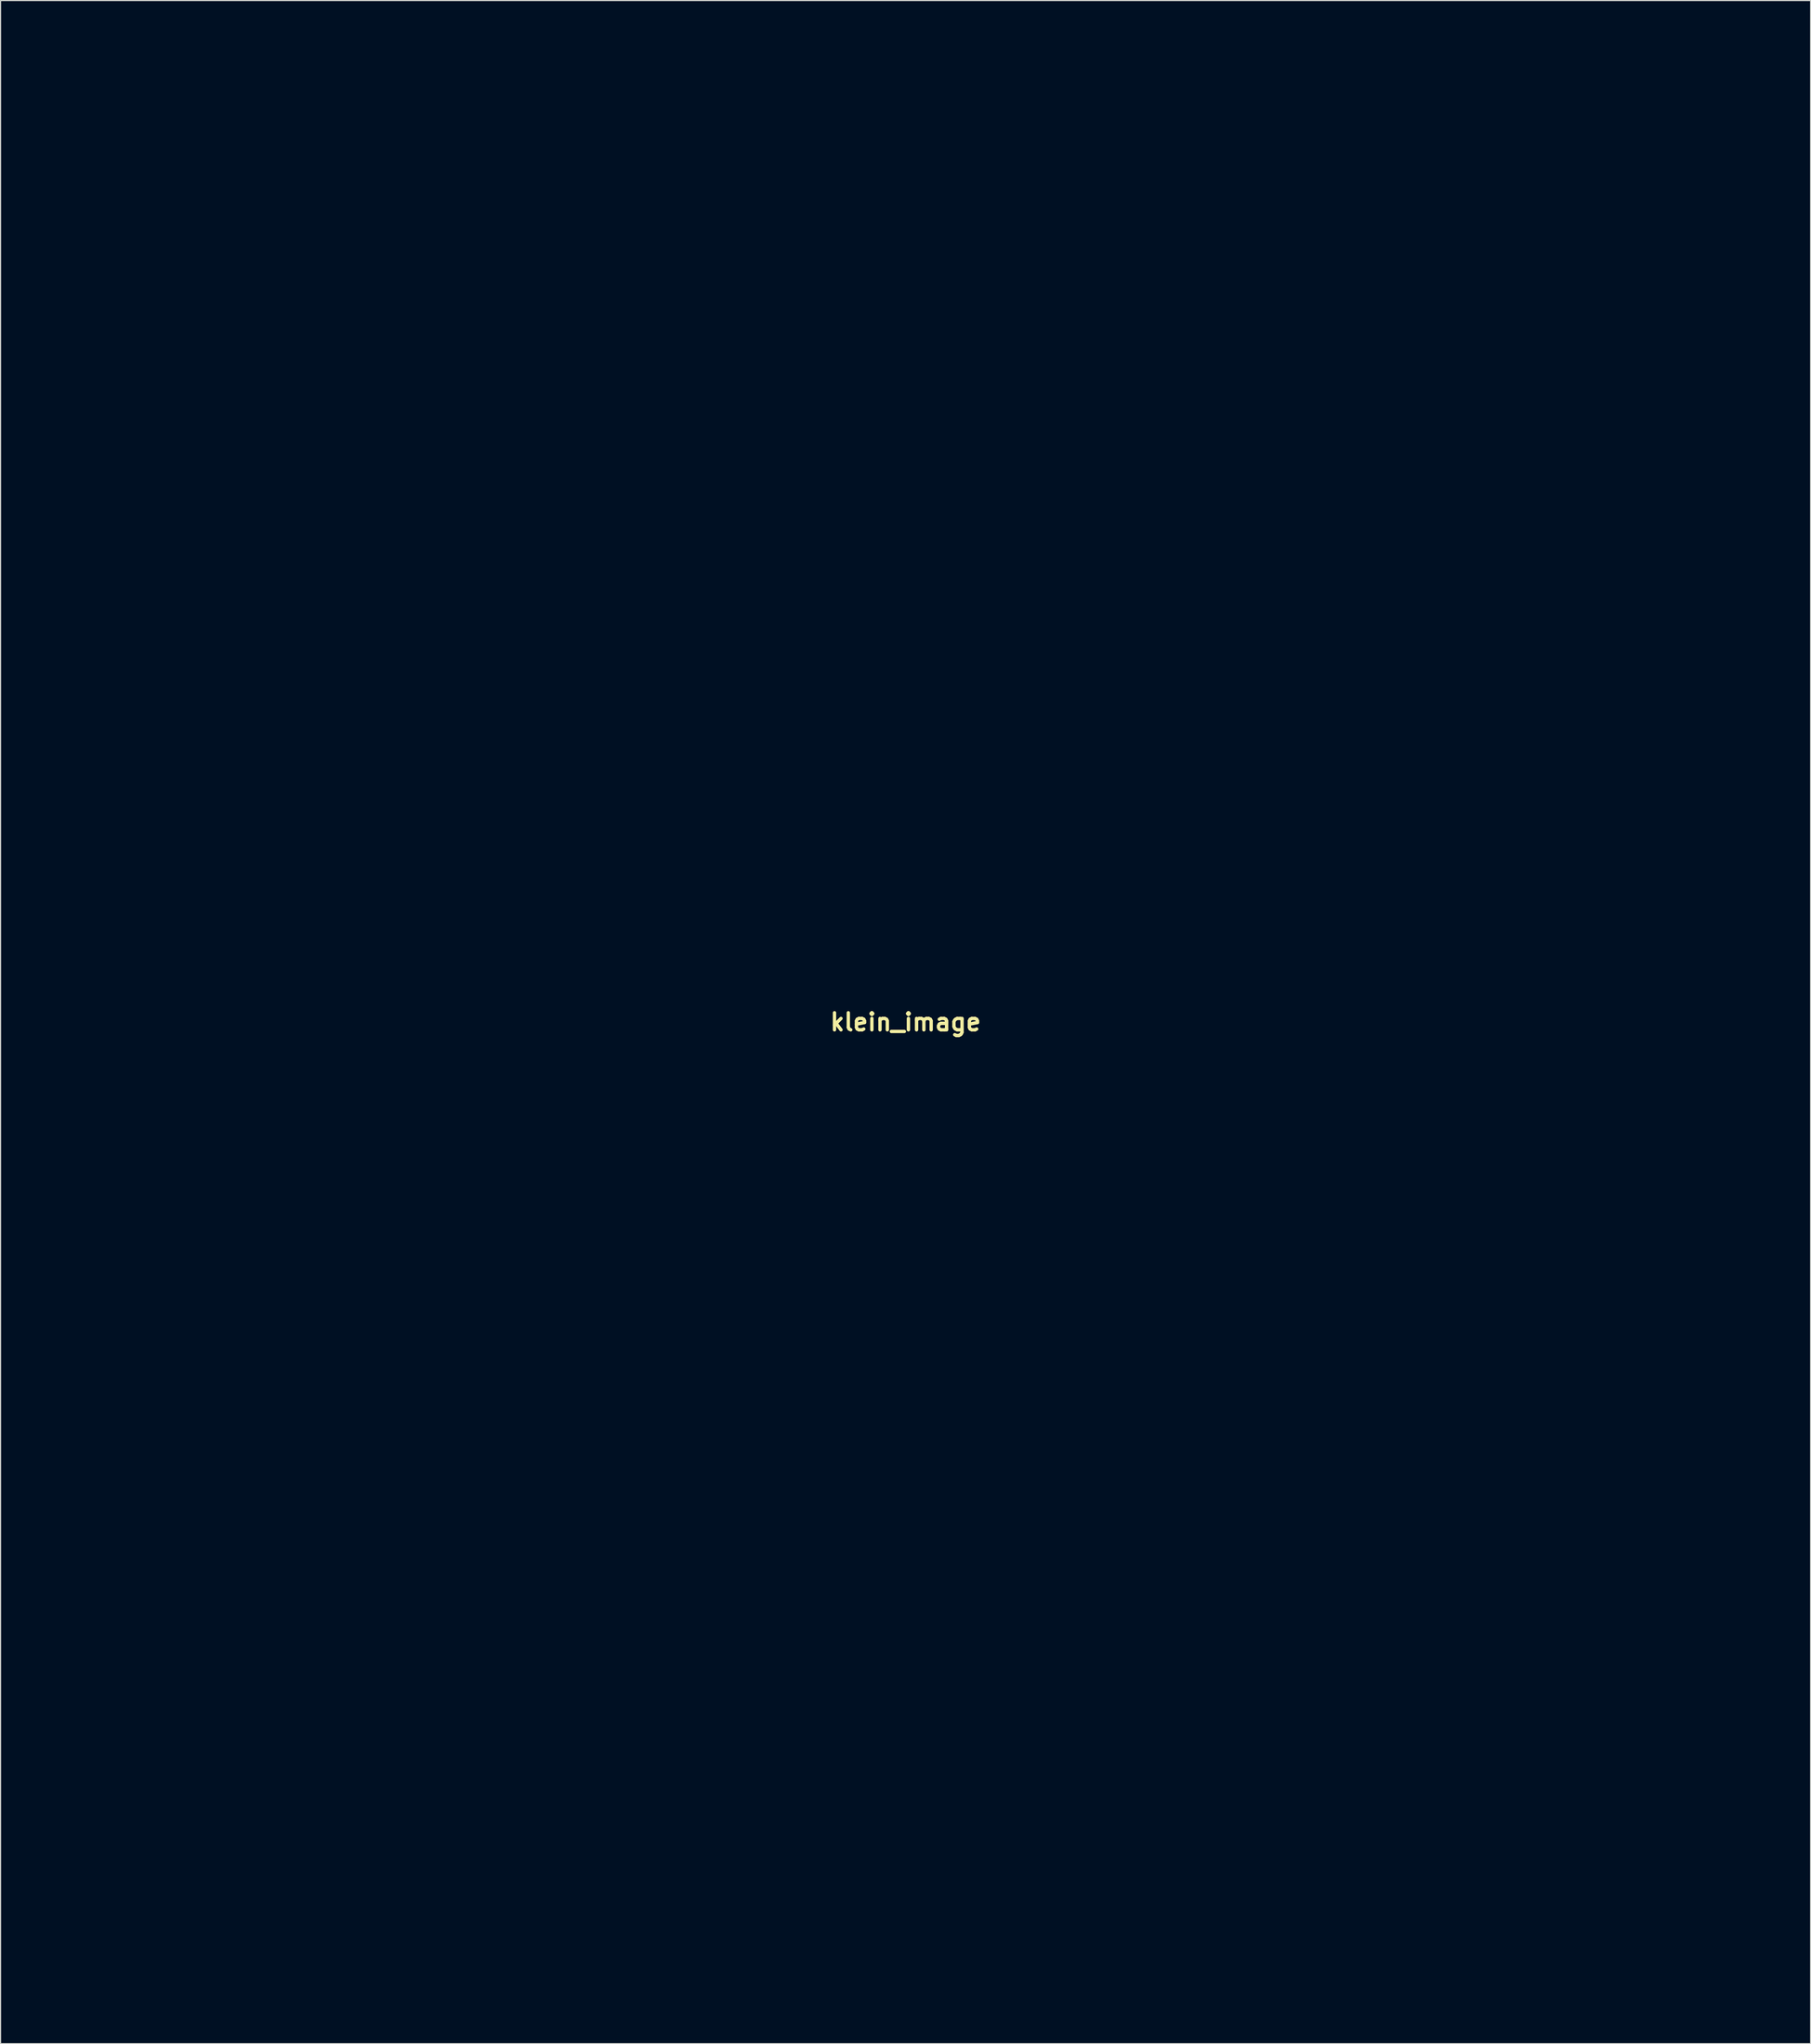
<source format=kicad_pcb>
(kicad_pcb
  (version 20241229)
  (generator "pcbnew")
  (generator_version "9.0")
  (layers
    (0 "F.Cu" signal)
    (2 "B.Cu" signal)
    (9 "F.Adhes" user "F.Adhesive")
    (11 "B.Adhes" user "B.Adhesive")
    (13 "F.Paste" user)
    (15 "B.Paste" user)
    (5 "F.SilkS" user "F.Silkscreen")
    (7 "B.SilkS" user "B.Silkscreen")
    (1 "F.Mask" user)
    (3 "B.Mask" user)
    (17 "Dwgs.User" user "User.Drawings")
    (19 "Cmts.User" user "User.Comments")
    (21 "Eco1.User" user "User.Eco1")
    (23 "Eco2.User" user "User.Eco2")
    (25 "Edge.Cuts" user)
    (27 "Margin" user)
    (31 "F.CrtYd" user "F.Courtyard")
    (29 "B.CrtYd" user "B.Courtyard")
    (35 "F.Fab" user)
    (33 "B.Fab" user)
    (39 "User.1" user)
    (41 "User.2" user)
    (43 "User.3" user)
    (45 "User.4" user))
  (footprint "klein_image"
    (layer "F.Cu")
    (at 77.844 88.261)
    (property "Reference" "klein_image" (at 0 0 0) (layer "F.SilkS") (effects (font (size 1.524 1.524) (thickness 0.3))))
    (attr through_hole)
    (fp_poly (pts (xy -51.736 60.691) (xy -51.795 60.749) (xy -51.853 60.691) (xy -51.795 60.632) (xy -51.736 60.691)) (stroke (width 0.01) (type solid)) (fill no) (layer "Eco2.User"))
    (fp_poly (pts (xy -51.736 61.744) (xy -51.795 61.803) (xy -51.853 61.744) (xy -51.795 61.686) (xy -51.736 61.744)) (stroke (width 0.01) (type solid)) (fill no) (layer "Eco2.User"))
    (fp_poly (pts (xy -51.268 62.798) (xy -51.327 62.856) (xy -51.385 62.798) (xy -51.327 62.739) (xy -51.268 62.798)) (stroke (width 0.01) (type solid)) (fill no) (layer "Eco2.User"))
    (fp_poly (pts (xy -51.151 62.564) (xy -51.21 62.622) (xy -51.268 62.564) (xy -51.21 62.505) (xy -51.151 62.564)) (stroke (width 0.01) (type solid)) (fill no) (layer "Eco2.User"))
    (fp_poly (pts (xy -50.8 63.617) (xy -50.859 63.676) (xy -50.917 63.617) (xy -50.859 63.559) (xy -50.8 63.617)) (stroke (width 0.01) (type solid)) (fill no) (layer "Eco2.User"))
    (fp_poly (pts (xy -49.864 30.609) (xy -49.922 30.667) (xy -49.981 30.609) (xy -49.922 30.55) (xy -49.864 30.609)) (stroke (width 0.01) (type solid)) (fill no) (layer "Eco2.User"))
    (fp_poly (pts (xy -49.864 63.617) (xy -49.922 63.676) (xy -49.981 63.617) (xy -49.922 63.559) (xy -49.864 63.617)) (stroke (width 0.01) (type solid)) (fill no) (layer "Eco2.User"))
    (fp_poly (pts (xy -49.044 29.321) (xy -49.103 29.38) (xy -49.161 29.321) (xy -49.103 29.263) (xy -49.044 29.321)) (stroke (width 0.01) (type solid)) (fill no) (layer "Eco2.User"))
    (fp_poly (pts (xy -48.927 28.97) (xy -48.986 29.029) (xy -49.044 28.97) (xy -48.986 28.912) (xy -48.927 28.97)) (stroke (width 0.01) (type solid)) (fill no) (layer "Eco2.User"))
    (fp_poly (pts (xy -48.576 39.622) (xy -48.635 39.68) (xy -48.693 39.622) (xy -48.635 39.563) (xy -48.576 39.622)) (stroke (width 0.01) (type solid)) (fill no) (layer "Eco2.User"))
    (fp_poly (pts (xy -48.342 66.192) (xy -48.4 66.251) (xy -48.459 66.192) (xy -48.4 66.134) (xy -48.342 66.192)) (stroke (width 0.01) (type solid)) (fill no) (layer "Eco2.User"))
    (fp_poly (pts (xy -46.586 62.095) (xy -46.645 62.154) (xy -46.703 62.095) (xy -46.645 62.037) (xy -46.586 62.095)) (stroke (width 0.01) (type solid)) (fill no) (layer "Eco2.User"))
    (fp_poly (pts (xy -45.182 -31.779) (xy -45.24 -31.721) (xy -45.299 -31.779) (xy -45.24 -31.838) (xy -45.182 -31.779)) (stroke (width 0.01) (type solid)) (fill no) (layer "Eco2.User"))
    (fp_poly (pts (xy -44.83 23) (xy -44.889 23.059) (xy -44.947 23) (xy -44.889 22.942) (xy -44.83 23)) (stroke (width 0.01) (type solid)) (fill no) (layer "Eco2.User"))
    (fp_poly (pts (xy -44.596 22.766) (xy -44.655 22.825) (xy -44.713 22.766) (xy -44.655 22.708) (xy -44.596 22.766)) (stroke (width 0.01) (type solid)) (fill no) (layer "Eco2.User"))
    (fp_poly (pts (xy -44.245 -41.729) (xy -44.304 -41.67) (xy -44.362 -41.729) (xy -44.304 -41.787) (xy -44.245 -41.729)) (stroke (width 0.01) (type solid)) (fill no) (layer "Eco2.User"))
    (fp_poly (pts (xy -44.245 23) (xy -44.304 23.059) (xy -44.362 23) (xy -44.304 22.942) (xy -44.245 23)) (stroke (width 0.01) (type solid)) (fill no) (layer "Eco2.User"))
    (fp_poly (pts (xy -43.894 21.947) (xy -43.953 22.006) (xy -44.011 21.947) (xy -43.953 21.888) (xy -43.894 21.947)) (stroke (width 0.01) (type solid)) (fill no) (layer "Eco2.User"))
    (fp_poly (pts (xy -43.543 -46.762) (xy -43.601 -46.703) (xy -43.66 -46.762) (xy -43.601 -46.82) (xy -43.543 -46.762)) (stroke (width 0.01) (type solid)) (fill no) (layer "Eco2.User"))
    (fp_poly (pts (xy -43.309 70.289) (xy -43.367 70.347) (xy -43.426 70.289) (xy -43.367 70.23) (xy -43.309 70.289)) (stroke (width 0.01) (type solid)) (fill no) (layer "Eco2.User"))
    (fp_poly (pts (xy -43.309 70.757) (xy -43.367 70.816) (xy -43.426 70.757) (xy -43.367 70.699) (xy -43.309 70.757)) (stroke (width 0.01) (type solid)) (fill no) (layer "Eco2.User"))
    (fp_poly (pts (xy -42.958 -49.103) (xy -43.016 -49.044) (xy -43.075 -49.103) (xy -43.016 -49.161) (xy -42.958 -49.103)) (stroke (width 0.01) (type solid)) (fill no) (layer "Eco2.User"))
    (fp_poly (pts (xy -42.606 21.011) (xy -42.665 21.069) (xy -42.724 21.011) (xy -42.665 20.952) (xy -42.606 21.011)) (stroke (width 0.01) (type solid)) (fill no) (layer "Eco2.User"))
    (fp_poly (pts (xy -42.606 24.288) (xy -42.665 24.347) (xy -42.724 24.288) (xy -42.665 24.229) (xy -42.606 24.288)) (stroke (width 0.01) (type solid)) (fill no) (layer "Eco2.User"))
    (fp_poly (pts (xy -42.255 71.342) (xy -42.314 71.401) (xy -42.372 71.342) (xy -42.314 71.284) (xy -42.255 71.342)) (stroke (width 0.01) (type solid)) (fill no) (layer "Eco2.User"))
    (fp_poly (pts (xy -42.021 -49.688) (xy -42.08 -49.629) (xy -42.138 -49.688) (xy -42.08 -49.747) (xy -42.021 -49.688)) (stroke (width 0.01) (type solid)) (fill no) (layer "Eco2.User"))
    (fp_poly (pts (xy -41.67 70.172) (xy -41.729 70.23) (xy -41.787 70.172) (xy -41.729 70.113) (xy -41.67 70.172)) (stroke (width 0.01) (type solid)) (fill no) (layer "Eco2.User"))
    (fp_poly (pts (xy -41.67 70.523) (xy -41.729 70.582) (xy -41.787 70.523) (xy -41.729 70.465) (xy -41.67 70.523)) (stroke (width 0.01) (type solid)) (fill no) (layer "Eco2.User"))
    (fp_poly (pts (xy -41.553 22.415) (xy -41.612 22.474) (xy -41.67 22.415) (xy -41.612 22.357) (xy -41.553 22.415)) (stroke (width 0.01) (type solid)) (fill no) (layer "Eco2.User"))
    (fp_poly (pts (xy -41.436 20.191) (xy -41.494 20.25) (xy -41.553 20.191) (xy -41.494 20.133) (xy -41.436 20.191)) (stroke (width 0.01) (type solid)) (fill no) (layer "Eco2.User"))
    (fp_poly (pts (xy -41.319 22.415) (xy -41.377 22.474) (xy -41.436 22.415) (xy -41.377 22.357) (xy -41.319 22.415)) (stroke (width 0.01) (type solid)) (fill no) (layer "Eco2.User"))
    (fp_poly (pts (xy -40.851 -13.636) (xy -40.909 -13.578) (xy -40.968 -13.636) (xy -40.909 -13.695) (xy -40.851 -13.636)) (stroke (width 0.01) (type solid)) (fill no) (layer "Eco2.User"))
    (fp_poly (pts (xy -40.851 71.576) (xy -40.909 71.635) (xy -40.968 71.576) (xy -40.909 71.518) (xy -40.851 71.576)) (stroke (width 0.01) (type solid)) (fill no) (layer "Eco2.User"))
    (fp_poly (pts (xy -40.031 -12.232) (xy -40.09 -12.173) (xy -40.148 -12.232) (xy -40.09 -12.29) (xy -40.031 -12.232)) (stroke (width 0.01) (type solid)) (fill no) (layer "Eco2.User"))
    (fp_poly (pts (xy -40.031 19.957) (xy -40.09 20.016) (xy -40.148 19.957) (xy -40.09 19.899) (xy -40.031 19.957)) (stroke (width 0.01) (type solid)) (fill no) (layer "Eco2.User"))
    (fp_poly (pts (xy -39.914 -42.782) (xy -39.973 -42.724) (xy -40.031 -42.782) (xy -39.973 -42.841) (xy -39.914 -42.782)) (stroke (width 0.01) (type solid)) (fill no) (layer "Eco2.User"))
    (fp_poly (pts (xy -39.914 -10.242) (xy -39.973 -10.183) (xy -40.031 -10.242) (xy -39.973 -10.3) (xy -39.914 -10.242)) (stroke (width 0.01) (type solid)) (fill no) (layer "Eco2.User"))
    (fp_poly (pts (xy -39.914 19.723) (xy -39.973 19.782) (xy -40.031 19.723) (xy -39.973 19.665) (xy -39.914 19.723)) (stroke (width 0.01) (type solid)) (fill no) (layer "Eco2.User"))
    (fp_poly (pts (xy -39.797 -53.785) (xy -39.856 -53.726) (xy -39.914 -53.785) (xy -39.856 -53.843) (xy -39.797 -53.785)) (stroke (width 0.01) (type solid)) (fill no) (layer "Eco2.User"))
    (fp_poly (pts (xy -39.563 -45.24) (xy -39.622 -45.182) (xy -39.68 -45.24) (xy -39.622 -45.299) (xy -39.563 -45.24)) (stroke (width 0.01) (type solid)) (fill no) (layer "Eco2.User"))
    (fp_poly (pts (xy -39.563 -11.647) (xy -39.622 -11.588) (xy -39.68 -11.647) (xy -39.622 -11.705) (xy -39.563 -11.647)) (stroke (width 0.01) (type solid)) (fill no) (layer "Eco2.User"))
    (fp_poly (pts (xy -39.212 -8.486) (xy -39.271 -8.428) (xy -39.329 -8.486) (xy -39.271 -8.545) (xy -39.212 -8.486)) (stroke (width 0.01) (type solid)) (fill no) (layer "Eco2.User"))
    (fp_poly (pts (xy -38.978 -35.993) (xy -39.036 -35.935) (xy -39.095 -35.993) (xy -39.036 -36.052) (xy -38.978 -35.993)) (stroke (width 0.01) (type solid)) (fill no) (layer "Eco2.User"))
    (fp_poly (pts (xy -38.978 -8.486) (xy -39.036 -8.428) (xy -39.095 -8.486) (xy -39.036 -8.545) (xy -38.978 -8.486)) (stroke (width 0.01) (type solid)) (fill no) (layer "Eco2.User"))
    (fp_poly (pts (xy -38.861 -10.71) (xy -38.919 -10.652) (xy -38.978 -10.71) (xy -38.919 -10.769) (xy -38.861 -10.71)) (stroke (width 0.01) (type solid)) (fill no) (layer "Eco2.User"))
    (fp_poly (pts (xy -38.041 -55.658) (xy -38.1 -55.599) (xy -38.159 -55.658) (xy -38.1 -55.716) (xy -38.041 -55.658)) (stroke (width 0.01) (type solid)) (fill no) (layer "Eco2.User"))
    (fp_poly (pts (xy -38.041 -49.454) (xy -38.1 -49.395) (xy -38.159 -49.454) (xy -38.1 -49.512) (xy -38.041 -49.454)) (stroke (width 0.01) (type solid)) (fill no) (layer "Eco2.User"))
    (fp_poly (pts (xy -38.041 -25.459) (xy -38.1 -25.4) (xy -38.159 -25.459) (xy -38.1 -25.517) (xy -38.041 -25.459)) (stroke (width 0.01) (type solid)) (fill no) (layer "Eco2.User"))
    (fp_poly (pts (xy -38.041 -9.188) (xy -38.1 -9.13) (xy -38.159 -9.188) (xy -38.1 -9.247) (xy -38.041 -9.188)) (stroke (width 0.01) (type solid)) (fill no) (layer "Eco2.User"))
    (fp_poly (pts (xy -38.041 -8.837) (xy -38.1 -8.779) (xy -38.159 -8.837) (xy -38.1 -8.896) (xy -38.041 -8.837)) (stroke (width 0.01) (type solid)) (fill no) (layer "Eco2.User"))
    (fp_poly (pts (xy -38.041 -6.613) (xy -38.1 -6.555) (xy -38.159 -6.613) (xy -38.1 -6.672) (xy -38.041 -6.613)) (stroke (width 0.01) (type solid)) (fill no) (layer "Eco2.User"))
    (fp_poly (pts (xy -37.924 -55.892) (xy -37.983 -55.833) (xy -38.041 -55.892) (xy -37.983 -55.95) (xy -37.924 -55.892)) (stroke (width 0.01) (type solid)) (fill no) (layer "Eco2.User"))
    (fp_poly (pts (xy -37.69 15.392) (xy -37.749 15.451) (xy -37.807 15.392) (xy -37.749 15.334) (xy -37.69 15.392)) (stroke (width 0.01) (type solid)) (fill no) (layer "Eco2.User"))
    (fp_poly (pts (xy -37.339 -7.55) (xy -37.398 -7.491) (xy -37.456 -7.55) (xy -37.398 -7.608) (xy -37.339 -7.55)) (stroke (width 0.01) (type solid)) (fill no) (layer "Eco2.User"))
    (fp_poly (pts (xy -37.222 -7.316) (xy -37.281 -7.257) (xy -37.339 -7.316) (xy -37.281 -7.374) (xy -37.222 -7.316)) (stroke (width 0.01) (type solid)) (fill no) (layer "Eco2.User"))
    (fp_poly (pts (xy -37.105 -13.168) (xy -37.164 -13.11) (xy -37.222 -13.168) (xy -37.164 -13.227) (xy -37.105 -13.168)) (stroke (width 0.01) (type solid)) (fill no) (layer "Eco2.User"))
    (fp_poly (pts (xy -36.988 -46.059) (xy -37.047 -46.001) (xy -37.105 -46.059) (xy -37.047 -46.118) (xy -36.988 -46.059)) (stroke (width 0.01) (type solid)) (fill no) (layer "Eco2.User"))
    (fp_poly (pts (xy -36.637 -56.477) (xy -36.695 -56.418) (xy -36.754 -56.477) (xy -36.695 -56.535) (xy -36.637 -56.477)) (stroke (width 0.01) (type solid)) (fill no) (layer "Eco2.User"))
    (fp_poly (pts (xy -36.403 -11.412) (xy -36.461 -11.354) (xy -36.52 -11.412) (xy -36.461 -11.471) (xy -36.403 -11.412)) (stroke (width 0.01) (type solid)) (fill no) (layer "Eco2.User"))
    (fp_poly (pts (xy -36.169 -47.815) (xy -36.227 -47.757) (xy -36.286 -47.815) (xy -36.227 -47.874) (xy -36.169 -47.815)) (stroke (width 0.01) (type solid)) (fill no) (layer "Eco2.User"))
    (fp_poly (pts (xy -36.169 -4.975) (xy -36.227 -4.916) (xy -36.286 -4.975) (xy -36.227 -5.033) (xy -36.169 -4.975)) (stroke (width 0.01) (type solid)) (fill no) (layer "Eco2.User"))
    (fp_poly (pts (xy -36.052 -10.944) (xy -36.11 -10.886) (xy -36.169 -10.944) (xy -36.11 -11.003) (xy -36.052 -10.944)) (stroke (width 0.01) (type solid)) (fill no) (layer "Eco2.User"))
    (fp_poly (pts (xy -35.935 13.636) (xy -35.993 13.695) (xy -36.052 13.636) (xy -35.993 13.578) (xy -35.935 13.636)) (stroke (width 0.01) (type solid)) (fill no) (layer "Eco2.User"))
    (fp_poly (pts (xy -35.583 -48.4) (xy -35.642 -48.342) (xy -35.7 -48.4) (xy -35.642 -48.459) (xy -35.583 -48.4)) (stroke (width 0.01) (type solid)) (fill no) (layer "Eco2.User"))
    (fp_poly (pts (xy -35.115 -58.467) (xy -35.174 -58.408) (xy -35.232 -58.467) (xy -35.174 -58.525) (xy -35.115 -58.467)) (stroke (width 0.01) (type solid)) (fill no) (layer "Eco2.User"))
    (fp_poly (pts (xy -34.998 -2.048) (xy -35.057 -1.99) (xy -35.115 -2.048) (xy -35.057 -2.107) (xy -34.998 -2.048)) (stroke (width 0.01) (type solid)) (fill no) (layer "Eco2.User"))
    (fp_poly (pts (xy -34.881 -59.052) (xy -34.94 -58.994) (xy -34.998 -59.052) (xy -34.94 -59.111) (xy -34.881 -59.052)) (stroke (width 0.01) (type solid)) (fill no) (layer "Eco2.User"))
    (fp_poly (pts (xy -34.881 -8.837) (xy -34.94 -8.779) (xy -34.998 -8.837) (xy -34.94 -8.896) (xy -34.881 -8.837)) (stroke (width 0.01) (type solid)) (fill no) (layer "Eco2.User"))
    (fp_poly (pts (xy -34.764 -50.039) (xy -34.823 -49.981) (xy -34.881 -50.039) (xy -34.823 -50.098) (xy -34.764 -50.039)) (stroke (width 0.01) (type solid)) (fill no) (layer "Eco2.User"))
    (fp_poly (pts (xy -34.53 -0.059) (xy -34.588 0) (xy -34.647 -0.059) (xy -34.588 -0.117) (xy -34.53 -0.059)) (stroke (width 0.01) (type solid)) (fill no) (layer "Eco2.User"))
    (fp_poly (pts (xy -34.296 12.466) (xy -34.354 12.524) (xy -34.413 12.466) (xy -34.354 12.407) (xy -34.296 12.466)) (stroke (width 0.01) (type solid)) (fill no) (layer "Eco2.User"))
    (fp_poly (pts (xy -34.062 0.527) (xy -34.12 0.585) (xy -34.179 0.527) (xy -34.12 0.468) (xy -34.062 0.527)) (stroke (width 0.01) (type solid)) (fill no) (layer "Eco2.User"))
    (fp_poly (pts (xy -33.945 -8.486) (xy -34.003 -8.428) (xy -34.062 -8.486) (xy -34.003 -8.545) (xy -33.945 -8.486)) (stroke (width 0.01) (type solid)) (fill no) (layer "Eco2.User"))
    (fp_poly (pts (xy -33.828 -55.072) (xy -33.886 -55.014) (xy -33.945 -55.072) (xy -33.886 -55.131) (xy -33.828 -55.072)) (stroke (width 0.01) (type solid)) (fill no) (layer "Eco2.User"))
    (fp_poly (pts (xy -33.828 -43.367) (xy -33.886 -43.309) (xy -33.945 -43.367) (xy -33.886 -43.426) (xy -33.828 -43.367)) (stroke (width 0.01) (type solid)) (fill no) (layer "Eco2.User"))
    (fp_poly (pts (xy -33.476 -55.892) (xy -33.535 -55.833) (xy -33.594 -55.892) (xy -33.535 -55.95) (xy -33.476 -55.892)) (stroke (width 0.01) (type solid)) (fill no) (layer "Eco2.User"))
    (fp_poly (pts (xy -33.476 -11.881) (xy -33.535 -11.822) (xy -33.594 -11.881) (xy -33.535 -11.939) (xy -33.476 -11.881)) (stroke (width 0.01) (type solid)) (fill no) (layer "Eco2.User"))
    (fp_poly (pts (xy -33.476 -0.059) (xy -33.535 0) (xy -33.594 -0.059) (xy -33.535 -0.117) (xy -33.476 -0.059)) (stroke (width 0.01) (type solid)) (fill no) (layer "Eco2.User"))
    (fp_poly (pts (xy -33.242 -56.243) (xy -33.301 -56.184) (xy -33.359 -56.243) (xy -33.301 -56.301) (xy -33.242 -56.243)) (stroke (width 0.01) (type solid)) (fill no) (layer "Eco2.User"))
    (fp_poly (pts (xy -33.125 -6.73) (xy -33.184 -6.672) (xy -33.242 -6.73) (xy -33.184 -6.789) (xy -33.125 -6.73)) (stroke (width 0.01) (type solid)) (fill no) (layer "Eco2.User"))
    (fp_poly (pts (xy -33.008 -56.36) (xy -33.067 -56.301) (xy -33.125 -56.36) (xy -33.067 -56.418) (xy -33.008 -56.36)) (stroke (width 0.01) (type solid)) (fill no) (layer "Eco2.User"))
    (fp_poly (pts (xy -33.008 0.527) (xy -33.067 0.585) (xy -33.125 0.527) (xy -33.067 0.468) (xy -33.008 0.527)) (stroke (width 0.01) (type solid)) (fill no) (layer "Eco2.User"))
    (fp_poly (pts (xy -32.774 -4.858) (xy -32.833 -4.799) (xy -32.891 -4.858) (xy -32.833 -4.916) (xy -32.774 -4.858)) (stroke (width 0.01) (type solid)) (fill no) (layer "Eco2.User"))
    (fp_poly (pts (xy -32.657 -52.848) (xy -32.716 -52.79) (xy -32.774 -52.848) (xy -32.716 -52.907) (xy -32.657 -52.848)) (stroke (width 0.01) (type solid)) (fill no) (layer "Eco2.User"))
    (fp_poly (pts (xy -32.657 -47.23) (xy -32.716 -47.171) (xy -32.774 -47.23) (xy -32.716 -47.288) (xy -32.657 -47.23)) (stroke (width 0.01) (type solid)) (fill no) (layer "Eco2.User"))
    (fp_poly (pts (xy -32.657 -10.359) (xy -32.716 -10.3) (xy -32.774 -10.359) (xy -32.716 -10.418) (xy -32.657 -10.359)) (stroke (width 0.01) (type solid)) (fill no) (layer "Eco2.User"))
    (fp_poly (pts (xy -32.54 -9.774) (xy -32.599 -9.715) (xy -32.657 -9.774) (xy -32.599 -9.832) (xy -32.54 -9.774)) (stroke (width 0.01) (type solid)) (fill no) (layer "Eco2.User"))
    (fp_poly (pts (xy -32.423 -46.059) (xy -32.482 -46.001) (xy -32.54 -46.059) (xy -32.482 -46.118) (xy -32.423 -46.059)) (stroke (width 0.01) (type solid)) (fill no) (layer "Eco2.User"))
    (fp_poly (pts (xy -32.423 -4.272) (xy -32.482 -4.214) (xy -32.54 -4.272) (xy -32.482 -4.331) (xy -32.423 -4.272)) (stroke (width 0.01) (type solid)) (fill no) (layer "Eco2.User"))
    (fp_poly (pts (xy -32.189 -47.815) (xy -32.247 -47.757) (xy -32.306 -47.815) (xy -32.247 -47.874) (xy -32.189 -47.815)) (stroke (width 0.01) (type solid)) (fill no) (layer "Eco2.User"))
    (fp_poly (pts (xy -32.189 -4.155) (xy -32.247 -4.097) (xy -32.306 -4.155) (xy -32.247 -4.214) (xy -32.189 -4.155)) (stroke (width 0.01) (type solid)) (fill no) (layer "Eco2.User"))
    (fp_poly (pts (xy -32.072 4.624) (xy -32.13 4.682) (xy -32.189 4.624) (xy -32.13 4.565) (xy -32.072 4.624)) (stroke (width 0.01) (type solid)) (fill no) (layer "Eco2.User"))
    (fp_poly (pts (xy -31.955 -16.914) (xy -32.013 -16.855) (xy -32.072 -16.914) (xy -32.013 -16.972) (xy -31.955 -16.914)) (stroke (width 0.01) (type solid)) (fill no) (layer "Eco2.User"))
    (fp_poly (pts (xy -31.838 -15.158) (xy -31.896 -15.1) (xy -31.955 -15.158) (xy -31.896 -15.217) (xy -31.838 -15.158)) (stroke (width 0.01) (type solid)) (fill no) (layer "Eco2.User"))
    (fp_poly (pts (xy -31.838 2.751) (xy -31.896 2.809) (xy -31.955 2.751) (xy -31.896 2.692) (xy -31.838 2.751)) (stroke (width 0.01) (type solid)) (fill no) (layer "Eco2.User"))
    (fp_poly (pts (xy -31.721 -47.698) (xy -31.779 -47.64) (xy -31.838 -47.698) (xy -31.779 -47.757) (xy -31.721 -47.698)) (stroke (width 0.01) (type solid)) (fill no) (layer "Eco2.User"))
    (fp_poly (pts (xy -31.604 -8.486) (xy -31.662 -8.428) (xy -31.721 -8.486) (xy -31.662 -8.545) (xy -31.604 -8.486)) (stroke (width 0.01) (type solid)) (fill no) (layer "Eco2.User"))
    (fp_poly (pts (xy -31.487 -14.573) (xy -31.545 -14.514) (xy -31.604 -14.573) (xy -31.545 -14.631) (xy -31.487 -14.573)) (stroke (width 0.01) (type solid)) (fill no) (layer "Eco2.User"))
    (fp_poly (pts (xy -31.37 -54.136) (xy -31.428 -54.077) (xy -31.487 -54.136) (xy -31.428 -54.194) (xy -31.37 -54.136)) (stroke (width 0.01) (type solid)) (fill no) (layer "Eco2.User"))
    (fp_poly (pts (xy -31.37 -8.369) (xy -31.428 -8.311) (xy -31.487 -8.369) (xy -31.428 -8.428) (xy -31.37 -8.369)) (stroke (width 0.01) (type solid)) (fill no) (layer "Eco2.User"))
    (fp_poly (pts (xy -31.253 -14.456) (xy -31.311 -14.397) (xy -31.37 -14.456) (xy -31.311 -14.514) (xy -31.253 -14.456)) (stroke (width 0.01) (type solid)) (fill no) (layer "Eco2.User"))
    (fp_poly (pts (xy -31.253 6.145) (xy -31.311 6.204) (xy -31.37 6.145) (xy -31.311 6.087) (xy -31.253 6.145)) (stroke (width 0.01) (type solid)) (fill no) (layer "Eco2.User"))
    (fp_poly (pts (xy -31.135 -2.634) (xy -31.194 -2.575) (xy -31.253 -2.634) (xy -31.194 -2.692) (xy -31.135 -2.634)) (stroke (width 0.01) (type solid)) (fill no) (layer "Eco2.User"))
    (fp_poly (pts (xy -31.018 -7.784) (xy -31.077 -7.725) (xy -31.135 -7.784) (xy -31.077 -7.842) (xy -31.018 -7.784)) (stroke (width 0.01) (type solid)) (fill no) (layer "Eco2.User"))
    (fp_poly (pts (xy -31.018 -2.4) (xy -31.077 -2.341) (xy -31.135 -2.4) (xy -31.077 -2.458) (xy -31.018 -2.4)) (stroke (width 0.01) (type solid)) (fill no) (layer "Eco2.User"))
    (fp_poly (pts (xy -30.901 -57.647) (xy -30.96 -57.589) (xy -31.018 -57.647) (xy -30.96 -57.706) (xy -30.901 -57.647)) (stroke (width 0.01) (type solid)) (fill no) (layer "Eco2.User"))
    (fp_poly (pts (xy -30.784 -6.965) (xy -30.843 -6.906) (xy -30.901 -6.965) (xy -30.843 -7.023) (xy -30.784 -6.965)) (stroke (width 0.01) (type solid)) (fill no) (layer "Eco2.User"))
    (fp_poly (pts (xy -30.667 -13.051) (xy -30.726 -12.993) (xy -30.784 -13.051) (xy -30.726 -13.11) (xy -30.667 -13.051)) (stroke (width 0.01) (type solid)) (fill no) (layer "Eco2.User"))
    (fp_poly (pts (xy -30.55 -50.156) (xy -30.609 -50.098) (xy -30.667 -50.156) (xy -30.609 -50.215) (xy -30.55 -50.156)) (stroke (width 0.01) (type solid)) (fill no) (layer "Eco2.User"))
    (fp_poly (pts (xy -30.433 7.433) (xy -30.492 7.491) (xy -30.55 7.433) (xy -30.492 7.374) (xy -30.433 7.433)) (stroke (width 0.01) (type solid)) (fill no) (layer "Eco2.User"))
    (fp_poly (pts (xy -30.199 -12.934) (xy -30.258 -12.876) (xy -30.316 -12.934) (xy -30.258 -12.993) (xy -30.199 -12.934)) (stroke (width 0.01) (type solid)) (fill no) (layer "Eco2.User"))
    (fp_poly (pts (xy -30.199 -0.176) (xy -30.258 -0.117) (xy -30.316 -0.176) (xy -30.258 -0.234) (xy -30.199 -0.176)) (stroke (width 0.01) (type solid)) (fill no) (layer "Eco2.User"))
    (fp_poly (pts (xy -30.199 7.433) (xy -30.258 7.491) (xy -30.316 7.433) (xy -30.258 7.374) (xy -30.199 7.433)) (stroke (width 0.01) (type solid)) (fill no) (layer "Eco2.User"))
    (fp_poly (pts (xy -30.082 -57.765) (xy -30.141 -57.706) (xy -30.199 -57.765) (xy -30.141 -57.823) (xy -30.082 -57.765)) (stroke (width 0.01) (type solid)) (fill no) (layer "Eco2.User"))
    (fp_poly (pts (xy -30.082 -50.859) (xy -30.141 -50.8) (xy -30.199 -50.859) (xy -30.141 -50.917) (xy -30.082 -50.859)) (stroke (width 0.01) (type solid)) (fill no) (layer "Eco2.User"))
    (fp_poly (pts (xy -29.614 -5.092) (xy -29.672 -5.033) (xy -29.731 -5.092) (xy -29.672 -5.15) (xy -29.614 -5.092)) (stroke (width 0.01) (type solid)) (fill no) (layer "Eco2.User"))
    (fp_poly (pts (xy -29.614 0.761) (xy -29.672 0.819) (xy -29.731 0.761) (xy -29.672 0.702) (xy -29.614 0.761)) (stroke (width 0.01) (type solid)) (fill no) (layer "Eco2.User"))
    (fp_poly (pts (xy -29.38 -50.273) (xy -29.438 -50.215) (xy -29.497 -50.273) (xy -29.438 -50.332) (xy -29.38 -50.273)) (stroke (width 0.01) (type solid)) (fill no) (layer "Eco2.User"))
    (fp_poly (pts (xy -29.38 -10.827) (xy -29.438 -10.769) (xy -29.497 -10.827) (xy -29.438 -10.886) (xy -29.38 -10.827)) (stroke (width 0.01) (type solid)) (fill no) (layer "Eco2.User"))
    (fp_poly (pts (xy -29.38 8.252) (xy -29.438 8.311) (xy -29.497 8.252) (xy -29.438 8.194) (xy -29.38 8.252)) (stroke (width 0.01) (type solid)) (fill no) (layer "Eco2.User"))
    (fp_poly (pts (xy -29.263 -10.476) (xy -29.321 -10.418) (xy -29.38 -10.476) (xy -29.321 -10.535) (xy -29.263 -10.476)) (stroke (width 0.01) (type solid)) (fill no) (layer "Eco2.User"))
    (fp_poly (pts (xy -29.263 1.463) (xy -29.321 1.522) (xy -29.38 1.463) (xy -29.321 1.405) (xy -29.263 1.463)) (stroke (width 0.01) (type solid)) (fill no) (layer "Eco2.User"))
    (fp_poly (pts (xy -28.794 -9.54) (xy -28.853 -9.481) (xy -28.912 -9.54) (xy -28.853 -9.598) (xy -28.794 -9.54)) (stroke (width 0.01) (type solid)) (fill no) (layer "Eco2.User"))
    (fp_poly (pts (xy -28.677 -56.243) (xy -28.736 -56.184) (xy -28.794 -56.243) (xy -28.736 -56.301) (xy -28.677 -56.243)) (stroke (width 0.01) (type solid)) (fill no) (layer "Eco2.User"))
    (fp_poly (pts (xy -28.443 11.178) (xy -28.502 11.237) (xy -28.56 11.178) (xy -28.502 11.12) (xy -28.443 11.178)) (stroke (width 0.01) (type solid)) (fill no) (layer "Eco2.User"))
    (fp_poly (pts (xy -28.326 -8.603) (xy -28.385 -8.545) (xy -28.443 -8.603) (xy -28.385 -8.662) (xy -28.326 -8.603)) (stroke (width 0.01) (type solid)) (fill no) (layer "Eco2.User"))
    (fp_poly (pts (xy -27.741 -57.53) (xy -27.8 -57.472) (xy -27.858 -57.53) (xy -27.8 -57.589) (xy -27.741 -57.53)) (stroke (width 0.01) (type solid)) (fill no) (layer "Eco2.User"))
    (fp_poly (pts (xy -27.624 -62.915) (xy -27.682 -62.856) (xy -27.741 -62.915) (xy -27.682 -62.973) (xy -27.624 -62.915)) (stroke (width 0.01) (type solid)) (fill no) (layer "Eco2.User"))
    (fp_poly (pts (xy -27.624 -1.463) (xy -27.682 -1.405) (xy -27.741 -1.463) (xy -27.682 -1.522) (xy -27.624 -1.463)) (stroke (width 0.01) (type solid)) (fill no) (layer "Eco2.User"))
    (fp_poly (pts (xy -27.507 -63.266) (xy -27.565 -63.207) (xy -27.624 -63.266) (xy -27.565 -63.324) (xy -27.507 -63.266)) (stroke (width 0.01) (type solid)) (fill no) (layer "Eco2.User"))
    (fp_poly (pts (xy -27.507 -62.681) (xy -27.565 -62.622) (xy -27.624 -62.681) (xy -27.565 -62.739) (xy -27.507 -62.681)) (stroke (width 0.01) (type solid)) (fill no) (layer "Eco2.User"))
    (fp_poly (pts (xy -27.39 -62.915) (xy -27.448 -62.856) (xy -27.507 -62.915) (xy -27.448 -62.973) (xy -27.39 -62.915)) (stroke (width 0.01) (type solid)) (fill no) (layer "Eco2.User"))
    (fp_poly (pts (xy -27.39 -0.293) (xy -27.448 -0.234) (xy -27.507 -0.293) (xy -27.448 -0.351) (xy -27.39 -0.293)) (stroke (width 0.01) (type solid)) (fill no) (layer "Eco2.User"))
    (fp_poly (pts (xy -26.805 13.988) (xy -26.863 14.046) (xy -26.922 13.988) (xy -26.863 13.929) (xy -26.805 13.988)) (stroke (width 0.01) (type solid)) (fill no) (layer "Eco2.User"))
    (fp_poly (pts (xy -26.688 -5.794) (xy -26.746 -5.735) (xy -26.805 -5.794) (xy -26.746 -5.853) (xy -26.688 -5.794)) (stroke (width 0.01) (type solid)) (fill no) (layer "Eco2.User"))
    (fp_poly (pts (xy -26.571 -1.697) (xy -26.629 -1.639) (xy -26.688 -1.697) (xy -26.629 -1.756) (xy -26.571 -1.697)) (stroke (width 0.01) (type solid)) (fill no) (layer "Eco2.User"))
    (fp_poly (pts (xy -26.102 -6.847) (xy -26.161 -6.789) (xy -26.219 -6.847) (xy -26.161 -6.906) (xy -26.102 -6.847)) (stroke (width 0.01) (type solid)) (fill no) (layer "Eco2.User"))
    (fp_poly (pts (xy -25.868 -2.282) (xy -25.927 -2.224) (xy -25.985 -2.282) (xy -25.927 -2.341) (xy -25.868 -2.282)) (stroke (width 0.01) (type solid)) (fill no) (layer "Eco2.User"))
    (fp_poly (pts (xy -25.751 -6.028) (xy -25.81 -5.97) (xy -25.868 -6.028) (xy -25.81 -6.087) (xy -25.751 -6.028)) (stroke (width 0.01) (type solid)) (fill no) (layer "Eco2.User"))
    (fp_poly (pts (xy -25.751 15.86) (xy -25.81 15.919) (xy -25.868 15.86) (xy -25.81 15.802) (xy -25.751 15.86)) (stroke (width 0.01) (type solid)) (fill no) (layer "Eco2.User"))
    (fp_poly (pts (xy -25.517 -4.741) (xy -25.576 -4.682) (xy -25.634 -4.741) (xy -25.576 -4.799) (xy -25.517 -4.741)) (stroke (width 0.01) (type solid)) (fill no) (layer "Eco2.User"))
    (fp_poly (pts (xy -25.517 -2.634) (xy -25.576 -2.575) (xy -25.634 -2.634) (xy -25.576 -2.692) (xy -25.517 -2.634)) (stroke (width 0.01) (type solid)) (fill no) (layer "Eco2.User"))
    (fp_poly (pts (xy -25.517 -2.282) (xy -25.576 -2.224) (xy -25.634 -2.282) (xy -25.576 -2.341) (xy -25.517 -2.282)) (stroke (width 0.01) (type solid)) (fill no) (layer "Eco2.User"))
    (fp_poly (pts (xy -25.517 15.86) (xy -25.576 15.919) (xy -25.634 15.86) (xy -25.576 15.802) (xy -25.517 15.86)) (stroke (width 0.01) (type solid)) (fill no) (layer "Eco2.User"))
    (fp_poly (pts (xy -25.517 16.212) (xy -25.576 16.27) (xy -25.634 16.212) (xy -25.576 16.153) (xy -25.517 16.212)) (stroke (width 0.01) (type solid)) (fill no) (layer "Eco2.User"))
    (fp_poly (pts (xy -25.166 -63.851) (xy -25.224 -63.793) (xy -25.283 -63.851) (xy -25.224 -63.91) (xy -25.166 -63.851)) (stroke (width 0.01) (type solid)) (fill no) (layer "Eco2.User"))
    (fp_poly (pts (xy -25.166 -4.506) (xy -25.224 -4.448) (xy -25.283 -4.506) (xy -25.224 -4.565) (xy -25.166 -4.506)) (stroke (width 0.01) (type solid)) (fill no) (layer "Eco2.User"))
    (fp_poly (pts (xy -25.166 -3.102) (xy -25.224 -3.043) (xy -25.283 -3.102) (xy -25.224 -3.16) (xy -25.166 -3.102)) (stroke (width 0.01) (type solid)) (fill no) (layer "Eco2.User"))
    (fp_poly (pts (xy -25.049 -4.155) (xy -25.107 -4.097) (xy -25.166 -4.155) (xy -25.107 -4.214) (xy -25.049 -4.155)) (stroke (width 0.01) (type solid)) (fill no) (layer "Eco2.User"))
    (fp_poly (pts (xy -24.581 -3.336) (xy -24.639 -3.277) (xy -24.698 -3.336) (xy -24.639 -3.394) (xy -24.581 -3.336)) (stroke (width 0.01) (type solid)) (fill no) (layer "Eco2.User"))
    (fp_poly (pts (xy -24.581 17.967) (xy -24.639 18.026) (xy -24.698 17.967) (xy -24.639 17.909) (xy -24.581 17.967)) (stroke (width 0.01) (type solid)) (fill no) (layer "Eco2.User"))
    (fp_poly (pts (xy -23.995 -57.999) (xy -24.054 -57.94) (xy -24.112 -57.999) (xy -24.054 -58.057) (xy -23.995 -57.999)) (stroke (width 0.01) (type solid)) (fill no) (layer "Eco2.User"))
    (fp_poly (pts (xy -23.878 19.372) (xy -23.937 19.43) (xy -23.995 19.372) (xy -23.937 19.313) (xy -23.878 19.372)) (stroke (width 0.01) (type solid)) (fill no) (layer "Eco2.User"))
    (fp_poly (pts (xy -23.761 -54.37) (xy -23.82 -54.312) (xy -23.878 -54.37) (xy -23.82 -54.429) (xy -23.761 -54.37)) (stroke (width 0.01) (type solid)) (fill no) (layer "Eco2.User"))
    (fp_poly (pts (xy -23.644 -58.116) (xy -23.703 -58.057) (xy -23.761 -58.116) (xy -23.703 -58.174) (xy -23.644 -58.116)) (stroke (width 0.01) (type solid)) (fill no) (layer "Eco2.User"))
    (fp_poly (pts (xy -23.293 -65.139) (xy -23.352 -65.08) (xy -23.41 -65.139) (xy -23.352 -65.197) (xy -23.293 -65.139)) (stroke (width 0.01) (type solid)) (fill no) (layer "Eco2.User"))
    (fp_poly (pts (xy -23.293 -54.136) (xy -23.352 -54.077) (xy -23.41 -54.136) (xy -23.352 -54.194) (xy -23.293 -54.136)) (stroke (width 0.01) (type solid)) (fill no) (layer "Eco2.User"))
    (fp_poly (pts (xy -23.176 -65.373) (xy -23.235 -65.314) (xy -23.293 -65.373) (xy -23.235 -65.431) (xy -23.176 -65.373)) (stroke (width 0.01) (type solid)) (fill no) (layer "Eco2.User"))
    (fp_poly (pts (xy -23.059 -61.393) (xy -23.118 -61.335) (xy -23.176 -61.393) (xy -23.118 -61.452) (xy -23.059 -61.393)) (stroke (width 0.01) (type solid)) (fill no) (layer "Eco2.User"))
    (fp_poly (pts (xy -22.942 -55.306) (xy -23 -55.248) (xy -23.059 -55.306) (xy -23 -55.365) (xy -22.942 -55.306)) (stroke (width 0.01) (type solid)) (fill no) (layer "Eco2.User"))
    (fp_poly (pts (xy -22.708 -61.393) (xy -22.766 -61.335) (xy -22.825 -61.393) (xy -22.766 -61.452) (xy -22.708 -61.393)) (stroke (width 0.01) (type solid)) (fill no) (layer "Eco2.User"))
    (fp_poly (pts (xy -22.591 -54.487) (xy -22.649 -54.429) (xy -22.708 -54.487) (xy -22.649 -54.546) (xy -22.591 -54.487)) (stroke (width 0.01) (type solid)) (fill no) (layer "Eco2.User"))
    (fp_poly (pts (xy -22.357 -55.306) (xy -22.415 -55.248) (xy -22.474 -55.306) (xy -22.415 -55.365) (xy -22.357 -55.306)) (stroke (width 0.01) (type solid)) (fill no) (layer "Eco2.User"))
    (fp_poly (pts (xy -21.537 -65.256) (xy -21.596 -65.197) (xy -21.654 -65.256) (xy -21.596 -65.314) (xy -21.537 -65.256)) (stroke (width 0.01) (type solid)) (fill no) (layer "Eco2.User"))
    (fp_poly (pts (xy -21.537 -55.189) (xy -21.596 -55.131) (xy -21.654 -55.189) (xy -21.596 -55.248) (xy -21.537 -55.189)) (stroke (width 0.01) (type solid)) (fill no) (layer "Eco2.User"))
    (fp_poly (pts (xy -21.186 -55.189) (xy -21.245 -55.131) (xy -21.303 -55.189) (xy -21.245 -55.248) (xy -21.186 -55.189)) (stroke (width 0.01) (type solid)) (fill no) (layer "Eco2.User"))
    (fp_poly (pts (xy -20.835 -55.424) (xy -20.894 -55.365) (xy -20.952 -55.424) (xy -20.894 -55.482) (xy -20.835 -55.424)) (stroke (width 0.01) (type solid)) (fill no) (layer "Eco2.User"))
    (fp_poly (pts (xy -20.835 0.41) (xy -20.894 0.468) (xy -20.952 0.41) (xy -20.894 0.351) (xy -20.835 0.41)) (stroke (width 0.01) (type solid)) (fill no) (layer "Eco2.User"))
    (fp_poly (pts (xy -19.547 -64.319) (xy -19.606 -64.261) (xy -19.665 -64.319) (xy -19.606 -64.378) (xy -19.547 -64.319)) (stroke (width 0.01) (type solid)) (fill no) (layer "Eco2.User"))
    (fp_poly (pts (xy -19.196 28.034) (xy -19.255 28.092) (xy -19.313 28.034) (xy -19.255 27.975) (xy -19.196 28.034)) (stroke (width 0.01) (type solid)) (fill no) (layer "Eco2.User"))
    (fp_poly (pts (xy -19.079 -54.955) (xy -19.138 -54.897) (xy -19.196 -54.955) (xy -19.138 -55.014) (xy -19.079 -54.955)) (stroke (width 0.01) (type solid)) (fill no) (layer "Eco2.User"))
    (fp_poly (pts (xy -18.962 28.034) (xy -19.021 28.092) (xy -19.079 28.034) (xy -19.021 27.975) (xy -18.962 28.034)) (stroke (width 0.01) (type solid)) (fill no) (layer "Eco2.User"))
    (fp_poly (pts (xy -18.728 -63.617) (xy -18.787 -63.559) (xy -18.845 -63.617) (xy -18.787 -63.676) (xy -18.728 -63.617)) (stroke (width 0.01) (type solid)) (fill no) (layer "Eco2.User"))
    (fp_poly (pts (xy -18.728 -60.457) (xy -18.787 -60.398) (xy -18.845 -60.457) (xy -18.787 -60.515) (xy -18.728 -60.457)) (stroke (width 0.01) (type solid)) (fill no) (layer "Eco2.User"))
    (fp_poly (pts (xy -18.494 -57.999) (xy -18.553 -57.94) (xy -18.611 -57.999) (xy -18.553 -58.057) (xy -18.494 -57.999)) (stroke (width 0.01) (type solid)) (fill no) (layer "Eco2.User"))
    (fp_poly (pts (xy -17.675 4.858) (xy -17.733 4.916) (xy -17.792 4.858) (xy -17.733 4.799) (xy -17.675 4.858)) (stroke (width 0.01) (type solid)) (fill no) (layer "Eco2.User"))
    (fp_poly (pts (xy -17.441 -54.136) (xy -17.499 -54.077) (xy -17.558 -54.136) (xy -17.499 -54.194) (xy -17.441 -54.136)) (stroke (width 0.01) (type solid)) (fill no) (layer "Eco2.User"))
    (fp_poly (pts (xy -17.206 -54.253) (xy -17.265 -54.194) (xy -17.324 -54.253) (xy -17.265 -54.312) (xy -17.206 -54.253)) (stroke (width 0.01) (type solid)) (fill no) (layer "Eco2.User"))
    (fp_poly (pts (xy -16.504 -1.58) (xy -16.563 -1.522) (xy -16.621 -1.58) (xy -16.563 -1.639) (xy -16.504 -1.58)) (stroke (width 0.01) (type solid)) (fill no) (layer "Eco2.User"))
    (fp_poly (pts (xy -16.387 -1.229) (xy -16.446 -1.171) (xy -16.504 -1.229) (xy -16.446 -1.288) (xy -16.387 -1.229)) (stroke (width 0.01) (type solid)) (fill no) (layer "Eco2.User"))
    (fp_poly (pts (xy -16.153 -5.326) (xy -16.212 -5.267) (xy -16.27 -5.326) (xy -16.212 -5.384) (xy -16.153 -5.326)) (stroke (width 0.01) (type solid)) (fill no) (layer "Eco2.User"))
    (fp_poly (pts (xy -15.217 35.993) (xy -15.275 36.052) (xy -15.334 35.993) (xy -15.275 35.935) (xy -15.217 35.993)) (stroke (width 0.01) (type solid)) (fill no) (layer "Eco2.User"))
    (fp_poly (pts (xy -14.865 -53.902) (xy -14.924 -53.843) (xy -14.982 -53.902) (xy -14.924 -53.96) (xy -14.865 -53.902)) (stroke (width 0.01) (type solid)) (fill no) (layer "Eco2.User"))
    (fp_poly (pts (xy -14.748 -62.447) (xy -14.807 -62.388) (xy -14.865 -62.447) (xy -14.807 -62.505) (xy -14.748 -62.447)) (stroke (width 0.01) (type solid)) (fill no) (layer "Eco2.User"))
    (fp_poly (pts (xy -14.631 69.47) (xy -14.69 69.528) (xy -14.748 69.47) (xy -14.69 69.411) (xy -14.631 69.47)) (stroke (width 0.01) (type solid)) (fill no) (layer "Eco2.User"))
    (fp_poly (pts (xy -14.397 9.657) (xy -14.456 9.715) (xy -14.514 9.657) (xy -14.456 9.598) (xy -14.397 9.657)) (stroke (width 0.01) (type solid)) (fill no) (layer "Eco2.User"))
    (fp_poly (pts (xy -14.397 39.153) (xy -14.456 39.212) (xy -14.514 39.153) (xy -14.456 39.095) (xy -14.397 39.153)) (stroke (width 0.01) (type solid)) (fill no) (layer "Eco2.User"))
    (fp_poly (pts (xy -14.397 69.587) (xy -14.456 69.645) (xy -14.514 69.587) (xy -14.456 69.528) (xy -14.397 69.587)) (stroke (width 0.01) (type solid)) (fill no) (layer "Eco2.User"))
    (fp_poly (pts (xy -13.695 67.48) (xy -13.753 67.538) (xy -13.812 67.48) (xy -13.753 67.421) (xy -13.695 67.48)) (stroke (width 0.01) (type solid)) (fill no) (layer "Eco2.User"))
    (fp_poly (pts (xy -13.578 11.178) (xy -13.636 11.237) (xy -13.695 11.178) (xy -13.636 11.12) (xy -13.578 11.178)) (stroke (width 0.01) (type solid)) (fill no) (layer "Eco2.User"))
    (fp_poly (pts (xy -13.461 67.48) (xy -13.519 67.538) (xy -13.578 67.48) (xy -13.519 67.421) (xy -13.461 67.48)) (stroke (width 0.01) (type solid)) (fill no) (layer "Eco2.User"))
    (fp_poly (pts (xy -13.344 11.412) (xy -13.402 11.471) (xy -13.461 11.412) (xy -13.402 11.354) (xy -13.344 11.412)) (stroke (width 0.01) (type solid)) (fill no) (layer "Eco2.User"))
    (fp_poly (pts (xy -12.524 -49.454) (xy -12.583 -49.395) (xy -12.641 -49.454) (xy -12.583 -49.512) (xy -12.524 -49.454)) (stroke (width 0.01) (type solid)) (fill no) (layer "Eco2.User"))
    (fp_poly (pts (xy -12.407 -47.932) (xy -12.466 -47.874) (xy -12.524 -47.932) (xy -12.466 -47.991) (xy -12.407 -47.932)) (stroke (width 0.01) (type solid)) (fill no) (layer "Eco2.User"))
    (fp_poly (pts (xy -12.056 14.456) (xy -12.115 14.514) (xy -12.173 14.456) (xy -12.115 14.397) (xy -12.056 14.456)) (stroke (width 0.01) (type solid)) (fill no) (layer "Eco2.User"))
    (fp_poly (pts (xy -11.588 6.613) (xy -11.647 6.672) (xy -11.705 6.613) (xy -11.647 6.555) (xy -11.588 6.613)) (stroke (width 0.01) (type solid)) (fill no) (layer "Eco2.User"))
    (fp_poly (pts (xy -11.588 7.082) (xy -11.647 7.14) (xy -11.705 7.082) (xy -11.647 7.023) (xy -11.588 7.082)) (stroke (width 0.01) (type solid)) (fill no) (layer "Eco2.User"))
    (fp_poly (pts (xy -11.588 14.69) (xy -11.647 14.748) (xy -11.705 14.69) (xy -11.647 14.631) (xy -11.588 14.69)) (stroke (width 0.01) (type solid)) (fill no) (layer "Eco2.User"))
    (fp_poly (pts (xy -11.354 6.613) (xy -11.412 6.672) (xy -11.471 6.613) (xy -11.412 6.555) (xy -11.354 6.613)) (stroke (width 0.01) (type solid)) (fill no) (layer "Eco2.User"))
    (fp_poly (pts (xy -11.003 -58.116) (xy -11.061 -58.057) (xy -11.12 -58.116) (xy -11.061 -58.174) (xy -11.003 -58.116)) (stroke (width 0.01) (type solid)) (fill no) (layer "Eco2.User"))
    (fp_poly (pts (xy -10.886 -52.965) (xy -10.944 -52.907) (xy -11.003 -52.965) (xy -10.944 -53.024) (xy -10.886 -52.965)) (stroke (width 0.01) (type solid)) (fill no) (layer "Eco2.User"))
    (fp_poly (pts (xy -10.535 -57.53) (xy -10.593 -57.472) (xy -10.652 -57.53) (xy -10.593 -57.589) (xy -10.535 -57.53)) (stroke (width 0.01) (type solid)) (fill no) (layer "Eco2.User"))
    (fp_poly (pts (xy -10.418 -53.082) (xy -10.476 -53.024) (xy -10.535 -53.082) (xy -10.476 -53.141) (xy -10.418 -53.082)) (stroke (width 0.01) (type solid)) (fill no) (layer "Eco2.User"))
    (fp_poly (pts (xy -10.183 17.499) (xy -10.242 17.558) (xy -10.3 17.499) (xy -10.242 17.441) (xy -10.183 17.499)) (stroke (width 0.01) (type solid)) (fill no) (layer "Eco2.User"))
    (fp_poly (pts (xy -9.949 -53.434) (xy -10.008 -53.375) (xy -10.066 -53.434) (xy -10.008 -53.492) (xy -9.949 -53.434)) (stroke (width 0.01) (type solid)) (fill no) (layer "Eco2.User"))
    (fp_poly (pts (xy -9.715 -51.21) (xy -9.774 -51.151) (xy -9.832 -51.21) (xy -9.774 -51.268) (xy -9.715 -51.21)) (stroke (width 0.01) (type solid)) (fill no) (layer "Eco2.User"))
    (fp_poly (pts (xy -9.715 -50.976) (xy -9.774 -50.917) (xy -9.832 -50.976) (xy -9.774 -51.034) (xy -9.715 -50.976)) (stroke (width 0.01) (type solid)) (fill no) (layer "Eco2.User"))
    (fp_poly (pts (xy -9.247 -53.902) (xy -9.306 -53.843) (xy -9.364 -53.902) (xy -9.306 -53.96) (xy -9.247 -53.902)) (stroke (width 0.01) (type solid)) (fill no) (layer "Eco2.User"))
    (fp_poly (pts (xy -8.779 -54.604) (xy -8.837 -54.546) (xy -8.896 -54.604) (xy -8.837 -54.663) (xy -8.779 -54.604)) (stroke (width 0.01) (type solid)) (fill no) (layer "Eco2.User"))
    (fp_poly (pts (xy -8.779 11.529) (xy -8.837 11.588) (xy -8.896 11.529) (xy -8.837 11.471) (xy -8.779 11.529)) (stroke (width 0.01) (type solid)) (fill no) (layer "Eco2.User"))
    (fp_poly (pts (xy -8.545 -7.199) (xy -8.603 -7.14) (xy -8.662 -7.199) (xy -8.603 -7.257) (xy -8.545 -7.199)) (stroke (width 0.01) (type solid)) (fill no) (layer "Eco2.User"))
    (fp_poly (pts (xy -8.194 -52.029) (xy -8.252 -51.971) (xy -8.311 -52.029) (xy -8.252 -52.088) (xy -8.194 -52.029)) (stroke (width 0.01) (type solid)) (fill no) (layer "Eco2.User"))
    (fp_poly (pts (xy -7.959 -47.581) (xy -8.018 -47.523) (xy -8.076 -47.581) (xy -8.018 -47.64) (xy -7.959 -47.581)) (stroke (width 0.01) (type solid)) (fill no) (layer "Eco2.User"))
    (fp_poly (pts (xy -7.725 -59.988) (xy -7.784 -59.93) (xy -7.842 -59.988) (xy -7.784 -60.047) (xy -7.725 -59.988)) (stroke (width 0.01) (type solid)) (fill no) (layer "Eco2.User"))
    (fp_poly (pts (xy -7.725 -52.029) (xy -7.784 -51.971) (xy -7.842 -52.029) (xy -7.784 -52.088) (xy -7.725 -52.029)) (stroke (width 0.01) (type solid)) (fill no) (layer "Eco2.User"))
    (fp_poly (pts (xy -7.725 12.115) (xy -7.784 12.173) (xy -7.842 12.115) (xy -7.784 12.056) (xy -7.725 12.115)) (stroke (width 0.01) (type solid)) (fill no) (layer "Eco2.User"))
    (fp_poly (pts (xy -7.608 -52.497) (xy -7.667 -52.439) (xy -7.725 -52.497) (xy -7.667 -52.556) (xy -7.608 -52.497)) (stroke (width 0.01) (type solid)) (fill no) (layer "Eco2.User"))
    (fp_poly (pts (xy -7.491 13.871) (xy -7.55 13.929) (xy -7.608 13.871) (xy -7.55 13.812) (xy -7.491 13.871)) (stroke (width 0.01) (type solid)) (fill no) (layer "Eco2.User"))
    (fp_poly (pts (xy -7.374 -59.637) (xy -7.433 -59.579) (xy -7.491 -59.637) (xy -7.433 -59.696) (xy -7.374 -59.637)) (stroke (width 0.01) (type solid)) (fill no) (layer "Eco2.User"))
    (fp_poly (pts (xy -6.906 14.573) (xy -6.965 14.631) (xy -7.023 14.573) (xy -6.965 14.514) (xy -6.906 14.573)) (stroke (width 0.01) (type solid)) (fill no) (layer "Eco2.User"))
    (fp_poly (pts (xy -6.789 -56.945) (xy -6.847 -56.887) (xy -6.906 -56.945) (xy -6.847 -57.004) (xy -6.789 -56.945)) (stroke (width 0.01) (type solid)) (fill no) (layer "Eco2.User"))
    (fp_poly (pts (xy -6.438 -57.765) (xy -6.496 -57.706) (xy -6.555 -57.765) (xy -6.496 -57.823) (xy -6.438 -57.765)) (stroke (width 0.01) (type solid)) (fill no) (layer "Eco2.User"))
    (fp_poly (pts (xy -6.321 -49.571) (xy -6.379 -49.512) (xy -6.438 -49.571) (xy -6.379 -49.629) (xy -6.321 -49.571)) (stroke (width 0.01) (type solid)) (fill no) (layer "Eco2.User"))
    (fp_poly (pts (xy -6.087 26.278) (xy -6.145 26.336) (xy -6.204 26.278) (xy -6.145 26.219) (xy -6.087 26.278)) (stroke (width 0.01) (type solid)) (fill no) (layer "Eco2.User"))
    (fp_poly (pts (xy -5.501 -48.4) (xy -5.56 -48.342) (xy -5.618 -48.4) (xy -5.56 -48.459) (xy -5.501 -48.4)) (stroke (width 0.01) (type solid)) (fill no) (layer "Eco2.User"))
    (fp_poly (pts (xy -5.033 -53.785) (xy -5.092 -53.726) (xy -5.15 -53.785) (xy -5.092 -53.843) (xy -5.033 -53.785)) (stroke (width 0.01) (type solid)) (fill no) (layer "Eco2.User"))
    (fp_poly (pts (xy -4.565 -53.902) (xy -4.624 -53.843) (xy -4.682 -53.902) (xy -4.624 -53.96) (xy -4.565 -53.902)) (stroke (width 0.01) (type solid)) (fill no) (layer "Eco2.User"))
    (fp_poly (pts (xy -4.097 20.074) (xy -4.155 20.133) (xy -4.214 20.074) (xy -4.155 20.016) (xy -4.097 20.074)) (stroke (width 0.01) (type solid)) (fill no) (layer "Eco2.User"))
    (fp_poly (pts (xy -3.98 -53.668) (xy -4.038 -53.609) (xy -4.097 -53.668) (xy -4.038 -53.726) (xy -3.98 -53.668)) (stroke (width 0.01) (type solid)) (fill no) (layer "Eco2.User"))
    (fp_poly (pts (xy -3.863 -52.497) (xy -3.921 -52.439) (xy -3.98 -52.497) (xy -3.921 -52.556) (xy -3.863 -52.497)) (stroke (width 0.01) (type solid)) (fill no) (layer "Eco2.User"))
    (fp_poly (pts (xy -3.512 -52.497) (xy -3.57 -52.439) (xy -3.629 -52.497) (xy -3.57 -52.556) (xy -3.512 -52.497)) (stroke (width 0.01) (type solid)) (fill no) (layer "Eco2.User"))
    (fp_poly (pts (xy -3.277 -50.624) (xy -3.336 -50.566) (xy -3.394 -50.624) (xy -3.336 -50.683) (xy -3.277 -50.624)) (stroke (width 0.01) (type solid)) (fill no) (layer "Eco2.User"))
    (fp_poly (pts (xy -2.926 -51.795) (xy -2.985 -51.736) (xy -3.043 -51.795) (xy -2.985 -51.853) (xy -2.926 -51.795)) (stroke (width 0.01) (type solid)) (fill no) (layer "Eco2.User"))
    (fp_poly (pts (xy -2.692 -51.327) (xy -2.751 -51.268) (xy -2.809 -51.327) (xy -2.751 -51.385) (xy -2.692 -51.327)) (stroke (width 0.01) (type solid)) (fill no) (layer "Eco2.User"))
    (fp_poly (pts (xy -2.692 35.291) (xy -2.751 35.349) (xy -2.809 35.291) (xy -2.751 35.232) (xy -2.692 35.291)) (stroke (width 0.01) (type solid)) (fill no) (layer "Eco2.User"))
    (fp_poly (pts (xy -2.575 -51.093) (xy -2.634 -51.034) (xy -2.692 -51.093) (xy -2.634 -51.151) (xy -2.575 -51.093)) (stroke (width 0.01) (type solid)) (fill no) (layer "Eco2.User"))
    (fp_poly (pts (xy -2.575 35.993) (xy -2.634 36.052) (xy -2.692 35.993) (xy -2.634 35.935) (xy -2.575 35.993)) (stroke (width 0.01) (type solid)) (fill no) (layer "Eco2.User"))
    (fp_poly (pts (xy -2.341 -51.093) (xy -2.4 -51.034) (xy -2.458 -51.093) (xy -2.4 -51.151) (xy -2.341 -51.093)) (stroke (width 0.01) (type solid)) (fill no) (layer "Eco2.User"))
    (fp_poly (pts (xy -2.224 -49.805) (xy -2.282 -49.747) (xy -2.341 -49.805) (xy -2.282 -49.864) (xy -2.224 -49.805)) (stroke (width 0.01) (type solid)) (fill no) (layer "Eco2.User"))
    (fp_poly (pts (xy -1.756 -49.922) (xy -1.814 -49.864) (xy -1.873 -49.922) (xy -1.814 -49.981) (xy -1.756 -49.922)) (stroke (width 0.01) (type solid)) (fill no) (layer "Eco2.User"))
    (fp_poly (pts (xy 0.117 4.389) (xy 0.059 4.448) (xy 0 4.389) (xy 0.059 4.331) (xy 0.117 4.389)) (stroke (width 0.01) (type solid)) (fill no) (layer "Eco2.User"))
    (fp_poly (pts (xy 0.351 31.077) (xy 0.293 31.135) (xy 0.234 31.077) (xy 0.293 31.018) (xy 0.351 31.077)) (stroke (width 0.01) (type solid)) (fill no) (layer "Eco2.User"))
    (fp_poly (pts (xy 0.468 30.843) (xy 0.41 30.901) (xy 0.351 30.843) (xy 0.41 30.784) (xy 0.468 30.843)) (stroke (width 0.01) (type solid)) (fill no) (layer "Eco2.User"))
    (fp_poly (pts (xy 1.053 -17.148) (xy 0.995 -17.089) (xy 0.936 -17.148) (xy 0.995 -17.206) (xy 1.053 -17.148)) (stroke (width 0.01) (type solid)) (fill no) (layer "Eco2.User"))
    (fp_poly (pts (xy 1.171 -18.435) (xy 1.112 -18.377) (xy 1.053 -18.435) (xy 1.112 -18.494) (xy 1.171 -18.435)) (stroke (width 0.01) (type solid)) (fill no) (layer "Eco2.User"))
    (fp_poly (pts (xy 2.107 52.146) (xy 2.048 52.205) (xy 1.99 52.146) (xy 2.048 52.088) (xy 2.107 52.146)) (stroke (width 0.01) (type solid)) (fill no) (layer "Eco2.User"))
    (fp_poly (pts (xy 2.809 13.871) (xy 2.751 13.929) (xy 2.692 13.871) (xy 2.751 13.812) (xy 2.809 13.871)) (stroke (width 0.01) (type solid)) (fill no) (layer "Eco2.User"))
    (fp_poly (pts (xy 4.214 6.613) (xy 4.155 6.672) (xy 4.097 6.613) (xy 4.155 6.555) (xy 4.214 6.613)) (stroke (width 0.01) (type solid)) (fill no) (layer "Eco2.User"))
    (fp_poly (pts (xy 4.916 -5.911) (xy 4.858 -5.853) (xy 4.799 -5.911) (xy 4.858 -5.97) (xy 4.916 -5.911)) (stroke (width 0.01) (type solid)) (fill no) (layer "Eco2.User"))
    (fp_poly (pts (xy 5.033 -6.145) (xy 4.975 -6.087) (xy 4.916 -6.145) (xy 4.975 -6.204) (xy 5.033 -6.145)) (stroke (width 0.01) (type solid)) (fill no) (layer "Eco2.User"))
    (fp_poly (pts (xy 5.735 23.118) (xy 5.677 23.176) (xy 5.618 23.118) (xy 5.677 23.059) (xy 5.735 23.118)) (stroke (width 0.01) (type solid)) (fill no) (layer "Eco2.User"))
    (fp_poly (pts (xy 5.97 -3.57) (xy 5.911 -3.512) (xy 5.853 -3.57) (xy 5.911 -3.629) (xy 5.97 -3.57)) (stroke (width 0.01) (type solid)) (fill no) (layer "Eco2.User"))
    (fp_poly (pts (xy 5.97 54.721) (xy 5.911 54.78) (xy 5.853 54.721) (xy 5.911 54.663) (xy 5.97 54.721)) (stroke (width 0.01) (type solid)) (fill no) (layer "Eco2.User"))
    (fp_poly (pts (xy 8.545 49.337) (xy 8.486 49.395) (xy 8.428 49.337) (xy 8.486 49.278) (xy 8.545 49.337)) (stroke (width 0.01) (type solid)) (fill no) (layer "Eco2.User"))
    (fp_poly (pts (xy 10.418 3.102) (xy 10.359 3.16) (xy 10.3 3.102) (xy 10.359 3.043) (xy 10.418 3.102)) (stroke (width 0.01) (type solid)) (fill no) (layer "Eco2.User"))
    (fp_poly (pts (xy 10.535 3.687) (xy 10.476 3.746) (xy 10.418 3.687) (xy 10.476 3.629) (xy 10.535 3.687)) (stroke (width 0.01) (type solid)) (fill no) (layer "Eco2.User"))
    (fp_poly (pts (xy 11.003 4.272) (xy 10.944 4.331) (xy 10.886 4.272) (xy 10.944 4.214) (xy 11.003 4.272)) (stroke (width 0.01) (type solid)) (fill no) (layer "Eco2.User"))
    (fp_poly (pts (xy 11.12 70.406) (xy 11.061 70.465) (xy 11.003 70.406) (xy 11.061 70.347) (xy 11.12 70.406)) (stroke (width 0.01) (type solid)) (fill no) (layer "Eco2.User"))
    (fp_poly (pts (xy 11.237 5.326) (xy 11.178 5.384) (xy 11.12 5.326) (xy 11.178 5.267) (xy 11.237 5.326)) (stroke (width 0.01) (type solid)) (fill no) (layer "Eco2.User"))
    (fp_poly (pts (xy 11.588 56.36) (xy 11.529 56.418) (xy 11.471 56.36) (xy 11.529 56.301) (xy 11.588 56.36)) (stroke (width 0.01) (type solid)) (fill no) (layer "Eco2.User"))
    (fp_poly (pts (xy 11.588 71.108) (xy 11.529 71.167) (xy 11.471 71.108) (xy 11.529 71.05) (xy 11.588 71.108)) (stroke (width 0.01) (type solid)) (fill no) (layer "Eco2.User"))
    (fp_poly (pts (xy 17.909 12.817) (xy 17.85 12.876) (xy 17.792 12.817) (xy 17.85 12.759) (xy 17.909 12.817)) (stroke (width 0.01) (type solid)) (fill no) (layer "Eco2.User"))
    (fp_poly (pts (xy 22.474 11.061) (xy 22.415 11.12) (xy 22.357 11.061) (xy 22.415 11.003) (xy 22.474 11.061)) (stroke (width 0.01) (type solid)) (fill no) (layer "Eco2.User"))
    (fp_poly (pts (xy 22.825 11.412) (xy 22.766 11.471) (xy 22.708 11.412) (xy 22.766 11.354) (xy 22.825 11.412)) (stroke (width 0.01) (type solid)) (fill no) (layer "Eco2.User"))
    (fp_poly (pts (xy 23.176 12.466) (xy 23.118 12.524) (xy 23.059 12.466) (xy 23.118 12.407) (xy 23.176 12.466)) (stroke (width 0.01) (type solid)) (fill no) (layer "Eco2.User"))
    (fp_poly (pts (xy 23.527 21.128) (xy 23.469 21.186) (xy 23.41 21.128) (xy 23.469 21.069) (xy 23.527 21.128)) (stroke (width 0.01) (type solid)) (fill no) (layer "Eco2.User"))
    (fp_poly (pts (xy 23.644 13.168) (xy 23.586 13.227) (xy 23.527 13.168) (xy 23.586 13.11) (xy 23.644 13.168)) (stroke (width 0.01) (type solid)) (fill no) (layer "Eco2.User"))
    (fp_poly (pts (xy 23.761 12.466) (xy 23.703 12.524) (xy 23.644 12.466) (xy 23.703 12.407) (xy 23.761 12.466)) (stroke (width 0.01) (type solid)) (fill no) (layer "Eco2.User"))
    (fp_poly (pts (xy 24.698 22.064) (xy 24.639 22.123) (xy 24.581 22.064) (xy 24.639 22.006) (xy 24.698 22.064)) (stroke (width 0.01) (type solid)) (fill no) (layer "Eco2.User"))
    (fp_poly (pts (xy 25.283 22.181) (xy 25.224 22.24) (xy 25.166 22.181) (xy 25.224 22.123) (xy 25.283 22.181)) (stroke (width 0.01) (type solid)) (fill no) (layer "Eco2.User"))
    (fp_poly (pts (xy 29.146 28.97) (xy 29.087 29.029) (xy 29.029 28.97) (xy 29.087 28.912) (xy 29.146 28.97)) (stroke (width 0.01) (type solid)) (fill no) (layer "Eco2.User"))
    (fp_poly (pts (xy 29.263 65.373) (xy 29.204 65.431) (xy 29.146 65.373) (xy 29.204 65.314) (xy 29.263 65.373)) (stroke (width 0.01) (type solid)) (fill no) (layer "Eco2.User"))
    (fp_poly (pts (xy 29.731 71.459) (xy 29.672 71.518) (xy 29.614 71.459) (xy 29.672 71.401) (xy 29.731 71.459)) (stroke (width 0.01) (type solid)) (fill no) (layer "Eco2.User"))
    (fp_poly (pts (xy 29.965 30.726) (xy 29.906 30.784) (xy 29.848 30.726) (xy 29.906 30.667) (xy 29.965 30.726)) (stroke (width 0.01) (type solid)) (fill no) (layer "Eco2.User"))
    (fp_poly (pts (xy 30.316 30.96) (xy 30.258 31.018) (xy 30.199 30.96) (xy 30.258 30.901) (xy 30.316 30.96)) (stroke (width 0.01) (type solid)) (fill no) (layer "Eco2.User"))
    (fp_poly (pts (xy 30.316 70.757) (xy 30.258 70.816) (xy 30.199 70.757) (xy 30.258 70.699) (xy 30.316 70.757)) (stroke (width 0.01) (type solid)) (fill no) (layer "Eco2.User"))
    (fp_poly (pts (xy 30.433 63.851) (xy 30.375 63.91) (xy 30.316 63.851) (xy 30.375 63.793) (xy 30.433 63.851)) (stroke (width 0.01) (type solid)) (fill no) (layer "Eco2.User"))
    (fp_poly (pts (xy 30.55 31.545) (xy 30.492 31.604) (xy 30.433 31.545) (xy 30.492 31.487) (xy 30.55 31.545)) (stroke (width 0.01) (type solid)) (fill no) (layer "Eco2.User"))
    (fp_poly (pts (xy 30.901 71.225) (xy 30.843 71.284) (xy 30.784 71.225) (xy 30.843 71.167) (xy 30.901 71.225)) (stroke (width 0.01) (type solid)) (fill no) (layer "Eco2.User"))
    (fp_poly (pts (xy 31.253 33.535) (xy 31.194 33.594) (xy 31.135 33.535) (xy 31.194 33.476) (xy 31.253 33.535)) (stroke (width 0.01) (type solid)) (fill no) (layer "Eco2.User"))
    (fp_poly (pts (xy 31.253 34.354) (xy 31.194 34.413) (xy 31.135 34.354) (xy 31.194 34.296) (xy 31.253 34.354)) (stroke (width 0.01) (type solid)) (fill no) (layer "Eco2.User"))
    (fp_poly (pts (xy 31.487 33.886) (xy 31.428 33.945) (xy 31.37 33.886) (xy 31.428 33.828) (xy 31.487 33.886)) (stroke (width 0.01) (type solid)) (fill no) (layer "Eco2.User"))
    (fp_poly (pts (xy 31.604 24.639) (xy 31.545 24.698) (xy 31.487 24.639) (xy 31.545 24.581) (xy 31.604 24.639)) (stroke (width 0.01) (type solid)) (fill no) (layer "Eco2.User"))
    (fp_poly (pts (xy 33.828 23.703) (xy 33.769 23.761) (xy 33.711 23.703) (xy 33.769 23.644) (xy 33.828 23.703)) (stroke (width 0.01) (type solid)) (fill no) (layer "Eco2.User"))
    (fp_poly (pts (xy 33.828 53.434) (xy 33.769 53.492) (xy 33.711 53.434) (xy 33.769 53.375) (xy 33.828 53.434)) (stroke (width 0.01) (type solid)) (fill no) (layer "Eco2.User"))
    (fp_poly (pts (xy 33.945 46.645) (xy 33.886 46.703) (xy 33.828 46.645) (xy 33.886 46.586) (xy 33.945 46.645)) (stroke (width 0.01) (type solid)) (fill no) (layer "Eco2.User"))
    (fp_poly (pts (xy 34.413 23.937) (xy 34.354 23.995) (xy 34.296 23.937) (xy 34.354 23.878) (xy 34.413 23.937)) (stroke (width 0.01) (type solid)) (fill no) (layer "Eco2.User"))
    (fp_poly (pts (xy 34.413 66.075) (xy 34.354 66.134) (xy 34.296 66.075) (xy 34.354 66.017) (xy 34.413 66.075)) (stroke (width 0.01) (type solid)) (fill no) (layer "Eco2.User"))
    (fp_poly (pts (xy 37.807 65.49) (xy 37.749 65.548) (xy 37.69 65.49) (xy 37.749 65.431) (xy 37.807 65.49)) (stroke (width 0.01) (type solid)) (fill no) (layer "Eco2.User"))
    (fp_poly (pts (xy 38.51 30.492) (xy 38.451 30.55) (xy 38.393 30.492) (xy 38.451 30.433) (xy 38.51 30.492)) (stroke (width 0.01) (type solid)) (fill no) (layer "Eco2.User"))
    (fp_poly (pts (xy 38.861 64.553) (xy 38.802 64.612) (xy 38.744 64.553) (xy 38.802 64.495) (xy 38.861 64.553)) (stroke (width 0.01) (type solid)) (fill no) (layer "Eco2.User"))
    (fp_poly (pts (xy 39.446 32.365) (xy 39.388 32.423) (xy 39.329 32.365) (xy 39.388 32.306) (xy 39.446 32.365)) (stroke (width 0.01) (type solid)) (fill no) (layer "Eco2.User"))
    (fp_poly (pts (xy 39.446 63.5) (xy 39.388 63.559) (xy 39.329 63.5) (xy 39.388 63.441) (xy 39.446 63.5)) (stroke (width 0.01) (type solid)) (fill no) (layer "Eco2.User"))
    (fp_poly (pts (xy 39.797 63.617) (xy 39.739 63.676) (xy 39.68 63.617) (xy 39.739 63.559) (xy 39.797 63.617)) (stroke (width 0.01) (type solid)) (fill no) (layer "Eco2.User"))
    (fp_poly (pts (xy 40.031 63.5) (xy 39.973 63.559) (xy 39.914 63.5) (xy 39.973 63.441) (xy 40.031 63.5)) (stroke (width 0.01) (type solid)) (fill no) (layer "Eco2.User"))
    (fp_poly (pts (xy 40.5 33.535) (xy 40.441 33.594) (xy 40.382 33.535) (xy 40.441 33.476) (xy 40.5 33.535)) (stroke (width 0.01) (type solid)) (fill no) (layer "Eco2.User"))
    (fp_poly (pts (xy 40.5 60.691) (xy 40.441 60.749) (xy 40.382 60.691) (xy 40.441 60.632) (xy 40.5 60.691)) (stroke (width 0.01) (type solid)) (fill no) (layer "Eco2.User"))
    (fp_poly (pts (xy 40.617 33.769) (xy 40.558 33.828) (xy 40.5 33.769) (xy 40.558 33.711) (xy 40.617 33.769)) (stroke (width 0.01) (type solid)) (fill no) (layer "Eco2.User"))
    (fp_poly (pts (xy 42.489 38.802) (xy 42.431 38.861) (xy 42.372 38.802) (xy 42.431 38.744) (xy 42.489 38.802)) (stroke (width 0.01) (type solid)) (fill no) (layer "Eco2.User"))
    (fp_poly (pts (xy 43.543 41.143) (xy 43.484 41.202) (xy 43.426 41.143) (xy 43.484 41.085) (xy 43.543 41.143)) (stroke (width 0.01) (type solid)) (fill no) (layer "Eco2.User"))
    (fp_poly (pts (xy -51.775 35.037) (xy -51.761 35.176) (xy -51.775 35.193) (xy -51.845 35.177) (xy -51.853 35.115) (xy -51.811 35.019) (xy -51.775 35.037)) (stroke (width 0.01) (type solid)) (fill no) (layer "Eco2.User"))
    (fp_poly (pts (xy -46.742 61.725) (xy -46.728 61.864) (xy -46.742 61.881) (xy -46.812 61.865) (xy -46.82 61.803) (xy -46.777 61.706) (xy -46.742 61.725)) (stroke (width 0.01) (type solid)) (fill no) (layer "Eco2.User"))
    (fp_poly (pts (xy -45.221 23.566) (xy -45.207 23.705) (xy -45.221 23.722) (xy -45.29 23.706) (xy -45.299 23.644) (xy -45.256 23.548) (xy -45.221 23.566)) (stroke (width 0.01) (type solid)) (fill no) (layer "Eco2.User"))
    (fp_poly (pts (xy -41.241 71.323) (xy -41.227 71.462) (xy -41.241 71.479) (xy -41.31 71.463) (xy -41.319 71.401) (xy -41.276 71.305) (xy -41.241 71.323)) (stroke (width 0.01) (type solid)) (fill no) (layer "Eco2.User"))
    (fp_poly (pts (xy -27.78 -9.793) (xy -27.766 -9.654) (xy -27.78 -9.637) (xy -27.85 -9.653) (xy -27.858 -9.715) (xy -27.815 -9.812) (xy -27.78 -9.793)) (stroke (width 0.01) (type solid)) (fill no) (layer "Eco2.User"))
    (fp_poly (pts (xy -24.971 -63.637) (xy -24.987 -63.567) (xy -25.049 -63.559) (xy -25.145 -63.601) (xy -25.127 -63.637) (xy -24.988 -63.651) (xy -24.971 -63.637)) (stroke (width 0.01) (type solid)) (fill no) (layer "Eco2.User"))
    (fp_poly (pts (xy -4.253 30.823) (xy -4.239 30.962) (xy -4.253 30.979) (xy -4.322 30.963) (xy -4.331 30.901) (xy -4.288 30.805) (xy -4.253 30.823)) (stroke (width 0.01) (type solid)) (fill no) (layer "Eco2.User"))
    (fp_poly (pts (xy 1.249 33.164) (xy 1.263 33.303) (xy 1.249 33.32) (xy 1.179 33.304) (xy 1.171 33.242) (xy 1.213 33.146) (xy 1.249 33.164)) (stroke (width 0.01) (type solid)) (fill no) (layer "Eco2.User"))
    (fp_poly (pts (xy 30.16 31.409) (xy 30.144 31.478) (xy 30.082 31.487) (xy 29.986 31.444) (xy 30.004 31.409) (xy 30.143 31.395) (xy 30.16 31.409)) (stroke (width 0.01) (type solid)) (fill no) (layer "Eco2.User"))
    (fp_poly (pts (xy -49.153 29.56) (xy -49.051 29.656) (xy -49.171 29.691) (xy -49.215 29.692) (xy -49.332 29.64) (xy -49.324 29.592) (xy -49.188 29.545) (xy -49.153 29.56)) (stroke (width 0.01) (type solid)) (fill no) (layer "Eco2.User"))
    (fp_poly (pts (xy -42.625 -49.816) (xy -42.499 -49.698) (xy -42.525 -49.631) (xy -42.541 -49.629) (xy -42.64 -49.713) (xy -42.676 -49.765) (xy -42.69 -49.845) (xy -42.625 -49.816)) (stroke (width 0.01) (type solid)) (fill no) (layer "Eco2.User"))
    (fp_poly (pts (xy -42.598 20.43) (xy -42.496 20.526) (xy -42.617 20.561) (xy -42.66 20.562) (xy -42.777 20.51) (xy -42.769 20.462) (xy -42.633 20.415) (xy -42.598 20.43)) (stroke (width 0.01) (type solid)) (fill no) (layer "Eco2.User"))
    (fp_poly (pts (xy -40.635 -52.04) (xy -40.51 -51.931) (xy -40.5 -51.905) (xy -40.555 -51.857) (xy -40.671 -51.965) (xy -40.686 -51.989) (xy -40.7 -52.069) (xy -40.635 -52.04)) (stroke (width 0.01) (type solid)) (fill no) (layer "Eco2.User"))
    (fp_poly (pts (xy -39.131 -10.824) (xy -39.197 -10.737) (xy -39.296 -10.663) (xy -39.271 -10.781) (xy -39.263 -10.803) (xy -39.17 -10.946) (xy -39.118 -10.947) (xy -39.131 -10.824)) (stroke (width 0.01) (type solid)) (fill no) (layer "Eco2.User"))
    (fp_poly (pts (xy -36.07 -58.478) (xy -35.944 -58.36) (xy -35.97 -58.292) (xy -35.986 -58.291) (xy -36.085 -58.374) (xy -36.121 -58.426) (xy -36.135 -58.506) (xy -36.07 -58.478)) (stroke (width 0.01) (type solid)) (fill no) (layer "Eco2.User"))
    (fp_poly (pts (xy -35.284 13.773) (xy -35.305 13.864) (xy -35.399 14.029) (xy -35.46 14.002) (xy -35.466 13.936) (xy -35.381 13.777) (xy -35.351 13.754) (xy -35.284 13.773)) (stroke (width 0.01) (type solid)) (fill no) (layer "Eco2.User"))
    (fp_poly (pts (xy -33.729 -12.594) (xy -33.603 -12.476) (xy -33.629 -12.409) (xy -33.645 -12.407) (xy -33.744 -12.491) (xy -33.78 -12.543) (xy -33.794 -12.623) (xy -33.729 -12.594)) (stroke (width 0.01) (type solid)) (fill no) (layer "Eco2.User"))
    (fp_poly (pts (xy -31.739 -2.879) (xy -31.613 -2.761) (xy -31.639 -2.693) (xy -31.655 -2.692) (xy -31.754 -2.775) (xy -31.79 -2.827) (xy -31.804 -2.907) (xy -31.739 -2.879)) (stroke (width 0.01) (type solid)) (fill no) (layer "Eco2.User"))
    (fp_poly (pts (xy -31.505 -47.592) (xy -31.379 -47.474) (xy -31.405 -47.407) (xy -31.421 -47.406) (xy -31.52 -47.489) (xy -31.556 -47.541) (xy -31.57 -47.621) (xy -31.505 -47.592)) (stroke (width 0.01) (type solid)) (fill no) (layer "Eco2.User"))
    (fp_poly (pts (xy -30.334 -49.348) (xy -30.209 -49.23) (xy -30.234 -49.162) (xy -30.251 -49.161) (xy -30.35 -49.244) (xy -30.386 -49.296) (xy -30.4 -49.377) (xy -30.334 -49.348)) (stroke (width 0.01) (type solid)) (fill no) (layer "Eco2.User"))
    (fp_poly (pts (xy -29.866 -61.404) (xy -29.74 -61.286) (xy -29.766 -61.219) (xy -29.782 -61.218) (xy -29.881 -61.301) (xy -29.918 -61.353) (xy -29.931 -61.433) (xy -29.866 -61.404)) (stroke (width 0.01) (type solid)) (fill no) (layer "Eco2.User"))
    (fp_poly (pts (xy -29.047 -56.254) (xy -28.922 -56.145) (xy -28.912 -56.119) (xy -28.967 -56.071) (xy -29.083 -56.179) (xy -29.098 -56.202) (xy -29.112 -56.283) (xy -29.047 -56.254)) (stroke (width 0.01) (type solid)) (fill no) (layer "Eco2.User"))
    (fp_poly (pts (xy -26.797 -1.458) (xy -26.694 -1.362) (xy -26.815 -1.327) (xy -26.858 -1.327) (xy -26.975 -1.378) (xy -26.967 -1.426) (xy -26.831 -1.474) (xy -26.797 -1.458)) (stroke (width 0.01) (type solid)) (fill no) (layer "Eco2.User"))
    (fp_poly (pts (xy -21.79 23.223) (xy -21.664 23.341) (xy -21.69 23.409) (xy -21.706 23.41) (xy -21.805 23.327) (xy -21.841 23.275) (xy -21.855 23.195) (xy -21.79 23.223)) (stroke (width 0.01) (type solid)) (fill no) (layer "Eco2.User"))
    (fp_poly (pts (xy -6.322 -50.027) (xy -6.306 -50.012) (xy -6.214 -49.858) (xy -6.226 -49.802) (xy -6.313 -49.837) (xy -6.372 -49.946) (xy -6.407 -50.083) (xy -6.322 -50.027)) (stroke (width 0.01) (type solid)) (fill no) (layer "Eco2.User"))
    (fp_poly (pts (xy 17.774 13.625) (xy 17.898 13.734) (xy 17.909 13.76) (xy 17.853 13.808) (xy 17.738 13.701) (xy 17.722 13.677) (xy 17.708 13.597) (xy 17.774 13.625)) (stroke (width 0.01) (type solid)) (fill no) (layer "Eco2.User"))
    (fp_poly (pts (xy 24.545 70.761) (xy 24.478 70.847) (xy 24.38 70.921) (xy 24.404 70.804) (xy 24.413 70.781) (xy 24.505 70.638) (xy 24.558 70.637) (xy 24.545 70.761)) (stroke (width 0.01) (type solid)) (fill no) (layer "Eco2.User"))
    (fp_poly (pts (xy 26.435 15.264) (xy 26.561 15.382) (xy 26.535 15.45) (xy 26.519 15.451) (xy 26.42 15.368) (xy 26.384 15.316) (xy 26.37 15.235) (xy 26.435 15.264)) (stroke (width 0.01) (type solid)) (fill no) (layer "Eco2.User"))
    (fp_poly (pts (xy -41.824 23.252) (xy -41.846 23.293) (xy -41.956 23.405) (xy -41.976 23.41) (xy -41.984 23.335) (xy -41.963 23.293) (xy -41.852 23.181) (xy -41.832 23.176) (xy -41.824 23.252)) (stroke (width 0.01) (type solid)) (fill no) (layer "Eco2.User"))
    (fp_poly (pts (xy -36.205 14.824) (xy -36.227 14.865) (xy -36.337 14.977) (xy -36.358 14.982) (xy -36.366 14.907) (xy -36.344 14.865) (xy -36.234 14.754) (xy -36.213 14.748) (xy -36.205 14.824)) (stroke (width 0.01) (type solid)) (fill no) (layer "Eco2.User"))
    (fp_poly (pts (xy -34.826 -53.518) (xy -34.835 -53.473) (xy -34.931 -53.377) (xy -34.94 -53.375) (xy -35.033 -53.455) (xy -35.045 -53.473) (xy -35.01 -53.559) (xy -34.94 -53.57) (xy -34.826 -53.518)) (stroke (width 0.01) (type solid)) (fill no) (layer "Eco2.User"))
    (fp_poly (pts (xy -34.216 -22.632) (xy -34.237 -22.591) (xy -34.348 -22.479) (xy -34.368 -22.474) (xy -34.376 -22.549) (xy -34.354 -22.591) (xy -34.244 -22.703) (xy -34.224 -22.708) (xy -34.216 -22.632)) (stroke (width 0.01) (type solid)) (fill no) (layer "Eco2.User"))
    (fp_poly (pts (xy -33.981 -52.48) (xy -34.003 -52.439) (xy -34.114 -52.327) (xy -34.134 -52.322) (xy -34.142 -52.397) (xy -34.12 -52.439) (xy -34.01 -52.55) (xy -33.989 -52.556) (xy -33.981 -52.48)) (stroke (width 0.01) (type solid)) (fill no) (layer "Eco2.User"))
    (fp_poly (pts (xy -32.928 2.651) (xy -32.95 2.692) (xy -33.06 2.804) (xy -33.081 2.809) (xy -33.089 2.734) (xy -33.067 2.692) (xy -32.957 2.58) (xy -32.936 2.575) (xy -32.928 2.651)) (stroke (width 0.01) (type solid)) (fill no) (layer "Eco2.User"))
    (fp_poly (pts (xy -30.236 2.3) (xy -30.258 2.341) (xy -30.368 2.453) (xy -30.388 2.458) (xy -30.396 2.382) (xy -30.375 2.341) (xy -30.264 2.229) (xy -30.244 2.224) (xy -30.236 2.3)) (stroke (width 0.01) (type solid)) (fill no) (layer "Eco2.User"))
    (fp_poly (pts (xy -30.119 -12.697) (xy -30.184 -12.612) (xy -30.355 -12.43) (xy -30.431 -12.431) (xy -30.433 -12.452) (xy -30.353 -12.549) (xy -30.228 -12.656) (xy -30.09 -12.758) (xy -30.119 -12.697)) (stroke (width 0.01) (type solid)) (fill no) (layer "Eco2.User"))
    (fp_poly (pts (xy -27.813 -1.774) (xy -27.869 -1.619) (xy -27.973 -1.446) (xy -28.013 -1.405) (xy -28.037 -1.502) (xy -28.042 -1.619) (xy -27.977 -1.798) (xy -27.898 -1.834) (xy -27.813 -1.774)) (stroke (width 0.01) (type solid)) (fill no) (layer "Eco2.User"))
    (fp_poly (pts (xy -24.266 18.57) (xy -24.288 18.611) (xy -24.398 18.723) (xy -24.419 18.728) (xy -24.427 18.653) (xy -24.405 18.611) (xy -24.295 18.499) (xy -24.274 18.494) (xy -24.266 18.57)) (stroke (width 0.01) (type solid)) (fill no) (layer "Eco2.User"))
    (fp_poly (pts (xy -22.159 22.432) (xy -22.181 22.474) (xy -22.291 22.586) (xy -22.312 22.591) (xy -22.32 22.515) (xy -22.298 22.474) (xy -22.188 22.362) (xy -22.167 22.357) (xy -22.159 22.432)) (stroke (width 0.01) (type solid)) (fill no) (layer "Eco2.User"))
    (fp_poly (pts (xy -14.342 9.923) (xy -14.351 9.969) (xy -14.447 10.065) (xy -14.456 10.066) (xy -14.549 9.986) (xy -14.561 9.969) (xy -14.526 9.883) (xy -14.456 9.871) (xy -14.342 9.923)) (stroke (width 0.01) (type solid)) (fill no) (layer "Eco2.User"))
    (fp_poly (pts (xy -11.859 6.513) (xy -11.881 6.555) (xy -11.991 6.667) (xy -12.012 6.672) (xy -12.019 6.596) (xy -11.998 6.555) (xy -11.887 6.443) (xy -11.867 6.438) (xy -11.859 6.513)) (stroke (width 0.01) (type solid)) (fill no) (layer "Eco2.User"))
    (fp_poly (pts (xy 6.752 -1.446) (xy 6.73 -1.405) (xy 6.62 -1.293) (xy 6.6 -1.288) (xy 6.592 -1.363) (xy 6.613 -1.405) (xy 6.724 -1.516) (xy 6.744 -1.522) (xy 6.752 -1.446)) (stroke (width 0.01) (type solid)) (fill no) (layer "Eco2.User"))
    (fp_poly (pts (xy 19.277 14.356) (xy 19.255 14.397) (xy 19.145 14.509) (xy 19.124 14.514) (xy 19.116 14.439) (xy 19.138 14.397) (xy 19.248 14.285) (xy 19.269 14.28) (xy 19.277 14.356)) (stroke (width 0.01) (type solid)) (fill no) (layer "Eco2.User"))
    (fp_poly (pts (xy 29.577 64.688) (xy 29.555 64.729) (xy 29.445 64.841) (xy 29.424 64.846) (xy 29.416 64.77) (xy 29.438 64.729) (xy 29.549 64.617) (xy 29.569 64.612) (xy 29.577 64.688)) (stroke (width 0.01) (type solid)) (fill no) (layer "Eco2.User"))
    (fp_poly (pts (xy 33.908 23.252) (xy 33.886 23.293) (xy 33.776 23.405) (xy 33.755 23.41) (xy 33.747 23.335) (xy 33.769 23.293) (xy 33.879 23.181) (xy 33.9 23.176) (xy 33.908 23.252)) (stroke (width 0.01) (type solid)) (fill no) (layer "Eco2.User"))
    (fp_poly (pts (xy 25.777 22.667) (xy 25.803 22.698) (xy 25.792 22.851) (xy 25.761 22.877) (xy 25.608 22.866) (xy 25.582 22.835) (xy 25.587 22.766) (xy 25.634 22.766) (xy 25.693 22.825) (xy 25.751 22.766) (xy 25.693 22.708) (xy 25.634 22.766) (xy 25.587 22.766) (xy 25.593 22.682) (xy 25.624 22.655) (xy 25.777 22.667)) (stroke (width 0.01) (type solid)) (fill no) (layer "Eco2.User"))
    (fp_poly (pts (xy -28.39 -51.628) (xy -28.409 -51.489) (xy -28.543 -51.36) (xy -28.69 -51.33) (xy -28.717 -51.347) (xy -28.74 -51.393) (xy -28.649 -51.393) (xy -28.633 -51.385) (xy -28.526 -51.468) (xy -28.502 -51.502) (xy -28.472 -51.612) (xy -28.488 -51.619) (xy -28.595 -51.537) (xy -28.619 -51.502) (xy -28.649 -51.393) (xy -28.74 -51.393) (xy -28.794 -51.502) (xy -28.794 -51.509) (xy -28.702 -51.625) (xy -28.519 -51.676) (xy -28.39 -51.628)) (stroke (width 0.01) (type solid)) (fill no) (layer "Eco2.User"))
    (fp_poly (pts (xy -24.672 -4.355) (xy -24.596 -4.34) (xy -24.621 -4.258) (xy -24.693 -4.16) (xy -24.778 -3.962) (xy -24.76 -3.869) (xy -24.773 -3.795) (xy -24.853 -3.813) (xy -25.038 -3.772) (xy -25.259 -3.574) (xy -25.269 -3.561) (xy -25.431 -3.382) (xy -25.514 -3.344) (xy -25.517 -3.357) (xy -25.439 -3.501) (xy -25.245 -3.725) (xy -25.168 -3.802) (xy -24.947 -4.054) (xy -24.909 -4.227) (xy -24.935 -4.272) (xy -24.815 -4.272) (xy -24.756 -4.214) (xy -24.698 -4.272) (xy -24.756 -4.331) (xy -24.815 -4.272) (xy -24.935 -4.272) (xy -24.94 -4.283) (xy -24.997 -4.375) (xy -24.922 -4.397) (xy -24.672 -4.355)) (stroke (width 0.01) (type solid)) (fill no) (layer "Eco2.User"))
    (fp_poly (pts (xy 77.839 88.256) (xy -77.839 88.256) (xy -77.839 72.981) (xy -40.5 72.981) (xy -40.441 73.04) (xy -40.382 72.981) (xy -40.441 72.923) (xy -40.5 72.981) (xy -77.839 72.981) (xy -77.839 70.099) (xy -44.362 70.099) (xy -44.282 70.251) (xy -44.18 70.353) (xy -44.044 70.431) (xy -44.018 70.397) (xy -44.018 70.289) (xy -44.011 70.289) (xy -43.953 70.347) (xy -43.894 70.289) (xy -43.953 70.23) (xy -44.011 70.289) (xy -44.018 70.289) (xy -44.017 70.185) (xy -43.907 70.165) (xy -43.888 70.175) (xy -43.841 70.311) (xy -43.915 70.432) (xy -43.975 70.556) (xy -43.918 70.702) (xy -43.719 70.917) (xy -43.541 71.081) (xy -43.066 71.478) (xy -42.616 71.809) (xy -42.24 72.037) (xy -42.021 72.125) (xy -41.816 72.22) (xy -41.77 72.266) (xy -41.624 72.355) (xy -41.321 72.484) (xy -40.929 72.629) (xy -40.517 72.765) (xy -40.153 72.87) (xy -39.905 72.918) (xy -39.884 72.92) (xy -39.815 72.88) (xy -39.844 72.739) (xy -39.984 72.47) (xy -40.245 72.046) (xy -40.325 71.921) (xy -40.62 71.464) (xy -40.887 71.052) (xy -41.087 70.743) (xy -41.158 70.634) (xy -41.323 70.452) (xy -41.452 70.416) (xy -41.541 70.414) (xy -41.542 70.385) (xy -41.529 70.225) (xy -41.581 70.116) (xy -41.733 70.048) (xy -42.02 70.012) (xy -42.479 69.998) (xy -42.958 69.996) (xy -43.5 70.004) (xy -43.945 70.026) (xy -44.247 70.058) (xy -44.362 70.098) (xy -44.362 70.099) (xy -77.839 70.099) (xy -77.839 60.538) (xy -52.512 60.538) (xy -52.497 60.601) (xy -52.39 60.895) (xy -52.354 61.011) (xy -52.251 61.147) (xy -52.173 61.14) (xy -52.107 61.14) (xy -52.133 61.196) (xy -52.133 61.369) (xy -52.051 61.684) (xy -51.913 62.075) (xy -51.744 62.476) (xy -51.572 62.821) (xy -51.421 63.045) (xy -51.395 63.07) (xy -51.306 63.162) (xy -51.356 63.151) (xy -51.49 63.119) (xy -51.468 63.228) (xy -51.301 63.452) (xy -51.128 63.641) (xy -50.877 63.874) (xy -50.685 64.008) (xy -50.591 64.023) (xy -50.63 63.9) (xy -50.636 63.892) (xy -50.649 63.811) (xy -50.589 63.837) (xy -50.514 63.998) (xy -50.533 64.109) (xy -50.545 64.246) (xy -50.414 64.228) (xy -50.212 64.227) (xy -50.142 64.284) (xy -50.133 64.359) (xy -50.197 64.331) (xy -50.318 64.309) (xy -50.332 64.343) (xy -50.253 64.468) (xy -50.048 64.699) (xy -49.77 64.987) (xy -49.467 65.281) (xy -49.19 65.533) (xy -48.989 65.693) (xy -48.925 65.724) (xy -48.765 65.799) (xy -48.732 65.831) (xy -48.716 65.883) (xy -48.781 65.853) (xy -48.917 65.808) (xy -48.9 65.904) (xy -48.745 66.117) (xy -48.494 66.391) (xy -48.062 66.835) (xy -46.358 66.762) (xy -45.748 66.731) (xy -45.222 66.694) (xy -44.823 66.656) (xy -44.597 66.621) (xy -44.564 66.608) (xy -44.56 66.468) (xy -44.636 66.199) (xy -44.76 65.876) (xy -44.903 65.575) (xy -45.033 65.373) (xy -45.082 65.334) (xy -45.133 65.222) (xy -45.12 65.192) (xy -45.117 65.017) (xy -45.17 64.88) (xy -45.249 64.71) (xy -45.399 64.36) (xy -45.606 63.867) (xy -45.854 63.271) (xy -46.126 62.607) (xy -46.144 62.564) (xy -47.004 60.457) (xy -49.793 60.425) (xy -50.671 60.416) (xy -51.341 60.413) (xy -51.831 60.417) (xy -52.166 60.429) (xy -52.374 60.452) (xy -52.48 60.488) (xy -52.512 60.538) (xy -77.839 60.538) (xy -77.839 48.693) (xy -55.491 48.693) (xy -55.418 53.902) (xy -55.057 54.721) (xy -54.836 55.223) (xy -54.613 55.735) (xy -54.444 56.126) (xy -54.263 56.53) (xy -54.089 56.901) (xy -54.017 57.042) (xy -53.894 57.327) (xy -53.843 57.54) (xy -53.811 57.592) (xy -53.697 57.632) (xy -53.476 57.662) (xy -53.124 57.683) (xy -52.616 57.697) (xy -51.926 57.704) (xy -51.03 57.706) (xy -50.909 57.706) (xy -47.975 57.706) (xy -48.061 57.443) (xy -48.124 57.244) (xy -48.243 56.866) (xy -48.403 56.355) (xy -48.591 55.754) (xy -48.712 55.368) (xy -49.278 53.556) (xy -49.278 48.693) (xy -55.491 48.693) (xy -77.839 48.693) (xy -77.839 44.716) (xy -55.365 44.716) (xy -55.365 47.171) (xy -49.052 47.171) (xy -48.979 41.143) (xy -48.485 39.622) (xy -48.306 39.066) (xy -48.155 38.596) (xy -48.047 38.255) (xy -47.994 38.083) (xy -47.991 38.071) (xy -48.103 38.063) (xy -48.416 38.055) (xy -48.9 38.049) (xy -49.521 38.045) (xy -50.248 38.042) (xy -50.78 38.041) (xy -53.569 38.041) (xy -54.184 39.534) (xy -54.438 40.145) (xy -54.688 40.739) (xy -54.908 41.25) (xy -55.069 41.615) (xy -55.082 41.643) (xy -55.177 41.86) (xy -55.247 42.067) (xy -55.298 42.3) (xy -55.331 42.596) (xy -55.351 42.995) (xy -55.361 43.532) (xy -55.365 44.246) (xy -55.365 44.716) (xy -77.839 44.716) (xy -77.839 35.437) (xy -52.556 35.437) (xy -52.444 35.446) (xy -52.132 35.453) (xy -51.652 35.459) (xy -51.037 35.464) (xy -50.321 35.466) (xy -49.943 35.466) (xy -47.331 35.466) (xy -47.126 34.793) (xy -46.704 33.44) (xy -46.311 32.253) (xy -45.952 31.244) (xy -45.633 30.425) (xy -45.356 29.808) (xy -45.126 29.403) (xy -45.068 29.326) (xy -44.99 29.118) (xy -45.014 29.016) (xy -45.033 28.929) (xy -44.985 28.947) (xy -44.867 28.9) (xy -44.717 28.693) (xy -44.676 28.614) (xy -44.483 28.209) (xy -48.758 28.209) (xy -49.499 29.311) (xy -49.788 29.76) (xy -50.01 30.144) (xy -50.142 30.42) (xy -50.163 30.539) (xy -50.17 30.616) (xy -50.267 30.595) (xy -50.422 30.602) (xy -50.449 30.667) (xy -50.517 30.839) (xy -50.687 31.107) (xy -50.784 31.236) (xy -51.043 31.596) (xy -51.271 31.963) (xy -51.315 32.046) (xy -51.401 32.243) (xy -51.54 32.597) (xy -51.716 33.06) (xy -51.911 33.583) (xy -52.107 34.12) (xy -52.287 34.623) (xy -52.433 35.042) (xy -52.528 35.331) (xy -52.556 35.437) (xy -77.839 35.437) (xy -77.839 24.827) (xy -46.567 24.827) (xy -46.469 24.862) (xy -46.172 24.893) (xy -45.709 24.915) (xy -45.113 24.928) (xy -44.635 24.931) (xy -42.665 24.93) (xy -42.448 24.551) (xy -42.276 24.244) (xy -42.046 23.83) (xy -41.849 23.469) (xy -41.605 23.027) (xy -41.363 22.598) (xy -41.208 22.331) (xy -41.067 22.034) (xy -41.022 21.807) (xy -41.035 21.757) (xy -41.053 21.673) (xy -40.992 21.698) (xy -40.849 21.669) (xy -40.723 21.511) (xy -40.564 21.254) (xy -40.331 20.927) (xy -40.24 20.808) (xy -40.053 20.527) (xy -39.967 20.311) (xy -39.973 20.249) (xy -39.958 20.158) (xy -39.894 20.159) (xy -39.771 20.094) (xy -39.755 19.988) (xy -39.727 19.843) (xy -39.68 19.84) (xy -39.559 19.796) (xy -39.408 19.621) (xy -39.228 19.346) (xy -40.116 19.271) (xy -40.764 19.219) (xy -41.23 19.197) (xy -41.563 19.219) (xy -41.814 19.299) (xy -42.033 19.448) (xy -42.27 19.68) (xy -42.447 19.869) (xy -42.736 20.205) (xy -42.938 20.49) (xy -43.019 20.673) (xy -43.016 20.695) (xy -43.021 20.795) (xy -43.064 20.783) (xy -43.2 20.82) (xy -43.4 20.992) (xy -43.608 21.232) (xy -43.77 21.474) (xy -43.828 21.652) (xy -43.82 21.679) (xy -43.814 21.753) (xy -43.866 21.731) (xy -43.985 21.785) (xy -44.217 21.994) (xy -44.529 22.325) (xy -44.883 22.737) (xy -45.276 23.213) (xy -45.654 23.67) (xy -45.97 24.052) (xy -46.152 24.271) (xy -46.377 24.552) (xy -46.531 24.765) (xy -46.567 24.827) (xy -77.839 24.827) (xy -77.839 15.439) (xy -38.272 15.439) (xy -38.246 15.449) (xy -38.129 15.465) (xy -37.957 15.512) (xy -37.642 15.568) (xy -37.258 15.624) (xy -36.874 15.671) (xy -36.565 15.699) (xy -36.401 15.699) (xy -36.392 15.694) (xy -36.303 15.579) (xy -36.105 15.308) (xy -35.824 14.917) (xy -35.485 14.442) (xy -35.329 14.222) (xy -34.904 13.622) (xy -34.598 13.184) (xy -34.394 12.876) (xy -34.277 12.667) (xy -34.233 12.527) (xy -34.246 12.423) (xy -34.301 12.326) (xy -34.36 12.239) (xy -34.552 11.947) (xy -35.065 12.427) (xy -35.326 12.697) (xy -35.486 12.913) (xy -35.513 13.012) (xy -35.53 13.088) (xy -35.569 13.083) (xy -35.693 13.147) (xy -35.952 13.346) (xy -36.311 13.65) (xy -36.736 14.032) (xy -36.878 14.163) (xy -37.32 14.574) (xy -37.708 14.929) (xy -38.006 15.197) (xy -38.179 15.345) (xy -38.2 15.361) (xy -38.272 15.439) (xy -77.839 15.439) (xy -77.839 3.462) (xy -33.008 3.462) (xy -32.953 3.635) (xy -32.823 3.878) (xy -32.674 4.101) (xy -32.56 4.212) (xy -32.551 4.214) (xy -32.389 4.133) (xy -32.273 3.961) (xy -32.274 3.808) (xy -32.278 3.804) (xy -32.282 3.761) (xy -32.225 3.788) (xy -32.064 3.767) (xy -31.966 3.66) (xy -31.87 3.54) (xy -31.841 3.564) (xy -31.914 3.711) (xy -32.101 3.944) (xy -32.184 4.033) (xy -32.53 4.39) (xy -31.933 5.443) (xy -31.617 6.002) (xy -31.353 6.469) (xy -31.115 6.894) (xy -30.873 7.327) (xy -30.601 7.817) (xy -30.271 8.415) (xy -29.872 9.14) (xy -29.303 10.169) (xy -28.836 11.01) (xy -28.459 11.678) (xy -28.164 12.191) (xy -27.94 12.565) (xy -27.778 12.817) (xy -27.666 12.964) (xy -27.596 13.024) (xy -27.564 13.02) (xy -27.521 13.015) (xy -27.545 13.066) (xy -27.515 13.207) (xy -27.385 13.514) (xy -27.173 13.952) (xy -26.896 14.484) (xy -26.646 14.939) (xy -26.269 15.616) (xy -25.88 16.318) (xy -25.516 16.978) (xy -25.214 17.531) (xy -25.105 17.733) (xy -24.825 18.249) (xy -24.548 18.752) (xy -24.318 19.165) (xy -24.234 19.313) (xy -23.985 19.758) (xy -23.724 20.239) (xy -23.646 20.388) (xy -23.475 20.686) (xy -23.342 20.866) (xy -23.293 20.893) (xy -23.226 20.951) (xy -23.207 21.048) (xy -23.14 21.28) (xy -22.994 21.607) (xy -22.8 21.972) (xy -22.591 22.32) (xy -22.399 22.595) (xy -22.256 22.742) (xy -22.213 22.75) (xy -22.142 22.745) (xy -22.17 22.806) (xy -22.151 22.958) (xy -22.035 23.266) (xy -21.844 23.682) (xy -21.638 24.083) (xy -21.357 24.608) (xy -21.091 25.114) (xy -20.876 25.531) (xy -20.778 25.728) (xy -20.626 26.013) (xy -20.512 26.178) (xy -20.48 26.196) (xy -20.449 26.204) (xy -20.416 26.332) (xy -20.297 26.598) (xy -20.126 26.936) (xy -19.937 27.284) (xy -19.764 27.577) (xy -19.64 27.75) (xy -19.62 27.768) (xy -19.547 27.846) (xy -19.569 27.856) (xy -19.546 27.955) (xy -19.434 28.226) (xy -19.253 28.632) (xy -19.02 29.136) (xy -18.752 29.701) (xy -18.467 30.29) (xy -18.184 30.867) (xy -17.92 31.395) (xy -17.693 31.835) (xy -17.521 32.153) (xy -17.421 32.31) (xy -17.411 32.319) (xy -17.315 32.467) (xy -17.314 32.495) (xy -17.276 32.659) (xy -17.162 32.969) (xy -16.997 33.37) (xy -16.804 33.809) (xy -16.608 34.232) (xy -16.432 34.587) (xy -16.301 34.819) (xy -16.244 34.881) (xy -16.188 34.952) (xy -16.203 34.985) (xy -16.186 35.128) (xy -16.091 35.438) (xy -15.934 35.867) (xy -15.759 36.301) (xy -15.496 36.965) (xy -15.189 37.799) (xy -14.855 38.749) (xy -14.512 39.761) (xy -14.18 40.779) (xy -13.875 41.75) (xy -13.616 42.618) (xy -13.422 43.329) (xy -13.405 43.396) (xy -12.83 45.897) (xy -12.391 48.252) (xy -12.083 50.504) (xy -11.902 52.693) (xy -11.842 54.862) (xy -11.861 56.126) (xy -12.01 58.672) (xy -12.308 61.074) (xy -12.764 63.378) (xy -13.39 65.629) (xy -14.195 67.872) (xy -14.9 69.528) (xy -15.157 70.088) (xy -15.382 70.568) (xy -15.558 70.931) (xy -15.666 71.136) (xy -15.687 71.167) (xy -15.764 71.281) (xy -15.922 71.541) (xy -16.128 71.888) (xy -16.346 72.266) (xy -16.543 72.615) (xy -16.686 72.878) (xy -16.709 72.923) (xy -16.599 72.931) (xy -16.271 72.938) (xy -15.741 72.944) (xy -15.026 72.949) (xy -14.141 72.953) (xy -13.102 72.956) (xy -11.927 72.958) (xy -10.63 72.958) (xy -9.229 72.957) (xy -7.738 72.955) (xy -6.176 72.952) (xy -5.794 72.951) (xy 5.15 72.92) (xy 5.149 72.658) (xy 5.133 72.27) (xy 5.093 71.686) (xy 5.031 70.94) (xy 4.966 70.23) (xy 10.655 70.23) (xy 11.082 70.903) (xy 11.393 71.387) (xy 11.743 71.92) (xy 11.963 72.25) (xy 12.416 72.923) (xy 21.423 72.923) (xy 21.952 72.627) (xy 28.556 72.627) (xy 28.573 72.619) (xy 28.748 72.527) (xy 28.794 72.513) (xy 28.97 72.466) (xy 29.287 72.353) (xy 29.675 72.204) (xy 30.061 72.047) (xy 30.372 71.91) (xy 30.537 71.823) (xy 30.748 71.711) (xy 30.829 71.695) (xy 30.994 71.655) (xy 31.314 71.548) (xy 31.731 71.397) (xy 31.856 71.349) (xy 32.329 71.154) (xy 32.632 70.987) (xy 32.821 70.812) (xy 32.937 70.617) (xy 33.122 70.23) (xy 30.338 70.23) (xy 29.879 70.786) (xy 29.536 71.212) (xy 29.209 71.637) (xy 28.923 72.025) (xy 28.702 72.343) (xy 28.572 72.555) (xy 28.556 72.627) (xy 21.952 72.627) (xy 23.031 72.025) (xy 23.738 71.627) (xy 24.262 71.322) (xy 24.627 71.093) (xy 24.858 70.922) (xy 24.978 70.792) (xy 25.013 70.687) (xy 24.999 70.62) (xy 25.015 70.5) (xy 25.068 70.495) (xy 25.218 70.432) (xy 25.249 70.377) (xy 25.217 70.346) (xy 25.086 70.319) (xy 24.843 70.297) (xy 24.473 70.278) (xy 23.962 70.263) (xy 23.295 70.251) (xy 22.459 70.243) (xy 21.438 70.236) (xy 20.22 70.232) (xy 18.789 70.231) (xy 17.978 70.23) (xy 10.655 70.23) (xy 4.966 70.23) (xy 4.951 70.068) (xy 4.857 69.106) (xy 4.752 68.089) (xy 4.641 67.052) (xy 4.608 66.759) (xy 9.832 66.759) (xy 9.946 66.771) (xy 10.277 66.783) (xy 10.807 66.794) (xy 11.517 66.804) (xy 12.392 66.813) (xy 13.412 66.82) (xy 14.562 66.826) (xy 15.822 66.831) (xy 17.175 66.834) (xy 18.604 66.835) (xy 19.111 66.835) (xy 28.391 66.831) (xy 28.436 66.771) (xy 33.242 66.771) (xy 33.353 66.794) (xy 33.656 66.813) (xy 34.113 66.827) (xy 34.681 66.835) (xy 34.979 66.836) (xy 36.716 66.836) (xy 37.906 65.713) (xy 38.329 65.3) (xy 38.675 64.938) (xy 38.915 64.657) (xy 39.019 64.491) (xy 39.019 64.466) (xy 39.014 64.394) (xy 39.057 64.413) (xy 39.207 64.38) (xy 39.438 64.195) (xy 39.709 63.906) (xy 39.979 63.559) (xy 40.206 63.203) (xy 40.317 62.973) (xy 40.463 62.607) (xy 40.587 62.299) (xy 40.621 62.212) (xy 40.717 61.983) (xy 40.871 61.625) (xy 41.016 61.293) (xy 41.163 60.923) (xy 41.247 60.636) (xy 41.253 60.503) (xy 41.122 60.473) (xy 40.791 60.446) (xy 40.294 60.424) (xy 39.664 60.408) (xy 38.936 60.399) (xy 38.516 60.398) (xy 35.845 60.398) (xy 35.053 62.768) (xy 34.806 63.493) (xy 34.568 64.159) (xy 34.355 64.729) (xy 34.18 65.163) (xy 34.059 65.423) (xy 34.037 65.46) (xy 33.907 65.719) (xy 33.892 65.917) (xy 33.898 65.928) (xy 33.923 66.012) (xy 33.886 65.988) (xy 33.781 66.028) (xy 33.608 66.198) (xy 33.423 66.427) (xy 33.283 66.648) (xy 33.242 66.771) (xy 28.436 66.771) (xy 28.946 66.104) (xy 29.202 65.743) (xy 29.38 65.441) (xy 29.449 65.255) (xy 29.446 65.235) (xy 29.473 65.142) (xy 29.57 65.161) (xy 29.704 65.155) (xy 29.71 65.011) (xy 29.731 64.905) (xy 29.789 64.963) (xy 29.848 64.905) (xy 29.789 64.846) (xy 29.731 64.904) (xy 29.746 64.83) (xy 29.828 64.79) (xy 30.017 64.701) (xy 30.182 64.505) (xy 30.253 64.298) (xy 30.236 64.225) (xy 30.238 64.162) (xy 30.285 64.183) (xy 30.438 64.157) (xy 30.632 63.963) (xy 30.836 63.659) (xy 31.021 63.301) (xy 31.157 62.945) (xy 31.215 62.647) (xy 31.184 62.489) (xy 31.168 62.406) (xy 31.222 62.427) (xy 31.324 62.378) (xy 31.418 62.141) (xy 31.435 62.065) (xy 31.497 61.773) (xy 31.546 61.587) (xy 31.614 61.405) (xy 31.736 61.128) (xy 31.769 61.056) (xy 31.876 60.743) (xy 31.886 60.531) (xy 31.869 60.499) (xy 31.738 60.484) (xy 31.39 60.47) (xy 30.839 60.458) (xy 30.102 60.447) (xy 29.194 60.439) (xy 28.131 60.432) (xy 26.929 60.426) (xy 25.604 60.423) (xy 24.172 60.422) (xy 22.648 60.424) (xy 21.244 60.427) (xy 10.722 60.457) (xy 10.463 62.576) (xy 10.366 63.342) (xy 10.262 64.109) (xy 10.16 64.813) (xy 10.069 65.392) (xy 10.018 65.687) (xy 9.934 66.144) (xy 9.87 66.511) (xy 9.835 66.727) (xy 9.832 66.759) (xy 4.608 66.759) (xy 4.527 66.031) (xy 4.413 65.062) (xy 4.304 64.179) (xy 4.203 63.419) (xy 4.15 63.057) (xy 3.733 60.43) (xy 6.613 60.43) (xy 6.903 62.755) (xy 6.994 63.462) (xy 7.08 64.082) (xy 7.155 64.581) (xy 7.214 64.924) (xy 7.252 65.076) (xy 7.257 65.08) (xy 7.325 64.979) (xy 7.446 64.709) (xy 7.598 64.326) (xy 7.633 64.232) (xy 7.82 63.621) (xy 7.955 62.925) (xy 8.052 62.073) (xy 8.06 61.981) (xy 8.1 61.43) (xy 8.124 60.964) (xy 8.13 60.632) (xy 8.117 60.485) (xy 7.978 60.439) (xy 7.675 60.412) (xy 7.336 60.411) (xy 6.613 60.43) (xy 3.733 60.43) (xy 3.647 59.893) (xy 3.088 56.725) (xy 2.481 53.598) (xy 1.837 50.557) (xy 1.407 48.693) (xy 4.54 48.693) (xy 4.603 48.956) (xy 4.663 49.247) (xy 4.73 49.621) (xy 4.741 49.688) (xy 4.804 50.051) (xy 4.892 50.532) (xy 4.977 50.976) (xy 5.063 51.426) (xy 5.173 52.025) (xy 5.292 52.69) (xy 5.393 53.258) (xy 5.497 53.824) (xy 5.598 54.309) (xy 5.685 54.665) (xy 5.745 54.843) (xy 5.749 54.849) (xy 5.807 54.999) (xy 5.792 55.035) (xy 5.785 55.169) (xy 5.814 55.477) (xy 5.873 55.906) (xy 5.911 56.136) (xy 6.013 56.764) (xy 6.093 57.2) (xy 6.183 57.477) (xy 6.315 57.632) (xy 6.522 57.698) (xy 6.837 57.711) (xy 6.959 57.71) (xy 36.761 57.71) (xy 39.625 57.679) (xy 40.417 57.666) (xy 41.124 57.647) (xy 41.714 57.623) (xy 42.156 57.595) (xy 42.419 57.566) (xy 42.48 57.544) (xy 42.555 57.396) (xy 42.615 57.349) (xy 42.745 57.167) (xy 42.778 57.024) (xy 42.853 56.748) (xy 42.92 56.633) (xy 43.031 56.44) (xy 43.164 56.136) (xy 43.295 55.788) (xy 43.403 55.46) (xy 43.463 55.219) (xy 43.453 55.129) (xy 43.448 55.079) (xy 43.496 55.041) (xy 43.601 54.896) (xy 43.754 54.594) (xy 43.925 54.2) (xy 43.935 54.175) (xy 44.041 53.899) (xy 44.119 53.652) (xy 44.175 53.393) (xy 44.211 53.082) (xy 44.232 52.677) (xy 44.242 52.138) (xy 44.245 51.423) (xy 44.245 51.043) (xy 44.245 48.693) (xy 37.897 48.693) (xy 37.966 49.308) (xy 37.984 49.589) (xy 38.002 50.056) (xy 38.017 50.658) (xy 38.03 51.347) (xy 38.039 52.072) (xy 38.045 52.785) (xy 38.046 53.437) (xy 38.042 53.979) (xy 38.033 54.36) (xy 38.031 54.399) (xy 37.991 54.583) (xy 37.937 54.612) (xy 37.872 54.698) (xy 37.749 54.968) (xy 37.583 55.385) (xy 37.389 55.91) (xy 37.309 56.136) (xy 36.761 57.71) (xy 6.959 57.71) (xy 7.292 57.706) (xy 7.374 57.706) (xy 7.906 57.703) (xy 8.248 57.688) (xy 8.445 57.651) (xy 8.543 57.583) (xy 8.579 57.488) (xy 11.12 57.488) (xy 11.126 57.525) (xy 11.154 57.557) (xy 11.219 57.586) (xy 11.333 57.61) (xy 11.511 57.631) (xy 11.766 57.649) (xy 12.114 57.663) (xy 12.567 57.675) (xy 13.14 57.685) (xy 13.846 57.692) (xy 14.7 57.697) (xy 15.715 57.701) (xy 16.906 57.704) (xy 18.286 57.705) (xy 19.87 57.706) (xy 21.671 57.706) (xy 22.067 57.706) (xy 33.014 57.706) (xy 33.14 57.384) (xy 33.241 57.05) (xy 33.283 56.799) (xy 33.327 56.593) (xy 33.379 56.536) (xy 33.454 56.434) (xy 33.533 56.187) (xy 33.54 56.155) (xy 33.613 55.879) (xy 33.74 55.453) (xy 33.901 54.945) (xy 33.996 54.655) (xy 34.131 54.245) (xy 34.228 53.914) (xy 34.293 53.609) (xy 34.33 53.282) (xy 34.346 52.882) (xy 34.345 52.359) (xy 34.332 51.662) (xy 34.329 51.494) (xy 34.312 50.798) (xy 34.291 50.157) (xy 34.267 49.621) (xy 34.244 49.235) (xy 34.228 49.074) (xy 34.168 48.693) (xy 11.588 48.693) (xy 11.587 51.473) (xy 11.581 52.513) (xy 11.564 53.369) (xy 11.532 54.09) (xy 11.484 54.727) (xy 11.415 55.329) (xy 11.353 55.762) (xy 11.265 56.347) (xy 11.192 56.861) (xy 11.142 57.255) (xy 11.12 57.475) (xy 11.12 57.488) (xy 8.579 57.488) (xy 8.585 57.473) (xy 8.591 57.443) (xy 8.688 56.849) (xy 8.784 56.074) (xy 8.877 55.173) (xy 8.961 54.198) (xy 9.033 53.204) (xy 9.088 52.244) (xy 9.122 51.371) (xy 9.131 50.771) (xy 9.13 48.693) (xy 4.54 48.693) (xy 1.407 48.693) (xy 1.165 47.647) (xy 0.474 44.914) (xy 0.278 44.187) (xy 0.018 43.254) (xy -0.274 42.245) (xy -0.591 41.18) (xy -0.925 40.083) (xy -1.269 38.974) (xy -1.531 38.147) (xy 2.809 38.147) (xy 2.846 38.296) (xy 2.944 38.614) (xy 3.088 39.05) (xy 3.213 39.414) (xy 3.35 39.83) (xy 3.466 40.244) (xy 3.569 40.696) (xy 3.666 41.227) (xy 3.765 41.878) (xy 3.873 42.689) (xy 3.973 43.493) (xy 4.073 44.311) (xy 4.163 45.066) (xy 4.241 45.724) (xy 4.302 46.247) (xy 4.342 46.6) (xy 4.356 46.732) (xy 4.382 47.054) (xy 9.13 47.054) (xy 9.13 44.759) (xy 9.116 43.788) (xy 9.078 42.725) (xy 9.02 41.63) (xy 8.944 40.562) (xy 8.856 39.581) (xy 8.759 38.746) (xy 8.712 38.422) (xy 8.651 38.041) (xy 11.048 38.041) (xy 11.253 39.475) (xy 11.328 40.097) (xy 11.385 40.786) (xy 11.426 41.58) (xy 11.451 42.519) (xy 11.463 43.642) (xy 11.464 43.982) (xy 11.471 47.054) (xy 34.179 47.054) (xy 34.178 44.626) (xy 34.173 43.702) (xy 34.154 42.967) (xy 34.116 42.376) (xy 34.051 41.883) (xy 33.953 41.444) (xy 33.817 41.013) (xy 33.635 40.546) (xy 33.592 40.441) (xy 33.475 40.116) (xy 33.41 39.856) (xy 33.359 39.629) (xy 33.257 39.259) (xy 33.129 38.832) (xy 32.947 38.249) (xy 36.838 38.249) (xy 36.904 38.519) (xy 36.933 38.605) (xy 37.036 38.911) (xy 37.182 39.364) (xy 37.344 39.885) (xy 37.413 40.111) (xy 37.56 40.565) (xy 37.688 40.915) (xy 37.78 41.113) (xy 37.812 41.141) (xy 37.872 41.196) (xy 37.883 41.295) (xy 37.884 41.465) (xy 37.886 41.834) (xy 37.89 42.365) (xy 37.894 43.025) (xy 37.9 43.778) (xy 37.904 44.267) (xy 37.924 47.039) (xy 38.246 47.088) (xy 38.451 47.102) (xy 38.853 47.116) (xy 39.416 47.129) (xy 40.103 47.141) (xy 40.876 47.15) (xy 41.407 47.154) (xy 44.245 47.171) (xy 44.245 42.358) (xy 43.766 41.203) (xy 43.554 40.722) (xy 43.357 40.327) (xy 43.199 40.065) (xy 43.122 39.985) (xy 42.975 39.843) (xy 42.959 39.772) (xy 42.997 39.7) (xy 43.087 39.797) (xy 43.161 39.887) (xy 43.173 39.857) (xy 43.116 39.682) (xy 42.983 39.34) (xy 42.774 38.832) (xy 42.448 38.041) (xy 39.679 38.041) (xy 38.897 38.044) (xy 38.195 38.052) (xy 37.607 38.063) (xy 37.165 38.078) (xy 36.902 38.095) (xy 36.844 38.107) (xy 36.838 38.249) (xy 32.947 38.249) (xy 32.882 38.041) (xy 11.048 38.041) (xy 8.651 38.041) (xy 5.73 38.041) (xy 4.896 38.046) (xy 4.163 38.057) (xy 3.562 38.075) (xy 3.119 38.098) (xy 2.862 38.126) (xy 2.809 38.147) (xy -1.531 38.147) (xy -1.617 37.877) (xy -1.959 36.814) (xy -2.29 35.806) (xy -2.603 34.877) (xy -2.889 34.047) (xy -3.141 33.34) (xy -3.353 32.777) (xy -3.517 32.382) (xy -3.626 32.175) (xy -3.661 32.151) (xy -3.726 32.149) (xy -3.704 32.099) (xy -3.712 31.949) (xy -3.791 31.639) (xy -3.925 31.214) (xy -4.097 30.719) (xy -4.29 30.199) (xy -4.486 29.699) (xy -4.669 29.265) (xy -4.823 28.942) (xy -4.929 28.774) (xy -4.958 28.762) (xy -5.013 28.753) (xy -4.988 28.698) (xy -5.003 28.543) (xy -5.104 28.209) (xy -0.92 28.209) (xy -0.823 28.531) (xy -0.728 28.819) (xy -0.577 29.236) (xy -0.395 29.726) (xy -0.203 30.229) (xy -0.022 30.69) (xy 0.125 31.049) (xy 0.215 31.25) (xy 0.219 31.256) (xy 0.316 31.496) (xy 0.404 31.813) (xy 0.482 32.054) (xy 0.561 32.143) (xy 0.57 32.14) (xy 0.644 32.189) (xy 0.663 32.285) (xy 0.707 32.474) (xy 0.823 32.838) (xy 0.994 33.334) (xy 1.205 33.922) (xy 1.443 34.557) (xy 1.624 35.027) (xy 1.75 35.349) (xy 4.972 35.349) (xy 5.926 35.348) (xy 6.671 35.345) (xy 7.233 35.336) (xy 7.638 35.322) (xy 7.911 35.3) (xy 8.077 35.269) (xy 8.161 35.226) (xy 8.191 35.171) (xy 8.192 35.144) (xy 8.149 34.226) (xy 8.034 33.158) (xy 7.857 32.007) (xy 7.63 30.845) (xy 7.473 30.17) (xy 6.986 28.209) (xy -0.92 28.209) (xy -5.104 28.209) (xy -5.107 28.199) (xy -5.146 28.092) (xy 9.697 28.092) (xy 9.761 28.414) (xy 9.899 29.154) (xy 10.046 30.01) (xy 10.192 30.916) (xy 10.326 31.807) (xy 10.438 32.617) (xy 10.519 33.28) (xy 10.533 33.418) (xy 10.59 33.987) (xy 10.647 34.51) (xy 10.696 34.918) (xy 10.722 35.103) (xy 10.786 35.501) (xy 21.283 35.411) (xy 22.831 35.397) (xy 24.314 35.384) (xy 25.714 35.372) (xy 27.014 35.361) (xy 28.197 35.35) (xy 29.247 35.341) (xy 30.147 35.332) (xy 30.88 35.326) (xy 31.429 35.32) (xy 31.778 35.317) (xy 31.908 35.315) (xy 31.967 35.224) (xy 31.922 34.947) (xy 31.873 34.774) (xy 31.766 34.42) (xy 31.619 33.924) (xy 31.456 33.372) (xy 31.382 33.12) (xy 31.24 32.703) (xy 31.038 32.202) (xy 30.795 31.657) (xy 30.532 31.104) (xy 30.267 30.583) (xy 30.019 30.132) (xy 29.809 29.788) (xy 29.655 29.591) (xy 29.585 29.565) (xy 29.537 29.537) (xy 29.538 29.475) (xy 29.492 29.297) (xy 29.357 28.992) (xy 29.204 28.707) (xy 28.853 28.092) (xy 19.275 28.092) (xy 9.697 28.092) (xy -5.146 28.092) (xy -5.199 27.944) (xy 32.998 27.944) (xy 33.383 28.651) (xy 33.588 28.993) (xy 33.763 29.223) (xy 33.872 29.294) (xy 33.875 29.292) (xy 33.925 29.305) (xy 33.899 29.359) (xy 33.905 29.529) (xy 34.011 29.819) (xy 34.113 30.02) (xy 34.239 30.303) (xy 34.416 30.784) (xy 34.636 31.433) (xy 34.889 32.221) (xy 35.165 33.121) (xy 35.457 34.103) (xy 35.753 35.139) (xy 35.787 35.262) (xy 35.822 35.326) (xy 35.903 35.376) (xy 36.058 35.412) (xy 36.316 35.437) (xy 36.704 35.453) (xy 37.251 35.462) (xy 37.983 35.466) (xy 38.64 35.466) (xy 39.421 35.465) (xy 40.118 35.46) (xy 40.699 35.453) (xy 41.132 35.444) (xy 41.384 35.434) (xy 41.436 35.426) (xy 41.398 35.305) (xy 41.298 35.017) (xy 41.153 34.613) (xy 41.077 34.402) (xy 40.881 33.859) (xy 40.689 33.307) (xy 40.534 32.851) (xy 40.509 32.774) (xy 40.378 32.457) (xy 40.169 32.048) (xy 39.908 31.587) (xy 39.62 31.116) (xy 39.332 30.674) (xy 39.069 30.303) (xy 38.857 30.041) (xy 38.721 29.93) (xy 38.696 29.935) (xy 38.637 29.944) (xy 38.644 29.906) (xy 38.612 29.738) (xy 38.492 29.483) (xy 38.333 29.226) (xy 38.187 29.055) (xy 38.133 29.029) (xy 38.047 28.936) (xy 38.041 28.882) (xy 37.972 28.7) (xy 37.804 28.442) (xy 37.767 28.394) (xy 37.493 28.052) (xy 35.245 27.998) (xy 32.998 27.944) (xy -5.199 27.944) (xy -5.291 27.69) (xy -5.546 27.038) (xy -5.862 26.267) (xy -6.229 25.401) (xy -6.638 24.462) (xy -7.079 23.475) (xy -7.322 22.942) (xy -7.553 22.436) (xy -7.763 21.973) (xy -7.923 21.619) (xy -7.984 21.481) (xy -8.206 20.988) (xy -8.485 20.401) (xy -8.804 19.753) (xy -9.058 19.249) (xy -5.033 19.249) (xy -4.985 19.419) (xy -4.876 19.636) (xy -4.759 19.807) (xy -4.694 19.848) (xy -4.632 19.909) (xy -4.607 20.056) (xy -4.551 20.274) (xy -4.415 20.635) (xy -4.227 21.076) (xy -4.149 21.245) (xy -3.95 21.672) (xy -3.796 22.018) (xy -3.708 22.227) (xy -3.697 22.263) (xy -3.649 22.396) (xy -3.525 22.699) (xy -3.343 23.127) (xy -3.123 23.638) (xy -3.11 23.667) (xy -2.532 24.99) (xy 1.865 24.949) (xy 2.854 24.94) (xy 3.767 24.93) (xy 4.577 24.92) (xy 5.259 24.911) (xy 5.787 24.903) (xy 6.136 24.896) (xy 6.279 24.891) (xy 6.281 24.891) (xy 6.258 24.777) (xy 6.185 24.468) (xy 6.069 23.993) (xy 5.918 23.383) (xy 5.739 22.668) (xy 5.578 22.035) (xy 4.858 19.197) (xy -0.088 19.197) (xy -1.138 19.198) (xy -2.112 19.201) (xy -2.987 19.207) (xy -3.736 19.214) (xy -4.337 19.222) (xy -4.766 19.232) (xy -4.998 19.243) (xy -5.033 19.249) (xy -9.058 19.249) (xy -9.084 19.196) (xy 7.76 19.196) (xy 8.196 21.157) (xy 8.359 21.886) (xy 8.52 22.614) (xy 8.666 23.275) (xy 8.783 23.807) (xy 8.831 24.025) (xy 9.029 24.932) (xy 27.023 24.932) (xy 26.453 23.791) (xy 26.171 23.261) (xy 25.87 22.759) (xy 25.596 22.354) (xy 25.458 22.181) (xy 25.239 21.95) (xy 25.113 21.837) (xy 25.101 21.851) (xy 25.096 22.02) (xy 25.058 22.058) (xy 24.99 22.019) (xy 24.995 21.857) (xy 24.963 21.615) (xy 24.775 21.293) (xy 24.544 21.006) (xy 24.184 20.57) (xy 23.802 20.082) (xy 23.6 19.811) (xy 23.156 19.196) (xy 27.99 19.196) (xy 28.539 20.002) (xy 28.797 20.365) (xy 29.01 20.632) (xy 29.141 20.76) (xy 29.162 20.764) (xy 29.217 20.82) (xy 29.22 20.924) (xy 29.267 21.084) (xy 29.337 21.103) (xy 29.441 21.175) (xy 29.454 21.279) (xy 29.512 21.432) (xy 29.593 21.447) (xy 29.693 21.478) (xy 29.679 21.526) (xy 29.679 21.684) (xy 29.758 21.932) (xy 29.879 22.188) (xy 30.004 22.373) (xy 30.088 22.411) (xy 30.156 22.449) (xy 30.157 22.504) (xy 30.205 22.66) (xy 30.348 22.97) (xy 30.563 23.387) (xy 30.781 23.784) (xy 31.422 24.92) (xy 33.093 24.896) (xy 33.688 24.894) (xy 34.19 24.903) (xy 34.556 24.922) (xy 34.747 24.949) (xy 34.764 24.961) (xy 34.863 25.032) (xy 35.005 25.049) (xy 35.177 25.014) (xy 35.196 24.961) (xy 34.807 24.279) (xy 34.486 23.736) (xy 34.198 23.289) (xy 33.91 22.892) (xy 33.588 22.501) (xy 33.196 22.071) (xy 32.701 21.557) (xy 32.193 21.041) (xy 30.375 19.199) (xy 29.183 19.198) (xy 27.99 19.196) (xy 23.156 19.196) (xy 7.76 19.196) (xy -9.084 19.196) (xy -9.145 19.075) (xy -9.494 18.398) (xy -9.832 17.755) (xy -10.144 17.175) (xy -10.414 16.692) (xy -10.624 16.336) (xy -10.757 16.139) (xy -10.795 16.111) (xy -10.866 16.116) (xy -10.839 16.055) (xy -10.868 15.913) (xy -11.002 15.597) (xy -11.226 15.137) (xy -11.524 14.56) (xy -11.881 13.893) (xy -12.28 13.165) (xy -12.707 12.403) (xy -13.145 11.635) (xy -13.546 10.944) (xy -9.494 10.944) (xy -8.931 11.89) (xy -8.63 12.405) (xy -8.327 12.936) (xy -8.076 13.389) (xy -8.022 13.491) (xy -7.827 13.818) (xy -7.661 14.029) (xy -7.565 14.078) (xy -7.513 14.089) (xy -7.54 14.148) (xy -7.529 14.314) (xy -7.413 14.604) (xy -7.266 14.87) (xy -7.071 15.204) (xy -6.941 15.464) (xy -6.906 15.569) (xy -6.79 15.599) (xy -6.447 15.625) (xy -5.884 15.646) (xy -5.107 15.663) (xy -4.124 15.675) (xy -2.941 15.682) (xy -1.566 15.685) (xy -1.537 15.685) (xy 3.832 15.685) (xy 3.202 13.666) (xy 2.994 12.993) (xy 2.806 12.376) (xy 2.652 11.86) (xy 2.544 11.487) (xy 2.498 11.315) (xy 2.411 11.076) (xy 5.423 11.076) (xy 5.427 11.091) (xy 5.476 11.27) (xy 5.573 11.632) (xy 5.707 12.133) (xy 5.866 12.728) (xy 5.967 13.11) (xy 6.141 13.759) (xy 6.303 14.356) (xy 6.44 14.852) (xy 6.538 15.197) (xy 6.57 15.304) (xy 6.69 15.685) (xy 13.528 15.685) (xy 14.77 15.684) (xy 15.938 15.68) (xy 17.014 15.675) (xy 17.976 15.668) (xy 18.804 15.66) (xy 19.477 15.65) (xy 19.975 15.639) (xy 20.278 15.628) (xy 20.367 15.617) (xy 20.296 15.469) (xy 20.118 15.235) (xy 19.887 14.973) (xy 19.657 14.741) (xy 19.48 14.598) (xy 19.419 14.58) (xy 19.363 14.552) (xy 19.383 14.469) (xy 19.347 14.274) (xy 19.206 14.142) (xy 19.018 13.977) (xy 18.962 13.86) (xy 18.883 13.692) (xy 18.728 13.519) (xy 18.541 13.396) (xy 18.471 13.474) (xy 18.48 13.607) (xy 18.451 13.69) (xy 18.313 13.576) (xy 18.245 13.497) (xy 18.169 13.374) (xy 18.223 13.382) (xy 18.39 13.388) (xy 18.434 13.346) (xy 18.392 13.216) (xy 18.224 12.945) (xy 17.957 12.57) (xy 17.616 12.129) (xy 17.558 12.057) (xy 16.657 10.944) (xy 21.64 10.944) (xy 23.353 13.162) (xy 23.843 13.792) (xy 24.296 14.365) (xy 24.687 14.854) (xy 24.996 15.23) (xy 25.199 15.465) (xy 25.262 15.528) (xy 25.493 15.611) (xy 25.899 15.664) (xy 26.334 15.681) (xy 27.209 15.685) (xy 26.284 14.754) (xy 25.905 14.389) (xy 25.58 14.104) (xy 25.345 13.93) (xy 25.244 13.894) (xy 25.183 13.89) (xy 25.204 13.846) (xy 25.188 13.686) (xy 25.038 13.515) (xy 24.838 13.402) (xy 24.687 13.409) (xy 24.6 13.43) (xy 24.632 13.356) (xy 24.587 13.228) (xy 24.411 12.978) (xy 24.142 12.648) (xy 23.816 12.277) (xy 23.473 11.908) (xy 23.148 11.581) (xy 22.879 11.336) (xy 22.704 11.216) (xy 22.67 11.211) (xy 22.626 11.168) (xy 22.648 11.122) (xy 22.635 10.99) (xy 22.433 10.911) (xy 22.087 10.9) (xy 22.01 10.907) (xy 21.64 10.944) (xy 16.657 10.944) (xy 16.61 10.886) (xy 10.989 10.886) (xy 9.696 10.886) (xy 8.618 10.888) (xy 7.735 10.891) (xy 7.029 10.898) (xy 6.481 10.907) (xy 6.071 10.921) (xy 5.78 10.94) (xy 5.589 10.964) (xy 5.478 10.994) (xy 5.429 11.031) (xy 5.423 11.076) (xy 2.411 11.076) (xy 2.404 11.058) (xy 2.295 10.933) (xy 2.156 10.924) (xy 1.805 10.916) (xy 1.266 10.911) (xy 0.562 10.907) (xy -0.285 10.905) (xy -1.252 10.906) (xy -2.316 10.908) (xy -3.454 10.913) (xy -3.664 10.914) (xy -9.494 10.944) (xy -13.546 10.944) (xy -13.579 10.889) (xy -13.993 10.192) (xy -14.371 9.572) (xy -14.699 9.058) (xy -14.959 8.676) (xy -15.114 8.479) (xy -15.276 8.262) (xy -15.334 8.121) (xy -15.398 7.94) (xy -15.552 7.707) (xy -15.74 7.489) (xy -15.905 7.354) (xy -15.978 7.347) (xy -16.019 7.349) (xy -15.989 7.287) (xy -15.985 7.126) (xy -16.064 6.92) (xy -16.18 6.757) (xy -16.285 6.726) (xy -16.29 6.731) (xy -16.342 6.695) (xy -16.348 6.633) (xy -16.36 6.605) (xy -12.149 6.605) (xy -12.104 6.827) (xy -11.992 7.035) (xy -11.858 7.218) (xy -11.543 7.631) (xy -5.801 7.547) (xy -4.639 7.529) (xy -3.528 7.509) (xy -2.496 7.489) (xy -1.567 7.467) (xy -0.767 7.446) (xy -0.123 7.426) (xy 0.34 7.407) (xy 0.595 7.39) (xy 0.6 7.39) (xy 1.258 7.316) (xy 0.658 5.326) (xy 0.119 3.535) (xy 3.043 3.535) (xy 3.079 3.699) (xy 3.184 4.074) (xy 3.355 4.647) (xy 3.589 5.407) (xy 3.88 6.341) (xy 4.16 7.228) (xy 4.222 7.266) (xy 4.393 7.298) (xy 4.69 7.323) (xy 5.131 7.342) (xy 5.734 7.357) (xy 6.515 7.366) (xy 7.493 7.372) (xy 8.685 7.374) (xy 8.892 7.374) (xy 9.932 7.372) (xy 10.887 7.365) (xy 11.734 7.353) (xy 12.45 7.339) (xy 13.01 7.321) (xy 13.39 7.301) (xy 13.568 7.278) (xy 13.578 7.271) (xy 13.483 7.091) (xy 13.278 6.968) (xy 13.086 6.972) (xy 12.994 7.008) (xy 13.072 6.908) (xy 13.136 6.756) (xy 13.047 6.544) (xy 12.966 6.427) (xy 12.775 6.226) (xy 12.622 6.161) (xy 12.605 6.168) (xy 12.544 6.163) (xy 12.568 6.111) (xy 12.537 5.97) (xy 12.391 5.701) (xy 12.164 5.348) (xy 11.889 4.959) (xy 11.6 4.577) (xy 11.329 4.25) (xy 11.112 4.022) (xy 10.98 3.939) (xy 10.97 3.942) (xy 10.906 3.94) (xy 10.93 3.886) (xy 10.941 3.691) (xy 10.88 3.546) (xy 10.831 3.488) (xy 10.748 3.443) (xy 10.607 3.408) (xy 10.382 3.383) (xy 10.051 3.367) (xy 9.588 3.358) (xy 8.97 3.356) (xy 8.171 3.359) (xy 7.169 3.366) (xy 6.896 3.368) (xy 5.757 3.38) (xy 4.837 3.396) (xy 4.124 3.416) (xy 3.603 3.44) (xy 3.259 3.47) (xy 3.079 3.506) (xy 3.043 3.535) (xy 0.119 3.535) (xy 0.059 3.336) (xy 2.692 3.336) (xy 2.751 3.394) (xy 2.809 3.336) (xy 2.751 3.277) (xy 2.692 3.336) (xy 0.059 3.336) (xy -11.345 3.397) (xy -11.465 3.835) (xy -11.551 4.147) (xy -11.677 4.605) (xy -11.822 5.126) (xy -11.877 5.326) (xy -12.035 5.907) (xy -12.125 6.316) (xy -12.149 6.605) (xy -16.36 6.605) (xy -16.411 6.487) (xy -16.585 6.185) (xy -16.847 5.764) (xy -17.174 5.261) (xy -17.392 4.936) (xy -18.435 3.395) (xy -25.722 3.398) (xy -27.004 3.399) (xy -28.214 3.402) (xy -29.333 3.407) (xy -30.34 3.413) (xy -31.215 3.421) (xy -31.939 3.429) (xy -32.492 3.439) (xy -32.854 3.449) (xy -33.005 3.46) (xy -33.008 3.462) (xy -77.839 3.462) (xy -77.839 3.336) (xy -18.026 3.336) (xy -17.967 3.394) (xy -17.909 3.336) (xy -14.514 3.336) (xy -14.456 3.394) (xy -14.397 3.336) (xy -13.929 3.336) (xy -13.871 3.394) (xy -13.812 3.336) (xy -13.871 3.277) (xy -13.929 3.336) (xy -14.397 3.336) (xy -14.456 3.277) (xy -14.514 3.336) (xy -17.909 3.336) (xy -17.967 3.277) (xy -18.026 3.336) (xy -77.839 3.336) (xy -77.839 -17.988) (xy -43.278 -17.988) (xy -43.001 -17.041) (xy -42.834 -16.472) (xy -42.657 -15.869) (xy -42.507 -15.357) (xy -42.5 -15.334) (xy -42.354 -14.819) (xy -42.21 -14.285) (xy -42.127 -13.958) (xy -42.024 -13.618) (xy -41.92 -13.395) (xy -41.863 -13.344) (xy -41.808 -13.29) (xy -41.826 -13.266) (xy -41.802 -13.134) (xy -41.667 -12.812) (xy -41.429 -12.313) (xy -41.094 -11.651) (xy -40.669 -10.838) (xy -40.16 -9.889) (xy -39.766 -9.164) (xy -39.513 -8.728) (xy -39.291 -8.39) (xy -39.128 -8.192) (xy -39.059 -8.157) (xy -38.998 -8.152) (xy -39.023 -8.099) (xy -39.006 -7.946) (xy -38.895 -7.638) (xy -38.71 -7.226) (xy -38.552 -6.912) (xy -38.297 -6.435) (xy -38.117 -6.138) (xy -37.989 -5.991) (xy -37.888 -5.963) (xy -37.816 -6.001) (xy -37.694 -6.087) (xy -37.737 -6.01) (xy -37.777 -5.959) (xy -37.849 -5.798) (xy -37.813 -5.58) (xy -37.686 -5.286) (xy -37.524 -4.996) (xy -37.382 -4.822) (xy -37.336 -4.799) (xy -37.247 -4.733) (xy -37.25 -4.711) (xy -37.234 -4.529) (xy -37.138 -4.285) (xy -37.005 -4.061) (xy -36.88 -3.94) (xy -36.839 -3.941) (xy -36.774 -3.941) (xy -36.804 -3.876) (xy -36.809 -3.686) (xy -36.704 -3.449) (xy -36.572 -3.236) (xy -36.525 -3.132) (xy -36.478 -3.023) (xy -36.344 -2.759) (xy -36.149 -2.392) (xy -36.088 -2.28) (xy -35.803 -1.751) (xy -35.48 -1.142) (xy -35.185 -0.582) (xy -35.175 -0.563) (xy -34.955 -0.169) (xy -34.763 0.12) (xy -34.631 0.26) (xy -34.601 0.264) (xy -34.55 0.277) (xy -34.577 0.333) (xy -34.586 0.502) (xy -34.494 0.701) (xy -34.358 0.843) (xy -34.237 0.848) (xy -34.196 0.845) (xy -34.225 0.907) (xy -34.209 1.07) (xy -34.093 1.389) (xy -33.894 1.817) (xy -33.747 2.101) (xy -33.184 3.149) (xy -25.893 3.157) (xy -18.602 3.165) (xy -19.128 2.458) (xy -14.637 2.458) (xy -14.456 2.809) (xy -14.269 3.09) (xy -14.117 3.141) (xy -14.043 3.036) (xy -11.237 3.036) (xy -11.143 3.068) (xy -10.859 3.095) (xy -10.376 3.117) (xy -9.689 3.135) (xy -8.791 3.147) (xy -7.675 3.156) (xy -6.335 3.16) (xy -5.606 3.16) (xy -4.307 3.16) (xy -3.223 3.158) (xy -2.335 3.153) (xy -1.625 3.146) (xy -1.074 3.136) (xy -0.663 3.121) (xy -0.373 3.102) (xy -0.186 3.077) (xy -0.082 3.047) (xy -0.043 3.01) (xy -0.046 2.975) (xy -0.11 2.712) (xy -0.117 2.624) (xy -0.145 2.585) (xy -0.243 2.552) (xy -0.429 2.525) (xy -0.649 2.509) (xy 2.692 2.509) (xy 2.729 2.644) (xy 2.806 2.858) (xy 2.919 3.157) (xy 6.639 3.188) (xy 7.551 3.194) (xy 8.387 3.198) (xy 9.119 3.199) (xy 9.718 3.197) (xy 10.156 3.193) (xy 10.404 3.186) (xy 10.449 3.182) (xy 10.485 3.067) (xy 10.46 3.006) (xy 10.375 2.856) (xy 10.289 2.736) (xy 10.179 2.643) (xy 10.018 2.573) (xy 9.781 2.524) (xy 9.442 2.491) (xy 8.976 2.471) (xy 8.357 2.462) (xy 7.559 2.458) (xy 6.557 2.458) (xy 6.361 2.458) (xy 5.461 2.46) (xy 4.641 2.464) (xy 3.929 2.471) (xy 3.353 2.48) (xy 2.941 2.491) (xy 2.721 2.503) (xy 2.692 2.509) (xy -0.649 2.509) (xy -0.721 2.504) (xy -1.138 2.487) (xy -1.699 2.475) (xy -2.422 2.467) (xy -3.326 2.461) (xy -4.429 2.459) (xy -5.556 2.458) (xy -6.825 2.458) (xy -7.881 2.46) (xy -8.743 2.463) (xy -9.432 2.47) (xy -9.968 2.48) (xy -10.371 2.494) (xy -10.662 2.514) (xy -10.86 2.54) (xy -10.986 2.572) (xy -11.06 2.613) (xy -11.103 2.662) (xy -11.116 2.684) (xy -11.215 2.922) (xy -11.237 3.036) (xy -14.043 3.036) (xy -14 2.975) (xy -13.928 2.665) (xy -14.027 2.502) (xy -14.283 2.458) (xy -14.637 2.458) (xy -19.128 2.458) (xy -19.279 2.255) (xy -19.813 1.542) (xy -20.227 1.002) (xy -20.535 0.616) (xy -20.753 0.367) (xy -20.895 0.237) (xy -20.976 0.207) (xy -20.978 0.208) (xy -21.033 0.166) (xy -21.012 0.12) (xy -21.029 0.011) (xy -21.082 0) (xy -21.169 -0.043) (xy -21.152 -0.073) (xy -21.195 -0.192) (xy -21.385 -0.475) (xy -21.714 -0.913) (xy -22.171 -1.494) (xy -22.751 -2.209) (xy -23.177 -2.724) (xy -17.553 -2.724) (xy -17.449 -2.661) (xy -17.42 -2.666) (xy -17.359 -2.625) (xy -17.379 -2.58) (xy -17.359 -2.429) (xy -17.239 -2.138) (xy -17.044 -1.765) (xy -17.007 -1.701) (xy -16.563 -0.941) (xy -14.786 -0.939) (xy -14.1 -0.94) (xy -13.613 -0.949) (xy -13.289 -0.97) (xy -13.094 -1.007) (xy -12.993 -1.063) (xy -12.988 -1.07) (xy -10.066 -1.07) (xy -9.966 -1.035) (xy -9.663 -1.006) (xy -9.15 -0.983) (xy -8.422 -0.966) (xy -7.475 -0.955) (xy -6.302 -0.95) (xy -5.531 -0.95) (xy -4.533 -0.952) (xy -3.619 -0.956) (xy -2.812 -0.964) (xy -2.137 -0.973) (xy -1.617 -0.984) (xy -1.277 -0.996) (xy -1.141 -1.009) (xy -1.142 -1.013) (xy -1.245 -1.117) (xy -1.236 -1.159) (xy -1.238 -1.306) (xy -1.29 -1.617) (xy -1.383 -2.03) (xy -1.404 -2.115) (xy -1.498 -2.545) (xy -1.607 -3.141) (xy -1.72 -3.836) (xy -1.826 -4.562) (xy -1.865 -4.858) (xy -1.951 -5.525) (xy -2.033 -6.137) (xy -2.102 -6.645) (xy -2.152 -6.999) (xy -2.17 -7.111) (xy -2.189 -7.226) (xy 0.468 -7.226) (xy 0.496 -6.75) (xy 0.572 -6.097) (xy 0.688 -5.313) (xy 0.836 -4.447) (xy 1.006 -3.548) (xy 1.19 -2.663) (xy 1.378 -1.843) (xy 1.563 -1.133) (xy 1.595 -1.024) (xy 1.629 -0.961) (xy 1.708 -0.913) (xy 1.86 -0.877) (xy 2.11 -0.851) (xy 2.487 -0.834) (xy 3.018 -0.825) (xy 3.728 -0.82) (xy 4.636 -0.819) (xy 7.617 -0.819) (xy 7.486 -1.063) (xy 7.325 -1.229) (xy 7.193 -1.243) (xy 7.003 -1.26) (xy 6.95 -1.311) (xy 6.942 -1.386) (xy 6.997 -1.362) (xy 7.148 -1.331) (xy 7.192 -1.443) (xy 7.123 -1.631) (xy 7.027 -1.751) (xy 6.882 -1.919) (xy 6.865 -1.99) (xy 6.866 -1.99) (xy 6.861 -2.063) (xy 6.766 -2.195) (xy 6.667 -2.373) (xy 6.502 -2.743) (xy 6.282 -3.278) (xy 6.019 -3.948) (xy 5.722 -4.726) (xy 5.404 -5.582) (xy 5.076 -6.489) (xy 4.975 -6.773) (xy 4.741 -7.433) (xy 2.604 -7.465) (xy 0.468 -7.497) (xy 0.468 -7.226) (xy -2.189 -7.226) (xy -2.235 -7.491) (xy -9.13 -7.491) (xy -9.13 -7.206) (xy -9.149 -6.963) (xy -9.202 -6.53) (xy -9.282 -5.946) (xy -9.385 -5.253) (xy -9.503 -4.49) (xy -9.63 -3.697) (xy -9.762 -2.916) (xy -9.835 -2.499) (xy -9.928 -1.966) (xy -10.003 -1.515) (xy -10.051 -1.198) (xy -10.066 -1.07) (xy -12.988 -1.07) (xy -12.949 -1.141) (xy -12.894 -1.325) (xy -12.783 -1.684) (xy -12.633 -2.17) (xy -12.457 -2.736) (xy -12.415 -2.871) (xy -12.219 -3.57) (xy -12.031 -4.37) (xy -11.863 -5.207) (xy -11.725 -6.018) (xy -11.63 -6.738) (xy -11.59 -7.304) (xy -11.589 -7.348) (xy -11.639 -7.403) (xy -11.806 -7.441) (xy -12.118 -7.464) (xy -12.599 -7.473) (xy -13.276 -7.47) (xy -13.661 -7.465) (xy -15.735 -7.433) (xy -15.885 -7.14) (xy -15.991 -6.906) (xy -16.151 -6.517) (xy -16.339 -6.035) (xy -16.453 -5.735) (xy -16.641 -5.239) (xy -16.809 -4.805) (xy -16.933 -4.493) (xy -16.977 -4.389) (xy -17.109 -4.073) (xy -17.256 -3.684) (xy -17.394 -3.289) (xy -17.501 -2.956) (xy -17.552 -2.752) (xy -17.553 -2.724) (xy -23.177 -2.724) (xy -23.443 -3.046) (xy -23.686 -3.336) (xy -24.021 -3.735) (xy -24.323 -4.095) (xy -24.542 -4.357) (xy -24.593 -4.419) (xy -24.729 -4.604) (xy -24.75 -4.682) (xy -24.749 -4.682) (xy -24.758 -4.769) (xy -24.863 -4.983) (xy -24.888 -5.027) (xy -25.053 -5.239) (xy -25.191 -5.307) (xy -25.205 -5.301) (xy -25.264 -5.308) (xy -25.241 -5.357) (xy -25.226 -5.527) (xy -25.291 -5.756) (xy -25.396 -5.955) (xy -25.504 -6.032) (xy -25.521 -6.026) (xy -25.586 -6.072) (xy -25.592 -6.176) (xy -25.648 -6.331) (xy -25.731 -6.347) (xy -25.829 -6.38) (xy -25.814 -6.431) (xy -25.822 -6.59) (xy -25.922 -6.865) (xy -26.08 -7.194) (xy -26.263 -7.515) (xy -26.437 -7.765) (xy -26.569 -7.884) (xy -26.6 -7.883) (xy -26.668 -7.88) (xy -26.639 -7.943) (xy -26.661 -8.089) (xy -26.78 -8.396) (xy -26.977 -8.83) (xy -27.235 -9.356) (xy -27.533 -9.937) (xy -27.66 -10.177) (xy -14.749 -10.177) (xy -12.964 -10.21) (xy -12.175 -10.224) (xy -8.545 -10.224) (xy -8.433 -10.212) (xy -8.122 -10.198) (xy -7.644 -10.184) (xy -7.035 -10.17) (xy -6.327 -10.158) (xy -6.057 -10.154) (xy -5.288 -10.143) (xy -4.573 -10.13) (xy -3.954 -10.117) (xy -3.473 -10.106) (xy -3.173 -10.095) (xy -3.131 -10.093) (xy -2.842 -10.093) (xy -2.718 -10.165) (xy -2.692 -10.342) (xy -2.709 -10.559) (xy -2.756 -10.954) (xy -2.825 -11.472) (xy -2.909 -12.059) (xy -2.919 -12.127) (xy -2.987 -12.651) (xy -3.06 -13.353) (xy -3.135 -14.177) (xy -3.207 -15.069) (xy -3.274 -15.973) (xy -3.329 -16.835) (xy -3.37 -17.6) (xy -3.392 -18.212) (xy -3.394 -18.428) (xy -3.416 -18.493) (xy -3.501 -18.54) (xy -3.678 -18.572) (xy -3.979 -18.589) (xy -4.432 -18.595) (xy -5.068 -18.592) (xy -5.648 -18.584) (xy -7.901 -18.553) (xy -8.036 -15.685) (xy -8.083 -14.798) (xy -8.14 -13.907) (xy -8.203 -13.064) (xy -8.268 -12.324) (xy -8.331 -11.74) (xy -8.358 -11.538) (xy -8.433 -11.021) (xy -8.494 -10.597) (xy -8.533 -10.315) (xy -8.545 -10.224) (xy -12.175 -10.224) (xy -11.178 -10.242) (xy -10.92 -11.998) (xy -10.849 -12.527) (xy -10.769 -13.207) (xy -10.683 -13.992) (xy -10.597 -14.836) (xy -10.514 -15.694) (xy -10.439 -16.52) (xy -10.376 -17.268) (xy -10.33 -17.892) (xy -10.305 -18.346) (xy -10.302 -18.465) (xy -10.371 -18.535) (xy -10.595 -18.581) (xy -11.004 -18.605) (xy -11.527 -18.611) (xy -0.959 -18.611) (xy -0.888 -17.938) (xy -0.852 -17.56) (xy -0.804 -17.019) (xy -0.751 -16.385) (xy -0.7 -15.728) (xy -0.696 -15.685) (xy -0.634 -14.954) (xy -0.55 -14.093) (xy -0.455 -13.202) (xy -0.358 -12.384) (xy -0.347 -12.29) (xy -0.268 -11.662) (xy -0.201 -11.117) (xy -0.15 -10.697) (xy -0.122 -10.442) (xy -0.117 -10.388) (xy -0.007 -10.358) (xy 0.298 -10.333) (xy 0.757 -10.313) (xy 1.331 -10.302) (xy 1.697 -10.3) (xy 2.416 -10.308) (xy 2.971 -10.328) (xy 3.342 -10.361) (xy 3.505 -10.405) (xy 3.512 -10.416) (xy 3.47 -10.562) (xy 3.357 -10.882) (xy 3.189 -11.332) (xy 2.98 -11.869) (xy 2.918 -12.026) (xy 2.71 -12.56) (xy 2.548 -13.017) (xy 2.418 -13.449) (xy 2.307 -13.907) (xy 2.204 -14.445) (xy 2.096 -15.112) (xy 1.977 -15.919) (xy 1.87 -16.648) (xy 1.771 -17.302) (xy 1.687 -17.844) (xy 1.623 -18.238) (xy 1.584 -18.446) (xy 1.579 -18.465) (xy 1.472 -18.537) (xy 1.193 -18.583) (xy 0.72 -18.607) (xy 0.285 -18.611) (xy -0.959 -18.611) (xy -11.527 -18.611) (xy -11.983 -18.617) (xy -12.317 -18.616) (xy -12.551 -18.575) (xy -12.708 -18.464) (xy -12.813 -18.252) (xy -12.888 -17.909) (xy -12.955 -17.402) (xy -13.039 -16.702) (xy -13.056 -16.563) (xy -13.201 -15.464) (xy -13.335 -14.571) (xy -13.461 -13.857) (xy -13.587 -13.295) (xy -13.716 -12.858) (xy -13.818 -12.597) (xy -13.947 -12.246) (xy -14.006 -11.964) (xy -13.998 -11.866) (xy -13.995 -11.752) (xy -14.047 -11.764) (xy -14.156 -11.798) (xy -14.163 -11.784) (xy -14.201 -11.657) (xy -14.302 -11.372) (xy -14.444 -10.987) (xy -14.456 -10.955) (xy -14.749 -10.177) (xy -27.66 -10.177) (xy -27.853 -10.541) (xy -28.177 -11.131) (xy -28.486 -11.672) (xy -28.76 -12.13) (xy -28.982 -12.469) (xy -29.132 -12.655) (xy -29.181 -12.678) (xy -29.242 -12.682) (xy -29.212 -12.746) (xy -29.2 -12.931) (xy -29.316 -13.1) (xy -29.483 -13.164) (xy -29.539 -13.144) (xy -29.613 -13.122) (xy -29.539 -13.234) (xy -29.508 -13.343) (xy -29.548 -13.533) (xy -29.67 -13.833) (xy -29.886 -14.273) (xy -30.209 -14.881) (xy -30.261 -14.976) (xy -30.668 -15.754) (xy -30.993 -16.454) (xy -31.273 -17.164) (xy -31.544 -17.976) (xy -31.665 -18.37) (xy -31.862 -19.029) (xy -32.042 -19.648) (xy -32.192 -20.176) (xy -32.296 -20.559) (xy -32.328 -20.689) (xy -32.365 -20.827) (xy -12.368 -20.827) (xy -12.296 -20.767) (xy -12.102 -20.734) (xy -11.747 -20.72) (xy -11.314 -20.718) (xy -10.205 -20.718) (xy -7.641 -20.718) (xy -3.484 -20.718) (xy -3.553 -21.45) (xy -3.574 -21.741) (xy -3.6 -22.233) (xy -3.632 -22.893) (xy -3.666 -23.686) (xy -3.702 -24.579) (xy -3.739 -25.539) (xy -3.763 -26.232) (xy -3.889 -29.847) (xy -1.354 -29.847) (xy -1.346 -29.346) (xy -1.327 -28.721) (xy -1.299 -28.01) (xy -1.292 -27.843) (xy -1.25 -26.895) (xy -1.205 -25.815) (xy -1.162 -24.705) (xy -1.122 -23.664) (xy -1.102 -23.088) (xy -1.021 -20.718) (xy 1.25 -20.718) (xy 1.038 -21.801) (xy 0.842 -22.816) (xy 0.687 -23.647) (xy 0.568 -24.336) (xy 0.481 -24.929) (xy 0.421 -25.468) (xy 0.383 -25.999) (xy 0.362 -26.565) (xy 0.353 -27.21) (xy 0.351 -27.97) (xy 0.351 -30.433) (xy -0.461 -30.433) (xy -0.875 -30.419) (xy -1.188 -30.383) (xy -1.336 -30.332) (xy -1.337 -30.33) (xy -1.351 -30.187) (xy -1.354 -29.847) (xy -3.889 -29.847) (xy -3.904 -30.282) (xy -5.53 -30.36) (xy -6.126 -30.384) (xy -6.637 -30.397) (xy -7.019 -30.398) (xy -7.226 -30.387) (xy -7.248 -30.38) (xy -7.275 -30.253) (xy -7.304 -29.922) (xy -7.334 -29.419) (xy -7.364 -28.774) (xy -7.392 -28.017) (xy -7.416 -27.18) (xy -7.417 -27.13) (xy -7.441 -26.181) (xy -7.468 -25.211) (xy -7.497 -24.275) (xy -7.525 -23.426) (xy -7.551 -22.719) (xy -7.568 -22.327) (xy -7.641 -20.718) (xy -10.205 -20.718) (xy -10.136 -21.801) (xy -10.116 -22.167) (xy -10.091 -22.717) (xy -10.061 -23.414) (xy -10.028 -24.22) (xy -9.994 -25.097) (xy -9.96 -26.007) (xy -9.927 -26.912) (xy -9.897 -27.774) (xy -9.871 -28.557) (xy -9.851 -29.22) (xy -9.837 -29.728) (xy -9.832 -30.042) (xy -9.832 -30.053) (xy -9.832 -30.433) (xy -11.471 -30.433) (xy -11.471 -28.225) (xy -11.475 -27.429) (xy -11.49 -26.769) (xy -11.522 -26.183) (xy -11.576 -25.606) (xy -11.659 -24.973) (xy -11.776 -24.22) (xy -11.883 -23.573) (xy -12.009 -22.833) (xy -12.126 -22.164) (xy -12.226 -21.603) (xy -12.304 -21.186) (xy -12.352 -20.952) (xy -12.359 -20.923) (xy -12.368 -20.827) (xy -32.365 -20.827) (xy -32.405 -20.973) (xy -32.506 -21.121) (xy -32.685 -21.147) (xy -32.995 -21.066) (xy -33.301 -20.96) (xy -33.561 -20.867) (xy -33.731 -20.779) (xy -33.815 -20.654) (xy -33.819 -20.45) (xy -33.749 -20.125) (xy -33.611 -19.638) (xy -33.516 -19.313) (xy -33.339 -18.703) (xy -33.139 -18.004) (xy -32.956 -17.353) (xy -32.931 -17.265) (xy -32.715 -16.599) (xy -32.42 -15.841) (xy -32.087 -15.084) (xy -31.754 -14.418) (xy -31.609 -14.163) (xy -31.49 -13.953) (xy -31.286 -13.579) (xy -31.02 -13.084) (xy -30.715 -12.513) (xy -30.394 -11.909) (xy -30.081 -11.316) (xy -29.799 -10.777) (xy -29.57 -10.336) (xy -29.418 -10.036) (xy -29.405 -10.008) (xy -29.23 -9.678) (xy -29.082 -9.449) (xy -29.016 -9.384) (xy -28.922 -9.249) (xy -28.912 -9.172) (xy -28.847 -9.062) (xy -28.776 -9.083) (xy -28.696 -9.097) (xy -28.726 -9.029) (xy -28.705 -8.869) (xy -28.568 -8.521) (xy -28.321 -8) (xy -27.971 -7.317) (xy -27.524 -6.486) (xy -27.251 -5.993) (xy -27.078 -5.676) (xy -26.852 -5.258) (xy -26.682 -4.94) (xy -26.428 -4.463) (xy -26.156 -3.96) (xy -26.008 -3.687) (xy -25.687 -3.102) (xy -26.568 -2.125) (xy -26.921 -1.722) (xy -27.207 -1.374) (xy -27.393 -1.122) (xy -27.448 -1.013) (xy -27.543 -0.89) (xy -27.624 -0.873) (xy -27.761 -0.79) (xy -27.767 -0.718) (xy -27.798 -0.62) (xy -27.842 -0.634) (xy -27.967 -0.594) (xy -28.131 -0.42) (xy -28.276 -0.192) (xy -28.346 0.009) (xy -28.343 0.059) (xy -28.365 0.111) (xy -28.396 0.086) (xy -28.529 0.101) (xy -28.753 0.246) (xy -28.839 0.32) (xy -28.905 0.366) (xy -28.83 0.26) (xy -28.631 0.022) (xy -28.325 -0.327) (xy -28.278 -0.379) (xy -27.727 -0.995) (xy -27.624 -0.995) (xy -27.565 -0.936) (xy -27.507 -0.995) (xy -27.565 -1.053) (xy -27.624 -0.995) (xy -27.727 -0.995) (xy -27.364 -1.402) (xy -27.59 -1.842) (xy -27.89 -2.423) (xy -28.106 -2.82) (xy -28.254 -3.062) (xy -28.355 -3.174) (xy -28.426 -3.185) (xy -28.471 -3.14) (xy -28.541 -3.07) (xy -28.511 -3.203) (xy -28.532 -3.381) (xy -28.64 -3.69) (xy -28.809 -4.079) (xy -29.012 -4.495) (xy -29.225 -4.887) (xy -29.419 -5.205) (xy -29.571 -5.397) (xy -29.64 -5.426) (xy -29.71 -5.443) (xy -29.705 -5.472) (xy -29.729 -5.645) (xy -29.838 -5.93) (xy -29.999 -6.265) (xy -30.178 -6.587) (xy -30.344 -6.834) (xy -30.463 -6.943) (xy -30.482 -6.941) (xy -30.548 -6.929) (xy -30.522 -6.964) (xy -30.532 -7.102) (xy -30.636 -7.38) (xy -30.805 -7.744) (xy -31.011 -8.143) (xy -31.227 -8.523) (xy -31.425 -8.833) (xy -31.576 -9.02) (xy -31.64 -9.049) (xy -31.704 -9.051) (xy -31.684 -9.095) (xy -31.662 -9.16) (xy -31.677 -9.262) (xy -31.745 -9.435) (xy -31.882 -9.714) (xy -32.104 -10.132) (xy -32.385 -10.652) (xy -32.564 -10.981) (xy -32.825 -11.463) (xy -33.139 -12.044) (xy -33.478 -12.671) (xy -33.651 -12.993) (xy -33.971 -13.579) (xy -34.265 -14.104) (xy -34.51 -14.528) (xy -34.684 -14.812) (xy -34.747 -14.9) (xy -34.899 -15.123) (xy -34.949 -15.251) (xy -34.986 -15.41) (xy -35.071 -15.751) (xy -35.194 -16.228) (xy -35.343 -16.799) (xy -35.404 -17.031) (xy -35.579 -17.696) (xy -35.749 -18.353) (xy -35.899 -18.934) (xy -36.009 -19.37) (xy -36.024 -19.43) (xy -36.12 -19.818) (xy -36.192 -20.1) (xy -36.224 -20.216) (xy -36.331 -20.188) (xy -36.611 -20.095) (xy -37.014 -19.952) (xy -37.494 -19.779) (xy -38.004 -19.591) (xy -38.497 -19.407) (xy -38.924 -19.243) (xy -39.24 -19.118) (xy -39.396 -19.049) (xy -39.404 -19.044) (xy -39.395 -18.913) (xy -39.326 -18.598) (xy -39.207 -18.136) (xy -39.05 -17.566) (xy -38.866 -16.926) (xy -38.667 -16.255) (xy -38.463 -15.59) (xy -38.266 -14.969) (xy -38.087 -14.431) (xy -37.939 -14.014) (xy -37.846 -13.788) (xy -37.669 -13.454) (xy -37.513 -13.239) (xy -37.419 -13.191) (xy -37.358 -13.187) (xy -37.38 -13.139) (xy -37.364 -12.983) (xy -37.25 -12.689) (xy -37.062 -12.318) (xy -37.047 -12.29) (xy -36.844 -11.919) (xy -36.697 -11.625) (xy -36.637 -11.469) (xy -36.637 -11.466) (xy -36.548 -11.332) (xy -36.432 -11.246) (xy -36.304 -11.15) (xy -36.314 -11.123) (xy -36.291 -11.024) (xy -36.172 -10.747) (xy -35.969 -10.321) (xy -35.697 -9.774) (xy -35.37 -9.134) (xy -35.003 -8.43) (xy -34.61 -7.69) (xy -34.249 -7.022) (xy -34.005 -6.574) (xy -33.786 -6.168) (xy -33.631 -5.875) (xy -33.605 -5.826) (xy -33.458 -5.626) (xy -33.328 -5.58) (xy -33.324 -5.582) (xy -33.262 -5.578) (xy -33.285 -5.528) (xy -33.294 -5.355) (xy -33.215 -5.103) (xy -33.088 -4.849) (xy -32.951 -4.674) (xy -32.854 -4.647) (xy -32.793 -4.642) (xy -32.816 -4.593) (xy -32.787 -4.455) (xy -32.66 -4.147) (xy -32.452 -3.703) (xy -32.178 -3.159) (xy -31.859 -2.555) (xy -31.486 -1.863) (xy -31.111 -1.163) (xy -30.763 -0.511) (xy -30.475 0.034) (xy -30.321 0.327) (xy -29.816 1.299) (xy -29.51 1.03) (xy -29.451 0.993) (xy -29.532 1.105) (xy -29.736 1.344) (xy -29.947 1.58) (xy -30.313 1.985) (xy -30.656 2.364) (xy -30.92 2.656) (xy -30.991 2.735) (xy -31.12 2.877) (xy -31.223 2.959) (xy -31.323 2.957) (xy -31.44 2.85) (xy -31.597 2.614) (xy -31.816 2.226) (xy -32.119 1.664) (xy -32.25 1.42) (xy -32.519 0.938) (xy -32.758 0.549) (xy -32.941 0.291) (xy -33.045 0.2) (xy -33.051 0.202) (xy -33.104 0.192) (xy -33.078 0.135) (xy -33.069 -0.034) (xy -33.161 -0.232) (xy -33.297 -0.375) (xy -33.418 -0.38) (xy -33.459 -0.377) (xy -33.429 -0.441) (xy -33.452 -0.596) (xy -33.58 -0.924) (xy -33.8 -1.395) (xy -34.1 -1.981) (xy -34.247 -2.255) (xy -34.593 -2.895) (xy -34.936 -3.533) (xy -35.244 -4.109) (xy -35.486 -4.564) (xy -35.561 -4.707) (xy -35.771 -5.071) (xy -35.953 -5.325) (xy -36.074 -5.423) (xy -36.089 -5.42) (xy -36.15 -5.424) (xy -36.128 -5.473) (xy -36.097 -5.646) (xy -36.144 -5.832) (xy -36.236 -5.927) (xy -36.274 -5.918) (xy -36.348 -5.97) (xy -36.37 -6.075) (xy -36.435 -6.283) (xy -36.589 -6.609) (xy -36.745 -6.891) (xy -36.937 -7.232) (xy -37.067 -7.494) (xy -37.105 -7.604) (xy -37.171 -7.747) (xy -37.342 -8.008) (xy -37.523 -8.255) (xy -37.724 -8.53) (xy -37.829 -8.7) (xy -37.822 -8.729) (xy -37.801 -8.748) (xy -37.848 -8.88) (xy -37.972 -9.142) (xy -38.18 -9.55) (xy -38.482 -10.122) (xy -38.885 -10.874) (xy -39.097 -11.266) (xy -39.31 -11.628) (xy -39.49 -11.879) (xy -39.607 -11.973) (xy -39.621 -11.969) (xy -39.667 -11.961) (xy -39.644 -12.01) (xy -39.66 -12.154) (xy -39.757 -12.421) (xy -39.905 -12.753) (xy -40.074 -13.086) (xy -40.234 -13.361) (xy -40.355 -13.516) (xy -40.395 -13.526) (xy -40.446 -13.573) (xy -40.46 -13.671) (xy -40.496 -13.85) (xy -40.59 -14.207) (xy -40.727 -14.697) (xy -40.896 -15.272) (xy -40.967 -15.509) (xy -41.162 -16.158) (xy -41.348 -16.788) (xy -41.506 -17.336) (xy -41.618 -17.738) (xy -41.636 -17.807) (xy -41.809 -18.466) (xy -43.278 -17.988) (xy -77.839 -17.988) (xy -77.839 -29.269) (xy -45.447 -29.269) (xy -45.433 -28.78) (xy -45.405 -28.177) (xy -45.368 -27.5) (xy -45.322 -26.789) (xy -45.272 -26.083) (xy -45.218 -25.421) (xy -45.165 -24.845) (xy -45.115 -24.392) (xy -45.069 -24.104) (xy -45.051 -24.037) (xy -44.94 -23.706) (xy -44.882 -23.449) (xy -44.831 -23.194) (xy -44.737 -22.818) (xy -44.668 -22.571) (xy -44.427 -21.733) (xy -44.247 -21.098) (xy -44.122 -20.642) (xy -44.046 -20.344) (xy -44.013 -20.181) (xy -44.011 -20.151) (xy -43.965 -19.911) (xy -43.856 -19.65) (xy -43.731 -19.465) (xy -43.669 -19.43) (xy -43.497 -19.453) (xy -43.18 -19.511) (xy -42.934 -19.561) (xy -42.584 -19.639) (xy -42.343 -19.701) (xy -42.278 -19.724) (xy -42.298 -19.84) (xy -42.373 -20.139) (xy -42.493 -20.579) (xy -42.645 -21.12) (xy -42.816 -21.72) (xy -42.997 -22.339) (xy -43.174 -22.934) (xy -43.335 -23.466) (xy -43.47 -23.891) (xy -43.504 -23.995) (xy -43.581 -24.347) (xy -43.654 -24.926) (xy -43.722 -25.728) (xy -43.786 -26.746) (xy -43.811 -27.239) (xy -43.937 -29.86) (xy -41.553 -29.86) (xy -41.544 -29.689) (xy -41.52 -29.324) (xy -41.482 -28.805) (xy -41.435 -28.171) (xy -41.38 -27.463) (xy -41.377 -27.428) (xy -41.312 -26.621) (xy -41.25 -25.988) (xy -41.182 -25.467) (xy -41.095 -24.998) (xy -40.979 -24.52) (xy -40.822 -23.973) (xy -40.625 -23.331) (xy -40.42 -22.667) (xy -40.23 -22.043) (xy -40.07 -21.51) (xy -39.956 -21.118) (xy -39.917 -20.975) (xy -39.81 -20.656) (xy -39.693 -20.528) (xy -39.586 -20.53) (xy -39.374 -20.588) (xy -39.015 -20.681) (xy -38.627 -20.78) (xy -38.198 -20.908) (xy -37.837 -21.052) (xy -37.641 -21.167) (xy -37.506 -21.262) (xy -37.502 -21.215) (xy -37.535 -21.108) (xy -37.436 -21.075) (xy -37.165 -21.111) (xy -37.018 -21.139) (xy -36.668 -21.209) (xy -36.986 -22.28) (xy -37.289 -23.306) (xy -37.53 -24.146) (xy -37.72 -24.841) (xy -37.866 -25.429) (xy -37.978 -25.949) (xy -38.064 -26.44) (xy -38.134 -26.94) (xy -38.196 -27.489) (xy -38.216 -27.693) (xy -38.279 -28.35) (xy -38.332 -28.96) (xy -38.371 -29.468) (xy -38.391 -29.82) (xy -38.393 -29.904) (xy -38.393 -29.923) (xy -35.905 -29.923) (xy -35.887 -29.426) (xy -35.846 -28.824) (xy -35.787 -28.159) (xy -35.714 -27.474) (xy -35.63 -26.811) (xy -35.54 -26.213) (xy -35.448 -25.72) (xy -35.399 -25.517) (xy -35.242 -24.939) (xy -35.071 -24.319) (xy -34.898 -23.704) (xy -34.737 -23.142) (xy -34.603 -22.68) (xy -34.508 -22.367) (xy -34.476 -22.269) (xy -34.357 -22.14) (xy -34.223 -22.146) (xy -34.179 -22.247) (xy -34.111 -22.321) (xy -34.076 -22.307) (xy -33.914 -22.305) (xy -33.617 -22.371) (xy -33.425 -22.431) (xy -33.074 -22.579) (xy -32.936 -22.717) (xy -32.941 -22.785) (xy -32.997 -22.964) (xy -33.098 -23.312) (xy -33.226 -23.772) (xy -33.312 -24.088) (xy -33.465 -24.652) (xy -33.615 -25.203) (xy -33.739 -25.656) (xy -33.782 -25.81) (xy -33.855 -26.146) (xy -33.943 -26.652) (xy -34.034 -27.263) (xy -34.118 -27.915) (xy -34.132 -28.034) (xy -34.207 -28.672) (xy -34.281 -29.268) (xy -34.345 -29.762) (xy -34.392 -30.095) (xy -34.4 -30.141) (xy -34.479 -30.609) (xy -35.119 -30.569) (xy -35.493 -30.53) (xy -35.769 -30.474) (xy -35.859 -30.434) (xy -35.897 -30.273) (xy -35.905 -29.923) (xy -38.393 -29.923) (xy -38.393 -30.348) (xy -39.007 -30.278) (xy -39.433 -30.233) (xy -39.98 -30.18) (xy -40.537 -30.132) (xy -40.587 -30.128) (xy -41.078 -30.079) (xy -41.375 -30.023) (xy -41.519 -29.949) (xy -41.553 -29.86) (xy -43.937 -29.86) (xy -43.941 -29.956) (xy -44.649 -29.887) (xy -45.035 -29.839) (xy -45.319 -29.785) (xy -45.426 -29.745) (xy -45.445 -29.604) (xy -45.447 -29.269) (xy -77.839 -29.269) (xy -77.839 -36.785) (xy -46.093 -36.785) (xy -46.089 -36.353) (xy -46.068 -35.765) (xy -46.034 -35.061) (xy -45.989 -34.28) (xy -45.934 -33.459) (xy -45.871 -32.64) (xy -45.814 -31.973) (xy -45.771 -31.572) (xy -45.72 -31.358) (xy -45.638 -31.281) (xy -45.504 -31.296) (xy -45.493 -31.299) (xy -45.22 -31.341) (xy -44.84 -31.366) (xy -44.704 -31.368) (xy -44.378 -31.378) (xy -44.227 -31.432) (xy -44.194 -31.566) (xy -44.204 -31.691) (xy -44.224 -31.905) (xy -44.258 -32.31) (xy -44.305 -32.866) (xy -44.359 -33.53) (xy -44.417 -34.261) (xy -44.425 -34.354) (xy -44.483 -35.081) (xy -44.525 -35.66) (xy -44.547 -36.136) (xy -44.546 -36.345) (xy -41.996 -36.345) (xy -41.992 -35.755) (xy -41.963 -34.997) (xy -41.92 -34.237) (xy -41.878 -33.527) (xy -41.841 -32.886) (xy -41.811 -32.356) (xy -41.792 -31.978) (xy -41.786 -31.792) (xy -41.786 -31.791) (xy -41.771 -31.69) (xy -41.697 -31.631) (xy -41.521 -31.607) (xy -41.2 -31.614) (xy -40.692 -31.646) (xy -40.646 -31.649) (xy -40.096 -31.691) (xy -39.584 -31.738) (xy -39.189 -31.781) (xy -39.066 -31.798) (xy -38.91 -31.82) (xy -38.792 -31.85) (xy -38.71 -31.917) (xy -38.661 -32.05) (xy -38.642 -32.276) (xy -38.65 -32.626) (xy -38.681 -33.128) (xy -38.734 -33.811) (xy -38.792 -34.53) (xy -38.921 -36.159) (xy -36.402 -36.159) (xy -36 -31.955) (xy -34.631 -31.955) (xy -34.727 -33.623) (xy -34.775 -34.516) (xy -34.802 -35.228) (xy -34.804 -35.81) (xy -34.778 -36.315) (xy -34.722 -36.794) (xy -34.631 -37.299) (xy -34.502 -37.882) (xy -34.439 -38.15) (xy -34.307 -38.724) (xy -34.204 -39.213) (xy -34.138 -39.573) (xy -34.118 -39.762) (xy -34.122 -39.779) (xy -34.255 -39.822) (xy -34.536 -39.877) (xy -34.884 -39.932) (xy -35.222 -39.975) (xy -35.469 -39.996) (xy -35.547 -39.989) (xy -35.581 -39.871) (xy -35.654 -39.562) (xy -35.759 -39.102) (xy -35.887 -38.527) (xy -35.989 -38.06) (xy -36.402 -36.159) (xy -38.921 -36.159) (xy -38.945 -36.461) (xy -38.478 -38.276) (xy -38.276 -39.06) (xy -38.126 -39.646) (xy -38.026 -40.064) (xy -37.972 -40.344) (xy -37.961 -40.514) (xy -37.991 -40.605) (xy -38.059 -40.645) (xy -38.161 -40.666) (xy -38.234 -40.679) (xy -38.535 -40.751) (xy -38.731 -40.804) (xy -39.018 -40.882) (xy -39.072 -40.895) (xy -11.579 -40.895) (xy -11.566 -40.578) (xy -11.537 -40.111) (xy -11.494 -39.535) (xy -11.467 -39.215) (xy -11.397 -38.033) (xy -11.366 -36.655) (xy -11.377 -35.114) (xy -11.385 -34.762) (xy -11.452 -32.072) (xy -9.715 -32.072) (xy -9.725 -35.086) (xy -9.739 -36.443) (xy -9.773 -37.596) (xy -9.829 -38.575) (xy -9.906 -39.41) (xy -9.932 -39.622) (xy -10.13 -41.143) (xy -10.83 -41.102) (xy -11.208 -41.074) (xy -11.479 -41.043) (xy -11.573 -41.02) (xy -11.579 -40.895) (xy -39.072 -40.895) (xy -39.42 -40.975) (xy -39.875 -41.071) (xy -40.326 -41.158) (xy -40.714 -41.226) (xy -40.98 -41.262) (xy -41.064 -41.261) (xy -41.111 -41.117) (xy -41.147 -40.843) (xy -41.148 -40.823) (xy -41.189 -40.5) (xy -41.247 -40.265) (xy -41.304 -40.07) (xy -41.394 -39.695) (xy -41.508 -39.192) (xy -41.634 -38.612) (xy -41.76 -38.006) (xy -41.876 -37.424) (xy -41.925 -37.164) (xy -41.973 -36.802) (xy -41.996 -36.345) (xy -44.546 -36.345) (xy -44.545 -36.553) (xy -44.514 -36.954) (xy -44.45 -37.385) (xy -44.348 -37.887) (xy -44.205 -38.506) (xy -44.016 -39.285) (xy -43.891 -39.797) (xy -43.711 -40.539) (xy -43.588 -41.086) (xy -43.523 -41.471) (xy -43.521 -41.563) (xy -35.162 -41.563) (xy -35.159 -41.556) (xy -35.027 -41.505) (xy -34.744 -41.425) (xy -34.387 -41.336) (xy -34.034 -41.258) (xy -33.798 -41.215) (xy -33.719 -41.302) (xy -33.697 -41.409) (xy -7.549 -41.409) (xy -7.529 -41.095) (xy -7.49 -40.635) (xy -7.437 -40.069) (xy -7.415 -39.856) (xy -7.375 -39.361) (xy -7.341 -38.722) (xy -7.311 -37.974) (xy -7.287 -37.154) (xy -7.269 -36.296) (xy -7.258 -35.435) (xy -7.254 -34.609) (xy -7.256 -33.852) (xy -7.267 -33.199) (xy -7.285 -32.687) (xy -7.312 -32.35) (xy -7.333 -32.244) (xy -7.329 -32.176) (xy -7.236 -32.129) (xy -7.021 -32.098) (xy -6.654 -32.08) (xy -6.102 -32.073) (xy -5.689 -32.072) (xy -3.98 -32.072) (xy -3.978 -34.852) (xy -3.982 -35.829) (xy -3.994 -36.633) (xy -4.021 -37.321) (xy -4.064 -37.955) (xy -4.129 -38.593) (xy -4.219 -39.296) (xy -4.289 -39.797) (xy -4.388 -40.478) (xy -4.475 -41.074) (xy -4.545 -41.547) (xy -4.592 -41.861) (xy -4.612 -41.981) (xy -4.612 -41.981) (xy -4.726 -41.975) (xy -5.016 -41.938) (xy -5.431 -41.88) (xy -5.917 -41.808) (xy -6.42 -41.731) (xy -6.887 -41.656) (xy -7.264 -41.592) (xy -7.498 -41.548) (xy -7.547 -41.533) (xy -7.549 -41.409) (xy -33.697 -41.409) (xy -33.691 -41.436) (xy -33.669 -41.744) (xy -33.662 -41.875) (xy -33.619 -42.082) (xy -33.583 -42.138) (xy -33.535 -42.27) (xy -33.456 -42.584) (xy -33.357 -43.036) (xy -33.247 -43.579) (xy -33.242 -43.601) (xy -33.132 -44.146) (xy -33.032 -44.603) (xy -32.952 -44.924) (xy -32.902 -45.063) (xy -32.901 -45.065) (xy -32.75 -45.231) (xy -32.553 -45.495) (xy -32.36 -45.78) (xy -32.223 -46.013) (xy -32.189 -46.104) (xy -32.102 -46.267) (xy -32.039 -46.317) (xy -31.886 -46.459) (xy -31.656 -46.719) (xy -31.505 -46.905) (xy -31.284 -47.219) (xy -31.211 -47.455) (xy -31.298 -47.672) (xy -31.559 -47.929) (xy -31.768 -48.099) (xy -32.093 -48.334) (xy -32.272 -48.402) (xy -32.317 -48.308) (xy -32.316 -48.293) (xy -32.382 -48.17) (xy -32.544 -47.987) (xy -32.691 -47.775) (xy -32.702 -47.617) (xy -32.693 -47.541) (xy -32.745 -47.563) (xy -32.872 -47.516) (xy -33.079 -47.318) (xy -33.29 -47.054) (xy -33.556 -46.671) (xy -33.684 -46.451) (xy -33.682 -46.376) (xy -33.564 -46.422) (xy -33.484 -46.446) (xy -33.516 -46.4) (xy -33.705 -46.298) (xy -33.745 -46.294) (xy -33.908 -46.192) (xy -34.104 -45.929) (xy -34.302 -45.567) (xy -34.467 -45.17) (xy -34.566 -44.8) (xy -34.578 -44.709) (xy -34.62 -44.348) (xy -34.67 -44.07) (xy -34.688 -44.011) (xy -34.759 -43.764) (xy -34.848 -43.386) (xy -34.944 -42.934) (xy -35.034 -42.468) (xy -35.108 -42.045) (xy -35.154 -41.724) (xy -35.162 -41.563) (xy -43.521 -41.563) (xy -43.519 -41.728) (xy -43.579 -41.888) (xy -43.706 -41.985) (xy -43.902 -42.053) (xy -44.07 -42.097) (xy -44.524 -42.207) (xy -44.794 -42.244) (xy -44.918 -42.209) (xy -44.934 -42.109) (xy -44.956 -41.874) (xy -44.984 -41.787) (xy -45.031 -41.625) (xy -45.118 -41.277) (xy -45.236 -40.787) (xy -45.375 -40.199) (xy -45.524 -39.554) (xy -45.674 -38.897) (xy -45.815 -38.27) (xy -45.937 -37.717) (xy -46.03 -37.281) (xy -46.08 -37.023) (xy -46.093 -36.785) (xy -77.839 -36.785) (xy -77.839 -42.767) (xy -40.619 -42.767) (xy -39.418 -42.469) (xy -38.748 -42.299) (xy -38.27 -42.192) (xy -37.942 -42.171) (xy -37.726 -42.259) (xy -37.581 -42.478) (xy -37.469 -42.85) (xy -37.349 -43.4) (xy -37.286 -43.689) (xy -37.159 -44.283) (xy -37.05 -44.814) (xy -36.971 -45.229) (xy -36.931 -45.477) (xy -36.929 -45.503) (xy -36.883 -45.745) (xy -36.833 -45.844) (xy -36.765 -46.017) (xy -36.754 -46.138) (xy -36.688 -46.355) (xy -36.521 -46.664) (xy -36.405 -46.836) (xy -36.217 -47.13) (xy -36.121 -47.353) (xy -36.121 -47.423) (xy -36.106 -47.501) (xy -36.068 -47.496) (xy -35.929 -47.561) (xy -35.739 -47.758) (xy -35.554 -48.009) (xy -35.432 -48.24) (xy -35.42 -48.362) (xy -35.406 -48.437) (xy -35.372 -48.433) (xy -35.255 -48.505) (xy -35.045 -48.725) (xy -34.782 -49.049) (xy -34.724 -49.127) (xy -34.365 -49.613) (xy -31.225 -49.613) (xy -31.12 -49.499) (xy -30.888 -49.302) (xy -30.726 -49.177) (xy -30.457 -48.975) (xy -30.284 -48.844) (xy -30.25 -48.818) (xy -30.183 -48.905) (xy -30.003 -49.15) (xy -29.863 -49.341) (xy -13.549 -49.341) (xy -13.512 -49.233) (xy -13.388 -48.955) (xy -13.196 -48.546) (xy -12.954 -48.046) (xy -12.893 -47.922) (xy -12.207 -46.528) (xy -12.064 -44.479) (xy -12.014 -43.798) (xy -11.965 -43.188) (xy -11.92 -42.692) (xy -11.883 -42.352) (xy -11.862 -42.221) (xy -11.793 -42.101) (xy -11.65 -42.072) (xy -11.391 -42.139) (xy -10.973 -42.308) (xy -10.895 -42.342) (xy -2.137 -42.342) (xy -2.077 -41.595) (xy -2.026 -41.18) (xy -1.954 -40.849) (xy -1.887 -40.692) (xy -1.807 -40.529) (xy -1.821 -40.473) (xy -1.832 -40.339) (xy -1.814 -40.021) (xy -1.772 -39.566) (xy -1.709 -39.022) (xy -1.708 -39.021) (xy -1.653 -38.484) (xy -1.597 -37.771) (xy -1.544 -36.939) (xy -1.498 -36.045) (xy -1.462 -35.147) (xy -1.452 -34.852) (xy -1.372 -32.072) (xy 0.117 -32.072) (xy 0.108 -33.155) (xy 0.095 -33.908) (xy 0.068 -34.763) (xy 0.03 -35.689) (xy -0.019 -36.658) (xy -0.074 -37.64) (xy -0.136 -38.607) (xy -0.201 -39.528) (xy -0.268 -40.374) (xy -0.334 -41.116) (xy -0.398 -41.725) (xy -0.457 -42.172) (xy -0.51 -42.427) (xy -0.531 -42.47) (xy -0.656 -42.479) (xy -0.95 -42.463) (xy -1.35 -42.426) (xy -1.352 -42.426) (xy -2.137 -42.342) (xy -10.895 -42.342) (xy -10.886 -42.346) (xy -10.599 -42.458) (xy -10.409 -42.508) (xy -10.388 -42.507) (xy -10.35 -42.504) (xy -10.324 -42.53) (xy -10.311 -42.616) (xy -10.313 -42.791) (xy -10.332 -43.085) (xy -10.367 -43.526) (xy -10.422 -44.145) (xy -10.487 -44.876) (xy -10.675 -46.97) (xy -11.161 -47.802) (xy -11.412 -48.238) (xy -11.637 -48.634) (xy -11.792 -48.917) (xy -11.81 -48.952) (xy -11.953 -49.156) (xy -12.072 -49.21) (xy -12.076 -49.208) (xy -12.121 -49.071) (xy -12.099 -49.018) (xy -12.092 -48.947) (xy -12.161 -48.978) (xy -12.24 -49.101) (xy -12.171 -49.223) (xy -12.119 -49.429) (xy -12.187 -49.672) (xy -12.334 -49.841) (xy -12.416 -49.864) (xy -12.564 -49.817) (xy -12.837 -49.701) (xy -13.149 -49.557) (xy -13.417 -49.422) (xy -13.549 -49.341) (xy -29.863 -49.341) (xy -29.733 -49.52) (xy -29.398 -49.983) (xy -29.197 -50.263) (xy -28.734 -50.89) (xy -28.37 -51.345) (xy -28.081 -51.653) (xy -27.843 -51.842) (xy -27.731 -51.902) (xy -27.424 -52.022) (xy -27.197 -52.085) (xy -27.168 -52.088) (xy -27.086 -52.16) (xy -27.108 -52.223) (xy -27.122 -52.304) (xy -27.069 -52.282) (xy -26.924 -52.295) (xy -26.638 -52.377) (xy -26.283 -52.501) (xy -25.93 -52.642) (xy -25.654 -52.772) (xy -25.538 -52.848) (xy -25.558 -52.97) (xy -25.666 -53.216) (xy -25.825 -53.517) (xy -25.996 -53.802) (xy -26.14 -54.003) (xy -26.212 -54.056) (xy -26.348 -53.994) (xy -26.653 -53.851) (xy -27.087 -53.645) (xy -27.608 -53.396) (xy -27.774 -53.317) (xy -28.382 -53.019) (xy -28.819 -52.787) (xy -29.126 -52.591) (xy -29.346 -52.403) (xy -29.523 -52.194) (xy -29.598 -52.088) (xy -29.83 -51.748) (xy -30.143 -51.296) (xy -30.48 -50.81) (xy -30.606 -50.63) (xy -30.881 -50.223) (xy -31.092 -49.888) (xy -31.21 -49.669) (xy -31.225 -49.613) (xy -34.365 -49.613) (xy -34.187 -49.853) (xy -34.489 -50.091) (xy -34.725 -50.236) (xy -34.89 -50.267) (xy -34.898 -50.263) (xy -34.975 -50.288) (xy -34.972 -50.352) (xy -35.037 -50.475) (xy -35.14 -50.492) (xy -35.297 -50.534) (xy -35.315 -50.594) (xy -35.384 -50.733) (xy -35.453 -50.771) (xy -35.557 -50.768) (xy -35.523 -50.68) (xy -35.495 -50.585) (xy -35.567 -50.614) (xy -35.657 -50.747) (xy -35.645 -50.795) (xy -35.664 -50.938) (xy -35.815 -51.063) (xy -36.001 -51.106) (xy -36.065 -51.085) (xy -36.151 -51.066) (xy -36.129 -51.12) (xy -36.168 -51.248) (xy -36.33 -51.42) (xy -36.537 -51.567) (xy -36.692 -51.619) (xy -36.801 -51.529) (xy -37.004 -51.289) (xy -37.269 -50.942) (xy -37.564 -50.534) (xy -37.859 -50.11) (xy -38.122 -49.713) (xy -38.322 -49.389) (xy -38.427 -49.181) (xy -38.434 -49.134) (xy -38.431 -49.063) (xy -38.483 -49.086) (xy -38.615 -49.05) (xy -38.796 -48.886) (xy -38.959 -48.67) (xy -39.043 -48.48) (xy -39.033 -48.417) (xy -39.039 -48.387) (xy -39.052 -48.396) (xy -39.175 -48.362) (xy -39.326 -48.115) (xy -39.501 -47.672) (xy -39.695 -47.054) (xy -39.901 -46.277) (xy -40.115 -45.361) (xy -40.331 -44.323) (xy -40.545 -43.184) (xy -40.619 -42.767) (xy -77.839 -42.767) (xy -77.839 -43.722) (xy -44.433 -43.722) (xy -44.43 -43.701) (xy -44.303 -43.596) (xy -43.996 -43.516) (xy -43.485 -43.455) (xy -43.348 -43.445) (xy -43.234 -43.456) (xy -43.142 -43.535) (xy -43.055 -43.72) (xy -42.957 -44.047) (xy -42.831 -44.554) (xy -42.787 -44.743) (xy -42.62 -45.453) (xy -42.432 -46.255) (xy -42.253 -47.021) (xy -42.177 -47.347) (xy -42.04 -47.893) (xy -41.903 -48.377) (xy -41.782 -48.739) (xy -41.71 -48.901) (xy -41.61 -49.139) (xy -41.615 -49.285) (xy -41.597 -49.37) (xy -41.532 -49.369) (xy -41.41 -49.434) (xy -41.393 -49.54) (xy -41.361 -49.681) (xy -41.306 -49.68) (xy -41.198 -49.733) (xy -41.036 -49.924) (xy -40.868 -50.179) (xy -40.741 -50.426) (xy -40.703 -50.59) (xy -40.705 -50.595) (xy -40.654 -50.658) (xy -40.629 -50.654) (xy -40.511 -50.724) (xy -40.312 -50.927) (xy -40.081 -51.203) (xy -39.866 -51.491) (xy -39.718 -51.729) (xy -39.68 -51.837) (xy -39.606 -51.982) (xy -39.592 -51.99) (xy -39.474 -52.098) (xy -39.27 -52.332) (xy -39.123 -52.515) (xy -38.913 -52.844) (xy -38.908 -52.86) (xy -35.8 -52.86) (xy -35.692 -52.783) (xy -35.44 -52.605) (xy -35.092 -52.359) (xy -34.966 -52.27) (xy -34.567 -51.997) (xy -34.305 -51.848) (xy -34.135 -51.803) (xy -34.008 -51.844) (xy -33.971 -51.871) (xy -33.835 -51.97) (xy -33.864 -51.909) (xy -33.92 -51.836) (xy -33.995 -51.682) (xy -33.916 -51.534) (xy -33.758 -51.397) (xy -33.525 -51.23) (xy -33.374 -51.152) (xy -33.367 -51.151) (xy -33.266 -51.24) (xy -33.073 -51.474) (xy -32.826 -51.807) (xy -32.788 -51.861) (xy -32.552 -52.226) (xy -32.395 -52.533) (xy -32.346 -52.721) (xy -32.349 -52.733) (xy -32.337 -52.846) (xy -32.253 -52.834) (xy -32.069 -52.84) (xy -31.999 -52.976) (xy -32.07 -53.157) (xy -32.135 -53.217) (xy -32.258 -53.337) (xy -32.235 -53.375) (xy -32.053 -53.301) (xy -32.001 -53.258) (xy -31.869 -53.28) (xy -31.639 -53.512) (xy -31.378 -53.858) (xy -31.136 -54.186) (xy -30.913 -54.43) (xy -30.654 -54.632) (xy -30.449 -54.75) (xy -24.687 -54.75) (xy -24.444 -54.267) (xy -24.273 -53.944) (xy -24.128 -53.7) (xy -24.09 -53.645) (xy -23.935 -53.563) (xy -23.773 -53.59) (xy -23.701 -53.696) (xy -23.722 -53.757) (xy -23.722 -53.824) (xy -23.671 -53.801) (xy -23.492 -53.783) (xy -23.263 -53.855) (xy -23.075 -53.974) (xy -23.031 -54.065) (xy -17.793 -54.065) (xy -17.758 -53.913) (xy -17.621 -53.884) (xy -17.616 -53.886) (xy -17.465 -53.896) (xy -17.441 -53.856) (xy -17.337 -53.788) (xy -17.073 -53.696) (xy -16.718 -53.6) (xy -16.343 -53.515) (xy -16.018 -53.46) (xy -15.825 -53.451) (xy -15.718 -53.358) (xy -15.533 -53.087) (xy -15.292 -52.673) (xy -15.016 -52.151) (xy -14.948 -52.015) (xy -14.648 -51.436) (xy -14.395 -50.993) (xy -14.204 -50.71) (xy -14.091 -50.614) (xy -14.086 -50.616) (xy -13.909 -50.706) (xy -13.621 -50.876) (xy -13.468 -50.971) (xy -12.989 -51.273) (xy -13.021 -51.332) (xy -10.17 -51.332) (xy -10.153 -51.154) (xy -10.017 -50.81) (xy -9.989 -50.75) (xy -9.839 -50.508) (xy -9.706 -50.407) (xy -9.678 -50.413) (xy -9.619 -50.408) (xy -9.649 -50.345) (xy -9.664 -50.141) (xy -9.623 -50.063) (xy -9.524 -49.906) (xy -9.344 -49.591) (xy -9.11 -49.168) (xy -8.908 -48.791) (xy -8.305 -47.661) (xy -8.133 -45.865) (xy -8.068 -45.195) (xy -8.004 -44.566) (xy -7.948 -44.034) (xy -7.905 -43.656) (xy -7.893 -43.557) (xy -7.824 -43.045) (xy -7.16 -43.119) (xy -6.7 -43.175) (xy -6.132 -43.249) (xy -5.577 -43.325) (xy -5.574 -43.326) (xy -4.652 -43.457) (xy -4.728 -44.173) (xy -4.768 -44.556) (xy -4.826 -45.106) (xy -4.894 -45.755) (xy -4.966 -46.438) (xy -4.983 -46.605) (xy -5.163 -48.321) (xy -6.386 -50.468) (xy -6.801 -51.181) (xy -7.16 -51.771) (xy -7.452 -52.219) (xy -7.661 -52.502) (xy -7.774 -52.6) (xy -7.775 -52.6) (xy -7.966 -52.537) (xy -8.284 -52.388) (xy -8.676 -52.184) (xy -9.09 -51.953) (xy -9.473 -51.725) (xy -9.772 -51.531) (xy -9.934 -51.4) (xy -9.949 -51.372) (xy -10.021 -51.308) (xy -10.066 -51.327) (xy -10.17 -51.332) (xy -13.021 -51.332) (xy -13.478 -52.178) (xy -13.73 -52.625) (xy -13.971 -53.02) (xy -14.16 -53.295) (xy -14.202 -53.346) (xy -14.342 -53.528) (xy -14.359 -53.609) (xy -14.356 -53.609) (xy -14.347 -53.698) (xy -14.433 -53.916) (xy -14.447 -53.943) (xy -14.607 -54.163) (xy -14.857 -54.306) (xy -15.24 -54.41) (xy -15.696 -54.517) (xy -16.24 -54.657) (xy -16.645 -54.77) (xy -17.43 -54.996) (xy -17.517 -54.742) (xy -17.589 -54.509) (xy -17.61 -54.409) (xy -17.687 -54.261) (xy -17.704 -54.243) (xy -17.793 -54.065) (xy -23.031 -54.065) (xy -23.015 -54.097) (xy -23.022 -54.113) (xy -23.018 -54.174) (xy -22.964 -54.15) (xy -22.814 -54.142) (xy -22.537 -54.243) (xy -22.112 -54.463) (xy -21.567 -54.78) (xy -21.325 -54.903) (xy -21.194 -54.928) (xy -21.186 -54.913) (xy -21.083 -54.842) (xy -20.823 -54.747) (xy -20.478 -54.647) (xy -20.12 -54.562) (xy -19.822 -54.511) (xy -19.694 -54.506) (xy -19.558 -54.454) (xy -19.547 -54.416) (xy -19.485 -54.296) (xy -19.337 -54.329) (xy -19.161 -54.481) (xy -19.015 -54.717) (xy -18.885 -55.062) (xy -18.883 -55.259) (xy -19.038 -55.375) (xy -19.343 -55.467) (xy -19.706 -55.568) (xy -20.19 -55.711) (xy -20.695 -55.865) (xy -20.722 -55.874) (xy -21.604 -56.151) (xy -22.361 -55.808) (xy -22.889 -55.569) (xy -23.482 -55.299) (xy -23.902 -55.108) (xy -24.687 -54.75) (xy -30.449 -54.75) (xy -30.302 -54.835) (xy -29.8 -55.081) (xy -29.698 -55.13) (xy -29.239 -55.355) (xy -28.884 -55.547) (xy -28.67 -55.683) (xy -28.63 -55.74) (xy -28.646 -55.77) (xy -28.593 -55.76) (xy -28.441 -55.79) (xy -28.149 -55.888) (xy -27.79 -56.024) (xy -27.437 -56.171) (xy -27.164 -56.301) (xy -27.069 -56.357) (xy -27.089 -56.475) (xy -27.193 -56.751) (xy -27.36 -57.137) (xy -27.565 -57.582) (xy -27.785 -58.039) (xy -27.996 -58.459) (xy -28.176 -58.791) (xy -28.301 -58.987) (xy -28.339 -59.019) (xy -28.431 -58.986) (xy -28.622 -58.906) (xy -28.931 -58.771) (xy -29.376 -58.572) (xy -29.976 -58.302) (xy -30.749 -57.952) (xy -31.714 -57.514) (xy -31.872 -57.443) (xy -32.298 -57.232) (xy -32.512 -57.082) (xy -32.523 -56.986) (xy -32.515 -56.981) (xy -32.481 -56.924) (xy -32.657 -56.945) (xy -32.845 -56.956) (xy -33.006 -56.86) (xy -33.195 -56.616) (xy -33.301 -56.452) (xy -33.495 -56.112) (xy -33.623 -55.833) (xy -33.652 -55.716) (xy -33.733 -55.561) (xy -33.803 -55.541) (xy -33.983 -55.454) (xy -34.107 -55.268) (xy -34.104 -55.104) (xy -34.125 -55.035) (xy -34.159 -55.04) (xy -34.29 -54.972) (xy -34.483 -54.768) (xy -34.691 -54.495) (xy -34.861 -54.222) (xy -34.946 -54.017) (xy -34.942 -53.964) (xy -34.963 -53.82) (xy -35.014 -53.775) (xy -35.096 -53.76) (xy -35.058 -53.854) (xy -35.016 -53.951) (xy -35.093 -53.881) (xy -35.268 -53.665) (xy -35.514 -53.338) (xy -35.697 -53.071) (xy -35.795 -52.895) (xy -35.8 -52.86) (xy -38.908 -52.86) (xy -38.82 -53.122) (xy -38.846 -53.302) (xy -38.997 -53.343) (xy -39.058 -53.325) (xy -39.169 -53.32) (xy -39.16 -53.365) (xy -39.207 -53.48) (xy -39.395 -53.636) (xy -39.648 -53.788) (xy -39.889 -53.89) (xy -40.04 -53.896) (xy -40.141 -53.732) (xy -40.148 -53.667) (xy -40.236 -53.461) (xy -40.295 -53.41) (xy -40.489 -53.234) (xy -40.704 -52.967) (xy -40.894 -52.677) (xy -41.013 -52.434) (xy -41.024 -52.318) (xy -41.041 -52.23) (xy -41.105 -52.231) (xy -41.228 -52.166) (xy -41.244 -52.06) (xy -41.271 -51.915) (xy -41.318 -51.911) (xy -41.427 -51.855) (xy -41.612 -51.651) (xy -41.743 -51.471) (xy -41.985 -51.13) (xy -42.211 -50.836) (xy -42.291 -50.742) (xy -42.432 -50.499) (xy -42.45 -50.312) (xy -42.465 -50.169) (xy -42.544 -50.171) (xy -42.701 -50.124) (xy -42.871 -49.941) (xy -42.994 -49.708) (xy -43.013 -49.513) (xy -43.003 -49.491) (xy -42.992 -49.413) (xy -43.039 -49.432) (xy -43.172 -49.398) (xy -43.287 -49.245) (xy -43.353 -49.048) (xy -43.452 -48.67) (xy -43.574 -48.152) (xy -43.712 -47.534) (xy -43.858 -46.854) (xy -44.003 -46.153) (xy -44.14 -45.471) (xy -44.259 -44.847) (xy -44.353 -44.321) (xy -44.414 -43.933) (xy -44.433 -43.722) (xy -77.839 -43.722) (xy -77.839 -55.157) (xy -38.977 -55.157) (xy -38.584 -54.971) (xy -38.279 -54.798) (xy -38.058 -54.623) (xy -38.043 -54.606) (xy -37.871 -54.453) (xy -37.718 -54.485) (xy -37.53 -54.715) (xy -37.509 -54.747) (xy -37.363 -55.012) (xy -37.3 -55.207) (xy -37.3 -55.21) (xy -37.245 -55.309) (xy -37.208 -55.298) (xy -37.095 -55.345) (xy -36.979 -55.508) (xy -36.884 -55.658) (xy -33.828 -55.658) (xy -33.769 -55.599) (xy -33.711 -55.658) (xy -33.769 -55.716) (xy -33.828 -55.658) (xy -36.884 -55.658) (xy -36.791 -55.803) (xy -36.61 -56.029) (xy -36.46 -56.276) (xy -36.468 -56.439) (xy -36.499 -56.53) (xy -36.462 -56.508) (xy -36.374 -56.509) (xy -36.226 -56.637) (xy -36.004 -56.912) (xy -35.691 -57.351) (xy -35.274 -57.973) (xy -35.272 -57.976) (xy -35.007 -58.356) (xy -34.771 -58.656) (xy -34.607 -58.822) (xy -34.581 -58.837) (xy -34.474 -58.956) (xy -34.49 -59.024) (xy -34.492 -59.093) (xy -34.448 -59.073) (xy -34.306 -59.09) (xy -34.014 -59.187) (xy -33.619 -59.344) (xy -33.167 -59.539) (xy -32.83 -59.694) (xy -26.805 -59.694) (xy -26.756 -59.515) (xy -26.635 -59.218) (xy -26.478 -58.882) (xy -26.324 -58.586) (xy -26.21 -58.41) (xy -26.193 -58.395) (xy -26.115 -58.281) (xy -26.122 -58.258) (xy -26.105 -58.121) (xy -26.019 -57.84) (xy -25.935 -57.609) (xy -25.802 -57.296) (xy -25.671 -57.133) (xy -25.489 -57.109) (xy -25.201 -57.215) (xy -24.914 -57.358) (xy -16.694 -57.358) (xy -16.336 -57.25) (xy -16.092 -57.174) (xy -15.68 -57.044) (xy -15.152 -56.876) (xy -14.564 -56.688) (xy -14.452 -56.652) (xy -12.927 -56.161) (xy -12.298 -54.948) (xy -12.044 -54.479) (xy -11.822 -54.105) (xy -11.656 -53.864) (xy -11.571 -53.795) (xy -11.516 -53.768) (xy -11.531 -53.703) (xy -11.509 -53.515) (xy -11.385 -53.233) (xy -11.33 -53.141) (xy -11.164 -52.864) (xy -11.063 -52.673) (xy -11.052 -52.644) (xy -11.017 -52.494) (xy -10.92 -52.523) (xy -10.677 -52.654) (xy -10.337 -52.861) (xy -10.271 -52.902) (xy -9.922 -53.145) (xy -9.673 -53.353) (xy -9.572 -53.488) (xy -9.572 -53.499) (xy -9.531 -53.572) (xy -9.484 -53.553) (xy -9.326 -53.551) (xy -9.132 -53.645) (xy -8.989 -53.778) (xy -8.981 -53.889) (xy -8.969 -53.927) (xy -8.882 -53.903) (xy -8.663 -53.923) (xy -8.65 -53.933) (xy -5.457 -53.933) (xy -5.381 -53.718) (xy -5.315 -53.578) (xy -5.163 -53.328) (xy -5.029 -53.218) (xy -4.996 -53.223) (xy -4.937 -53.217) (xy -4.967 -53.154) (xy -4.982 -52.949) (xy -4.942 -52.873) (xy -4.818 -52.684) (xy -4.606 -52.325) (xy -4.326 -51.833) (xy -3.999 -51.245) (xy -3.645 -50.598) (xy -3.285 -49.928) (xy -3.157 -49.688) (xy -3.008 -49.399) (xy -2.894 -49.148) (xy -2.808 -48.893) (xy -2.74 -48.593) (xy -2.682 -48.206) (xy -2.627 -47.69) (xy -2.564 -47.002) (xy -2.528 -46.586) (xy -2.452 -45.685) (xy -2.392 -44.99) (xy -2.337 -44.476) (xy -2.281 -44.117) (xy -2.213 -43.887) (xy -2.124 -43.759) (xy -2.006 -43.708) (xy -1.85 -43.708) (xy -1.646 -43.732) (xy -1.544 -43.744) (xy -1.173 -43.787) (xy -0.91 -43.83) (xy -0.825 -43.856) (xy -0.819 -43.981) (xy -0.831 -44.305) (xy -0.86 -44.793) (xy -0.903 -45.413) (xy -0.958 -46.128) (xy -0.984 -46.444) (xy -1.047 -47.199) (xy -1.102 -47.881) (xy -1.148 -48.454) (xy -1.18 -48.88) (xy -1.197 -49.124) (xy -1.199 -49.161) (xy -1.268 -49.404) (xy -1.334 -49.512) (xy -1.475 -49.729) (xy -1.656 -50.036) (xy -1.69 -50.098) (xy -1.861 -50.38) (xy -2.007 -50.565) (xy -2.031 -50.586) (xy -2.156 -50.764) (xy -2.173 -50.828) (xy -2.251 -51.046) (xy -2.408 -51.333) (xy -2.602 -51.628) (xy -2.793 -51.871) (xy -2.937 -52.001) (xy -2.982 -52.002) (xy -3.027 -51.995) (xy -2.999 -52.054) (xy -3.029 -52.194) (xy -3.156 -52.484) (xy -3.353 -52.874) (xy -3.593 -53.317) (xy -3.848 -53.764) (xy -4.092 -54.167) (xy -4.298 -54.477) (xy -4.437 -54.646) (xy -4.468 -54.663) (xy -4.607 -54.589) (xy -4.718 -54.493) (xy -4.874 -54.374) (xy -4.933 -54.368) (xy -5.047 -54.338) (xy -5.248 -54.209) (xy -5.415 -54.067) (xy -5.457 -53.933) (xy -8.65 -53.933) (xy -8.556 -54.005) (xy -8.516 -54.111) (xy -8.544 -54.284) (xy -8.652 -54.556) (xy -8.855 -54.961) (xy -9.166 -55.531) (xy -9.181 -55.559) (xy -9.464 -56.074) (xy -9.699 -56.517) (xy -9.867 -56.849) (xy -9.946 -57.027) (xy -9.949 -57.043) (xy -10.036 -57.097) (xy -10.131 -57.076) (xy -10.252 -57.068) (xy -10.237 -57.129) (xy -10.221 -57.302) (xy -10.285 -57.542) (xy -10.392 -57.763) (xy -10.506 -57.878) (xy -10.547 -57.874) (xy -10.604 -57.899) (xy -10.588 -57.971) (xy -10.618 -58.163) (xy -10.735 -58.313) (xy -10.893 -58.387) (xy -11.236 -58.512) (xy -11.72 -58.673) (xy -12.306 -58.86) (xy -12.951 -59.058) (xy -13.614 -59.257) (xy -14.254 -59.443) (xy -14.828 -59.603) (xy -15.295 -59.726) (xy -15.614 -59.798) (xy -15.722 -59.813) (xy -15.813 -59.709) (xy -15.954 -59.426) (xy -16.124 -59.011) (xy -16.277 -58.585) (xy -16.694 -57.358) (xy -24.914 -57.358) (xy -24.826 -57.402) (xy -24.563 -57.53) (xy -24.172 -57.709) (xy -23.761 -57.891) (xy -23.348 -58.083) (xy -23.001 -58.263) (xy -22.796 -58.392) (xy -22.638 -58.494) (xy -22.591 -58.482) (xy -22.501 -58.475) (xy -22.282 -58.562) (xy -22.243 -58.582) (xy -21.903 -58.697) (xy -21.528 -58.669) (xy -21.453 -58.652) (xy -20.606 -58.43) (xy -19.68 -58.173) (xy -18.862 -57.932) (xy -18.481 -57.818) (xy -18.202 -57.736) (xy -18.086 -57.706) (xy -18.017 -57.815) (xy -17.899 -58.124) (xy -17.742 -58.607) (xy -17.555 -59.236) (xy -17.546 -59.267) (xy -17.419 -59.733) (xy -17.363 -60.025) (xy -17.371 -60.191) (xy -17.439 -60.281) (xy -17.45 -60.288) (xy -17.614 -60.358) (xy -17.956 -60.482) (xy -18.43 -60.645) (xy -18.988 -60.833) (xy -19.586 -61.029) (xy -20.178 -61.22) (xy -20.716 -61.389) (xy -21.155 -61.522) (xy -21.449 -61.604) (xy -21.537 -61.623) (xy -21.774 -61.692) (xy -21.974 -61.784) (xy -22.114 -61.835) (xy -22.289 -61.829) (xy -22.541 -61.753) (xy -22.916 -61.595) (xy -23.412 -61.361) (xy -23.873 -61.129) (xy -24.233 -60.924) (xy -24.452 -60.77) (xy -24.497 -60.696) (xy -24.489 -60.65) (xy -24.549 -60.677) (xy -24.701 -60.663) (xy -25.001 -60.568) (xy -25.394 -60.417) (xy -25.823 -60.235) (xy -26.233 -60.045) (xy -26.567 -59.872) (xy -26.769 -59.741) (xy -26.805 -59.694) (xy -32.83 -59.694) (xy -32.705 -59.751) (xy -32.281 -59.958) (xy -31.941 -60.139) (xy -31.732 -60.272) (xy -31.692 -60.33) (xy -31.67 -60.361) (xy -31.552 -60.326) (xy -31.401 -60.294) (xy -31.427 -60.396) (xy -31.427 -60.396) (xy -31.459 -60.497) (xy -31.399 -60.475) (xy -31.245 -60.488) (xy -30.934 -60.586) (xy -30.52 -60.75) (xy -30.265 -60.863) (xy -29.255 -61.327) (xy -29.551 -61.911) (xy -29.846 -62.494) (xy -31.164 -61.908) (xy -32.285 -61.406) (xy -33.21 -60.986) (xy -33.958 -60.638) (xy -34.548 -60.353) (xy -35 -60.12) (xy -35.332 -59.931) (xy -35.564 -59.775) (xy -35.71 -59.65) (xy -35.926 -59.411) (xy -36.054 -59.236) (xy -36.066 -59.205) (xy -36.095 -59.004) (xy -36.096 -59.003) (xy -36.187 -58.829) (xy -36.217 -58.798) (xy -36.269 -58.782) (xy -36.239 -58.847) (xy -36.189 -58.978) (xy -36.2 -58.994) (xy -36.28 -58.903) (xy -36.457 -58.662) (xy -36.699 -58.314) (xy -36.813 -58.145) (xy -37.102 -57.724) (xy -37.368 -57.35) (xy -37.567 -57.089) (xy -37.607 -57.042) (xy -37.747 -56.806) (xy -37.743 -56.643) (xy -37.721 -56.554) (xy -37.784 -56.58) (xy -37.929 -56.548) (xy -38.105 -56.355) (xy -38.118 -56.334) (xy -38.323 -56.03) (xy -38.581 -55.674) (xy -38.65 -55.583) (xy -38.977 -55.157) (xy -77.839 -55.157) (xy -77.839 -63.094) (xy -28.36 -63.094) (xy -28.334 -63.001) (xy -28.295 -62.938) (xy -28.137 -62.618) (xy -28.05 -62.359) (xy -27.963 -62.126) (xy -27.874 -62.037) (xy -27.745 -62.084) (xy -27.434 -62.216) (xy -27.28 -62.283) (xy -15.081 -62.283) (xy -14.593 -62.109) (xy -14.026 -61.918) (xy -13.424 -61.732) (xy -12.831 -61.563) (xy -12.292 -61.423) (xy -11.852 -61.324) (xy -11.557 -61.278) (xy -11.457 -61.285) (xy -11.371 -61.303) (xy -11.387 -61.259) (xy -11.312 -61.181) (xy -11.056 -61.06) (xy -10.662 -60.914) (xy -10.329 -60.808) (xy -9.826 -60.643) (xy -9.395 -60.477) (xy -9.093 -60.333) (xy -9 -60.268) (xy -8.821 -60.141) (xy -8.724 -60.141) (xy -8.69 -60.122) (xy -8.711 -60.043) (xy -8.688 -59.875) (xy -8.576 -59.584) (xy -8.403 -59.223) (xy -8.199 -58.845) (xy -7.993 -58.503) (xy -7.815 -58.25) (xy -7.692 -58.14) (xy -7.668 -58.144) (xy -7.627 -58.147) (xy -7.66 -58.079) (xy -7.664 -57.875) (xy -7.583 -57.728) (xy -7.435 -57.499) (xy -7.262 -57.163) (xy -7.204 -57.036) (xy -7.045 -56.742) (xy -6.904 -56.612) (xy -6.86 -56.616) (xy -6.789 -56.632) (xy -6.812 -56.599) (xy -6.801 -56.465) (xy -6.709 -56.203) (xy -6.571 -55.888) (xy -6.422 -55.596) (xy -6.296 -55.402) (xy -6.246 -55.365) (xy -6.123 -55.414) (xy -5.857 -55.539) (xy -5.61 -55.662) (xy -5.304 -55.841) (xy -5.121 -55.997) (xy -5.095 -56.073) (xy -5.223 -56.145) (xy -5.255 -56.134) (xy -5.325 -56.179) (xy -5.334 -56.278) (xy -5.387 -56.433) (xy -5.539 -56.761) (xy -5.775 -57.23) (xy -6.079 -57.809) (xy -6.435 -58.467) (xy -6.672 -58.897) (xy -7.101 -59.665) (xy -7.436 -60.254) (xy -7.695 -60.689) (xy -7.894 -60.994) (xy -8.052 -61.197) (xy -8.187 -61.321) (xy -8.315 -61.393) (xy -8.428 -61.43) (xy -8.715 -61.513) (xy -9.156 -61.643) (xy -9.68 -61.799) (xy -10.008 -61.898) (xy -10.937 -62.178) (xy -11.667 -62.396) (xy -12.222 -62.559) (xy -12.628 -62.674) (xy -12.907 -62.748) (xy -13.086 -62.788) (xy -13.188 -62.8) (xy -13.238 -62.79) (xy -13.241 -62.789) (xy -13.371 -62.816) (xy -13.399 -62.851) (xy -13.549 -62.952) (xy -13.836 -63.063) (xy -13.941 -63.094) (xy -14.276 -63.188) (xy -14.527 -63.265) (xy -14.567 -63.28) (xy -14.708 -63.216) (xy -14.859 -62.927) (xy -14.901 -62.811) (xy -15.081 -62.283) (xy -27.28 -62.283) (xy -26.97 -62.419) (xy -26.384 -62.681) (xy -25.705 -62.989) (xy -25.152 -63.242) (xy -22.527 -64.446) (xy -21.944 -64.278) (xy -21.62 -64.182) (xy -21.131 -64.034) (xy -20.536 -63.852) (xy -19.893 -63.655) (xy -19.684 -63.59) (xy -19.094 -63.414) (xy -18.586 -63.272) (xy -18.2 -63.175) (xy -17.976 -63.135) (xy -17.939 -63.138) (xy -17.806 -63.134) (xy -17.72 -63.079) (xy -17.52 -62.971) (xy -17.194 -62.844) (xy -17.042 -62.795) (xy -16.72 -62.707) (xy -16.552 -62.701) (xy -16.472 -62.784) (xy -16.444 -62.862) (xy -16.414 -63.098) (xy -16.439 -63.196) (xy -16.416 -63.333) (xy -16.359 -63.373) (xy -16.277 -63.45) (xy -16.371 -63.514) (xy -16.471 -63.596) (xy -16.374 -63.683) (xy -16.267 -63.791) (xy -16.273 -63.825) (xy -16.4 -63.874) (xy -16.707 -63.977) (xy -17.151 -64.118) (xy -17.689 -64.283) (xy -17.792 -64.315) (xy -18.42 -64.506) (xy -19.041 -64.694) (xy -19.58 -64.858) (xy -19.957 -64.973) (xy -20.799 -65.228) (xy -21.445 -65.419) (xy -21.923 -65.551) (xy -22.26 -65.632) (xy -22.483 -65.667) (xy -22.621 -65.664) (xy -22.699 -65.627) (xy -22.708 -65.62) (xy -22.792 -65.566) (xy -22.76 -65.697) (xy -22.736 -65.797) (xy -22.778 -65.837) (xy -22.915 -65.81) (xy -23.174 -65.704) (xy -23.585 -65.511) (xy -24.174 -65.221) (xy -24.199 -65.208) (xy -24.625 -64.999) (xy -24.965 -64.835) (xy -25.169 -64.742) (xy -25.205 -64.729) (xy -25.32 -64.681) (xy -25.608 -64.55) (xy -26.033 -64.351) (xy -26.555 -64.104) (xy -26.855 -63.962) (xy -27.467 -63.668) (xy -27.896 -63.454) (xy -28.169 -63.3) (xy -28.314 -63.187) (xy -28.36 -63.094) (xy -77.839 -63.094) (xy -77.839 -88.256) (xy 77.839 -88.256) (xy 77.839 88.256)) (stroke (width 0.01) (type solid)) (fill no) (layer "Eco2.User")))
  (gr_rect
    (start -3 -3)
    (end 158.687 179.522)
    (stroke (width 0.1) (type default))
    (fill no)
    (layer "Edge.Cuts")))
</source>
